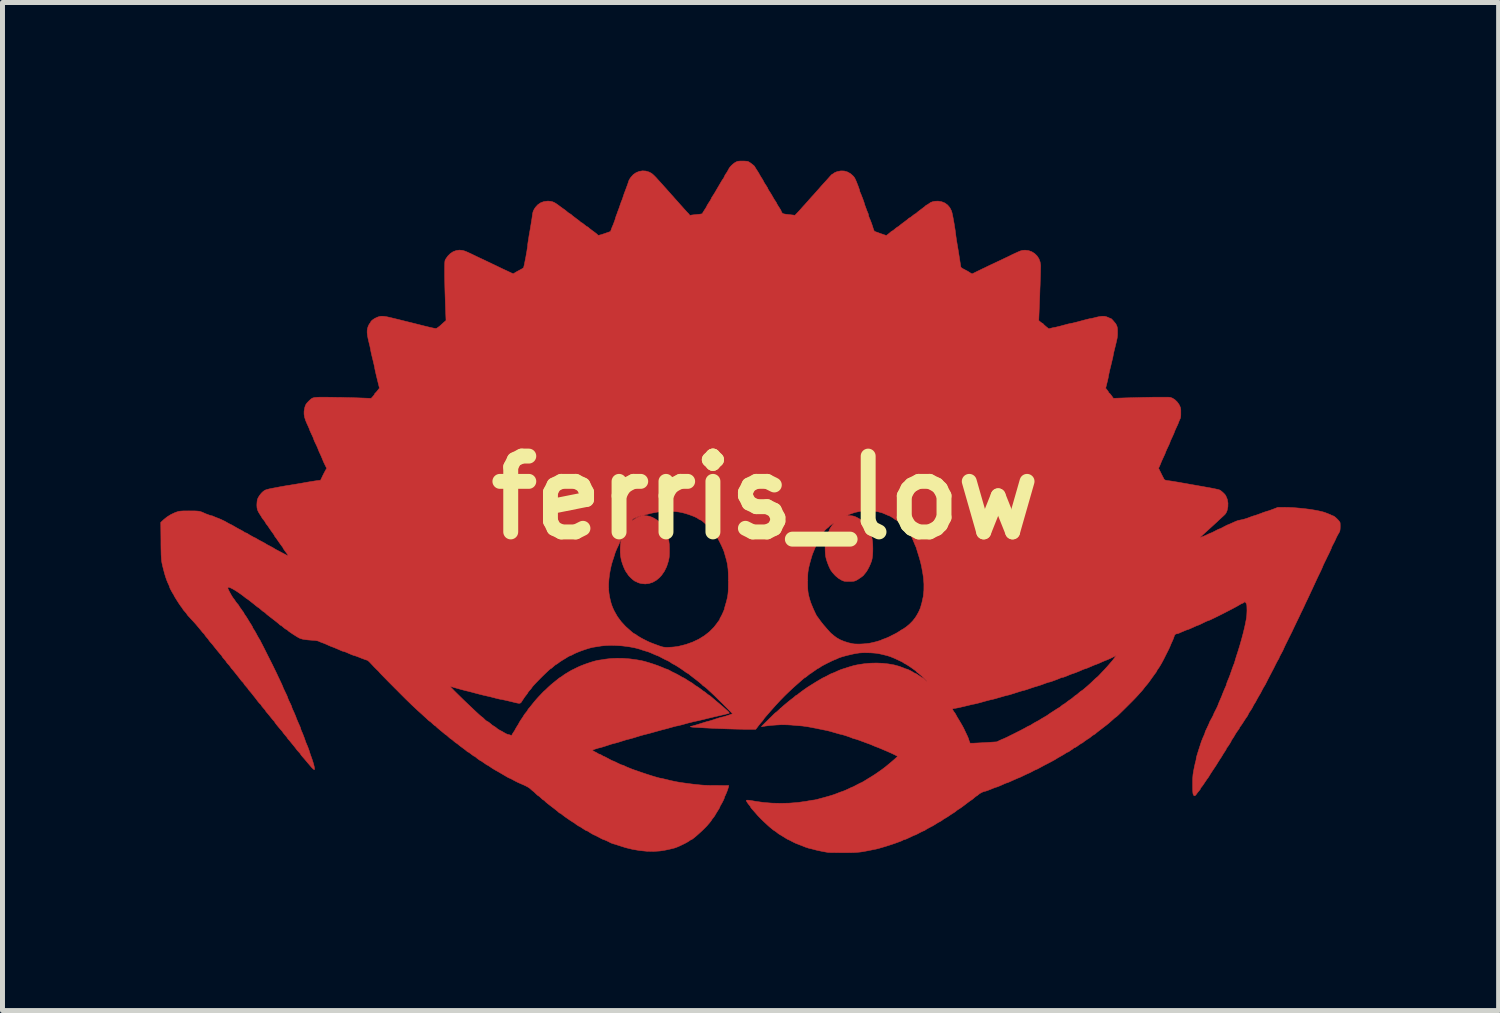
<source format=kicad_pcb>
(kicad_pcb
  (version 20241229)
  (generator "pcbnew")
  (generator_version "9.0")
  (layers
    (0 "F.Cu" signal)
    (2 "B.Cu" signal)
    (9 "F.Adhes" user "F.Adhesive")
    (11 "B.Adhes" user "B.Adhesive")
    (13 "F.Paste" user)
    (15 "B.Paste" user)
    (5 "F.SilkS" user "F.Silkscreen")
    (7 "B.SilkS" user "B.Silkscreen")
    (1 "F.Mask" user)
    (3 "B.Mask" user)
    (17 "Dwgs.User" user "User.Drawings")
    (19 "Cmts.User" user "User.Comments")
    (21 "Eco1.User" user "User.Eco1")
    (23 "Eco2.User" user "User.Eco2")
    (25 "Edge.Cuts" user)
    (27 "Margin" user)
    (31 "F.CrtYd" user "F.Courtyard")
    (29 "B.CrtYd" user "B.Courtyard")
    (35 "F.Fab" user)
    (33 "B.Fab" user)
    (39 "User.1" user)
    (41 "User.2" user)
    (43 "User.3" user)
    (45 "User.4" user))
  (footprint "ferris_low"
    (layer "F.Cu")
    (at 12.332 6.952)
    (property "Reference" "ferris_low" (at 0 0 0) (layer "F.SilkS") (effects (font (size 1.524 1.524) (thickness 0.3))))
    (attr through_hole)
    (fp_poly (pts (xy -0.409 -6.764) (xy -0.375 -6.761) (xy -0.35 -6.757) (xy -0.336 -6.751) (xy -0.315 -6.738) (xy -0.289 -6.721) (xy -0.263 -6.7) (xy -0.238 -6.681) (xy -0.22 -6.664) (xy -0.212 -6.654) (xy -0.212 -6.653) (xy -0.207 -6.643) (xy -0.195 -6.623) (xy -0.178 -6.596) (xy -0.169 -6.582) (xy -0.149 -6.552) (xy -0.133 -6.526) (xy -0.123 -6.509) (xy -0.121 -6.504) (xy -0.114 -6.491) (xy -0.1 -6.467) (xy -0.083 -6.439) (xy -0.08 -6.434) (xy -0.061 -6.405) (xy -0.045 -6.378) (xy -0.036 -6.359) (xy -0.035 -6.358) (xy -0.027 -6.341) (xy -0.011 -6.315) (xy 0.008 -6.286) (xy 0.012 -6.28) (xy 0.03 -6.252) (xy 0.044 -6.229) (xy 0.05 -6.215) (xy 0.051 -6.213) (xy 0.055 -6.202) (xy 0.067 -6.181) (xy 0.083 -6.156) (xy 0.104 -6.124) (xy 0.128 -6.085) (xy 0.148 -6.049) (xy 0.167 -6.016) (xy 0.187 -5.983) (xy 0.204 -5.958) (xy 0.205 -5.957) (xy 0.219 -5.936) (xy 0.227 -5.92) (xy 0.229 -5.916) (xy 0.233 -5.906) (xy 0.245 -5.885) (xy 0.262 -5.857) (xy 0.275 -5.837) (xy 0.295 -5.806) (xy 0.311 -5.779) (xy 0.32 -5.761) (xy 0.322 -5.755) (xy 0.327 -5.741) (xy 0.338 -5.724) (xy 0.346 -5.715) (xy 0.356 -5.709) (xy 0.371 -5.704) (xy 0.395 -5.699) (xy 0.43 -5.694) (xy 0.476 -5.689) (xy 0.597 -5.675) (xy 0.638 -5.718) (xy 0.667 -5.749) (xy 0.699 -5.784) (xy 0.719 -5.806) (xy 0.745 -5.836) (xy 0.773 -5.867) (xy 0.792 -5.887) (xy 0.813 -5.911) (xy 0.841 -5.942) (xy 0.87 -5.974) (xy 0.876 -5.982) (xy 0.907 -6.017) (xy 0.94 -6.054) (xy 0.971 -6.087) (xy 0.974 -6.091) (xy 1 -6.12) (xy 1.032 -6.156) (xy 1.066 -6.194) (xy 1.088 -6.219) (xy 1.117 -6.253) (xy 1.146 -6.285) (xy 1.171 -6.313) (xy 1.185 -6.328) (xy 1.229 -6.376) (xy 1.264 -6.415) (xy 1.292 -6.447) (xy 1.309 -6.466) (xy 1.328 -6.486) (xy 1.343 -6.499) (xy 1.35 -6.502) (xy 1.363 -6.508) (xy 1.375 -6.518) (xy 1.39 -6.529) (xy 1.416 -6.541) (xy 1.447 -6.553) (xy 1.449 -6.553) (xy 1.518 -6.567) (xy 1.586 -6.565) (xy 1.652 -6.546) (xy 1.713 -6.512) (xy 1.755 -6.475) (xy 1.774 -6.456) (xy 1.789 -6.437) (xy 1.802 -6.415) (xy 1.816 -6.386) (xy 1.833 -6.348) (xy 1.848 -6.309) (xy 1.865 -6.266) (xy 1.879 -6.227) (xy 1.89 -6.196) (xy 1.896 -6.176) (xy 1.897 -6.171) (xy 1.901 -6.15) (xy 1.905 -6.14) (xy 1.912 -6.124) (xy 1.924 -6.097) (xy 1.937 -6.063) (xy 1.952 -6.026) (xy 1.966 -5.989) (xy 1.977 -5.957) (xy 1.986 -5.932) (xy 1.99 -5.919) (xy 1.99 -5.918) (xy 1.993 -5.906) (xy 2 -5.882) (xy 2.012 -5.851) (xy 2.025 -5.815) (xy 2.038 -5.779) (xy 2.051 -5.747) (xy 2.061 -5.723) (xy 2.066 -5.713) (xy 2.073 -5.692) (xy 2.074 -5.68) (xy 2.078 -5.66) (xy 2.086 -5.636) (xy 2.086 -5.636) (xy 2.105 -5.592) (xy 2.126 -5.539) (xy 2.146 -5.484) (xy 2.162 -5.434) (xy 2.166 -5.421) (xy 2.176 -5.391) (xy 2.186 -5.367) (xy 2.194 -5.354) (xy 2.195 -5.353) (xy 2.206 -5.348) (xy 2.231 -5.339) (xy 2.265 -5.327) (xy 2.305 -5.312) (xy 2.319 -5.307) (xy 2.433 -5.268) (xy 2.468 -5.294) (xy 2.492 -5.314) (xy 2.515 -5.333) (xy 2.522 -5.34) (xy 2.539 -5.353) (xy 2.551 -5.359) (xy 2.552 -5.36) (xy 2.563 -5.365) (xy 2.581 -5.379) (xy 2.599 -5.394) (xy 2.625 -5.416) (xy 2.65 -5.434) (xy 2.663 -5.442) (xy 2.683 -5.454) (xy 2.696 -5.465) (xy 2.697 -5.466) (xy 2.707 -5.474) (xy 2.727 -5.491) (xy 2.755 -5.512) (xy 2.786 -5.535) (xy 2.818 -5.559) (xy 2.847 -5.581) (xy 2.868 -5.599) (xy 2.878 -5.608) (xy 2.891 -5.619) (xy 2.899 -5.622) (xy 2.91 -5.627) (xy 2.93 -5.641) (xy 2.954 -5.66) (xy 2.959 -5.664) (xy 2.984 -5.684) (xy 3.005 -5.699) (xy 3.018 -5.706) (xy 3.02 -5.707) (xy 3.033 -5.713) (xy 3.037 -5.718) (xy 3.046 -5.727) (xy 3.066 -5.744) (xy 3.094 -5.766) (xy 3.127 -5.79) (xy 3.128 -5.791) (xy 3.161 -5.816) (xy 3.188 -5.837) (xy 3.208 -5.852) (xy 3.216 -5.86) (xy 3.216 -5.861) (xy 3.225 -5.869) (xy 3.243 -5.88) (xy 3.251 -5.884) (xy 3.275 -5.898) (xy 3.294 -5.912) (xy 3.297 -5.914) (xy 3.325 -5.933) (xy 3.366 -5.948) (xy 3.414 -5.957) (xy 3.465 -5.959) (xy 3.476 -5.959) (xy 3.547 -5.947) (xy 3.611 -5.921) (xy 3.665 -5.881) (xy 3.709 -5.829) (xy 3.741 -5.767) (xy 3.753 -5.728) (xy 3.762 -5.687) (xy 3.773 -5.634) (xy 3.784 -5.573) (xy 3.796 -5.507) (xy 3.806 -5.442) (xy 3.816 -5.381) (xy 3.823 -5.328) (xy 3.827 -5.295) (xy 3.832 -5.255) (xy 3.839 -5.206) (xy 3.847 -5.153) (xy 3.856 -5.101) (xy 3.856 -5.1) (xy 3.866 -5.042) (xy 3.877 -4.976) (xy 3.889 -4.9) (xy 3.903 -4.812) (xy 3.919 -4.71) (xy 3.927 -4.658) (xy 3.93 -4.64) (xy 3.936 -4.628) (xy 3.946 -4.617) (xy 3.965 -4.605) (xy 3.995 -4.589) (xy 4.005 -4.584) (xy 4.037 -4.567) (xy 4.064 -4.553) (xy 4.081 -4.543) (xy 4.085 -4.54) (xy 4.097 -4.532) (xy 4.118 -4.519) (xy 4.125 -4.515) (xy 4.157 -4.497) (xy 4.222 -4.529) (xy 4.258 -4.547) (xy 4.302 -4.568) (xy 4.349 -4.591) (xy 4.386 -4.609) (xy 4.419 -4.624) (xy 4.451 -4.64) (xy 4.484 -4.656) (xy 4.52 -4.673) (xy 4.563 -4.693) (xy 4.614 -4.717) (xy 4.675 -4.746) (xy 4.75 -4.781) (xy 4.754 -4.783) (xy 4.803 -4.807) (xy 4.859 -4.833) (xy 4.913 -4.859) (xy 4.94 -4.873) (xy 5.003 -4.903) (xy 5.054 -4.926) (xy 5.093 -4.944) (xy 5.125 -4.957) (xy 5.152 -4.965) (xy 5.174 -4.97) (xy 5.196 -4.972) (xy 5.22 -4.973) (xy 5.224 -4.973) (xy 5.293 -4.965) (xy 5.357 -4.942) (xy 5.414 -4.906) (xy 5.462 -4.859) (xy 5.5 -4.802) (xy 5.524 -4.737) (xy 5.534 -4.674) (xy 5.535 -4.655) (xy 5.534 -4.622) (xy 5.533 -4.575) (xy 5.532 -4.516) (xy 5.53 -4.446) (xy 5.527 -4.368) (xy 5.525 -4.283) (xy 5.521 -4.192) (xy 5.518 -4.097) (xy 5.518 -4.089) (xy 5.497 -3.56) (xy 5.528 -3.533) (xy 5.548 -3.517) (xy 5.564 -3.507) (xy 5.569 -3.506) (xy 5.582 -3.498) (xy 5.585 -3.494) (xy 5.593 -3.483) (xy 5.611 -3.466) (xy 5.636 -3.444) (xy 5.644 -3.437) (xy 5.699 -3.393) (xy 5.749 -3.407) (xy 5.779 -3.414) (xy 5.803 -3.419) (xy 5.815 -3.421) (xy 5.828 -3.423) (xy 5.854 -3.429) (xy 5.891 -3.438) (xy 5.936 -3.449) (xy 5.986 -3.463) (xy 5.986 -3.463) (xy 6.036 -3.476) (xy 6.081 -3.488) (xy 6.119 -3.497) (xy 6.147 -3.503) (xy 6.161 -3.505) (xy 6.175 -3.507) (xy 6.202 -3.514) (xy 6.24 -3.523) (xy 6.287 -3.535) (xy 6.338 -3.549) (xy 6.349 -3.552) (xy 6.4 -3.566) (xy 6.447 -3.578) (xy 6.487 -3.588) (xy 6.516 -3.595) (xy 6.532 -3.598) (xy 6.534 -3.598) (xy 6.549 -3.6) (xy 6.576 -3.606) (xy 6.612 -3.614) (xy 6.652 -3.625) (xy 6.717 -3.639) (xy 6.77 -3.646) (xy 6.817 -3.645) (xy 6.859 -3.635) (xy 6.897 -3.619) (xy 6.922 -3.608) (xy 6.942 -3.6) (xy 6.949 -3.598) (xy 6.959 -3.592) (xy 6.975 -3.576) (xy 6.995 -3.554) (xy 7.014 -3.531) (xy 7.029 -3.513) (xy 7.037 -3.505) (xy 7.044 -3.495) (xy 7.055 -3.475) (xy 7.062 -3.458) (xy 7.071 -3.437) (xy 7.076 -3.415) (xy 7.079 -3.388) (xy 7.08 -3.351) (xy 7.08 -3.319) (xy 7.08 -3.284) (xy 7.078 -3.253) (xy 7.075 -3.223) (xy 7.07 -3.191) (xy 7.061 -3.152) (xy 7.05 -3.104) (xy 7.037 -3.05) (xy 7.024 -2.998) (xy 7.012 -2.95) (xy 7.003 -2.91) (xy 6.997 -2.88) (xy 6.994 -2.863) (xy 6.993 -2.861) (xy 6.991 -2.848) (xy 6.986 -2.821) (xy 6.977 -2.783) (xy 6.966 -2.736) (xy 6.953 -2.683) (xy 6.947 -2.657) (xy 6.933 -2.602) (xy 6.921 -2.552) (xy 6.912 -2.51) (xy 6.905 -2.477) (xy 6.901 -2.457) (xy 6.9 -2.452) (xy 6.898 -2.438) (xy 6.893 -2.41) (xy 6.885 -2.374) (xy 6.875 -2.331) (xy 6.871 -2.317) (xy 6.842 -2.199) (xy 6.871 -2.163) (xy 6.887 -2.142) (xy 6.898 -2.124) (xy 6.9 -2.118) (xy 6.907 -2.106) (xy 6.912 -2.103) (xy 6.922 -2.095) (xy 6.939 -2.076) (xy 6.958 -2.051) (xy 6.961 -2.047) (xy 6.998 -1.996) (xy 7.137 -2.001) (xy 7.254 -2.005) (xy 7.369 -2.008) (xy 7.481 -2.011) (xy 7.589 -2.014) (xy 7.691 -2.016) (xy 7.786 -2.018) (xy 7.873 -2.019) (xy 7.95 -2.019) (xy 8.016 -2.019) (xy 8.069 -2.019) (xy 8.109 -2.018) (xy 8.134 -2.016) (xy 8.139 -2.016) (xy 8.187 -1.998) (xy 8.234 -1.967) (xy 8.278 -1.925) (xy 8.314 -1.876) (xy 8.324 -1.857) (xy 8.336 -1.831) (xy 8.345 -1.809) (xy 8.349 -1.787) (xy 8.352 -1.761) (xy 8.352 -1.724) (xy 8.352 -1.706) (xy 8.352 -1.663) (xy 8.35 -1.632) (xy 8.346 -1.609) (xy 8.34 -1.587) (xy 8.329 -1.564) (xy 8.317 -1.537) (xy 8.309 -1.517) (xy 8.306 -1.507) (xy 8.302 -1.497) (xy 8.293 -1.474) (xy 8.279 -1.444) (xy 8.263 -1.411) (xy 8.247 -1.375) (xy 8.233 -1.344) (xy 8.224 -1.322) (xy 8.221 -1.313) (xy 8.218 -1.302) (xy 8.208 -1.279) (xy 8.194 -1.248) (xy 8.179 -1.215) (xy 8.162 -1.179) (xy 8.148 -1.149) (xy 8.139 -1.127) (xy 8.136 -1.118) (xy 8.133 -1.107) (xy 8.124 -1.085) (xy 8.11 -1.053) (xy 8.092 -1.016) (xy 8.09 -1.011) (xy 8.072 -0.974) (xy 8.058 -0.942) (xy 8.048 -0.918) (xy 8.043 -0.906) (xy 8.043 -0.906) (xy 8.04 -0.895) (xy 8.031 -0.873) (xy 8.017 -0.843) (xy 8.004 -0.815) (xy 7.987 -0.778) (xy 7.971 -0.743) (xy 7.959 -0.715) (xy 7.954 -0.703) (xy 7.944 -0.677) (xy 7.931 -0.646) (xy 7.924 -0.631) (xy 7.905 -0.59) (xy 7.933 -0.534) (xy 7.951 -0.498) (xy 7.972 -0.455) (xy 7.992 -0.416) (xy 7.993 -0.415) (xy 8.005 -0.391) (xy 8.014 -0.374) (xy 8.023 -0.362) (xy 8.036 -0.354) (xy 8.054 -0.348) (xy 8.081 -0.343) (xy 8.12 -0.338) (xy 8.162 -0.332) (xy 8.186 -0.328) (xy 8.224 -0.322) (xy 8.272 -0.314) (xy 8.327 -0.305) (xy 8.386 -0.294) (xy 8.412 -0.29) (xy 8.475 -0.279) (xy 8.55 -0.265) (xy 8.632 -0.251) (xy 8.716 -0.236) (xy 8.797 -0.222) (xy 8.856 -0.211) (xy 8.926 -0.199) (xy 8.989 -0.187) (xy 9.043 -0.176) (xy 9.087 -0.166) (xy 9.119 -0.158) (xy 9.135 -0.152) (xy 9.136 -0.152) (xy 9.164 -0.133) (xy 9.196 -0.106) (xy 9.227 -0.076) (xy 9.25 -0.048) (xy 9.256 -0.038) (xy 9.286 0.033) (xy 9.3 0.109) (xy 9.298 0.186) (xy 9.282 0.261) (xy 9.281 0.264) (xy 9.27 0.291) (xy 9.258 0.313) (xy 9.243 0.334) (xy 9.219 0.358) (xy 9.193 0.382) (xy 9.161 0.411) (xy 9.132 0.438) (xy 9.108 0.46) (xy 9.098 0.47) (xy 9.078 0.489) (xy 9.047 0.517) (xy 9.009 0.552) (xy 8.964 0.593) (xy 8.916 0.637) (xy 8.866 0.682) (xy 8.82 0.724) (xy 8.79 0.752) (xy 8.764 0.775) (xy 8.746 0.792) (xy 8.738 0.801) (xy 8.738 0.801) (xy 8.745 0.801) (xy 8.764 0.794) (xy 8.791 0.784) (xy 8.823 0.771) (xy 8.856 0.757) (xy 8.887 0.742) (xy 8.888 0.742) (xy 8.918 0.727) (xy 8.942 0.717) (xy 8.956 0.711) (xy 8.958 0.711) (xy 8.968 0.707) (xy 8.99 0.697) (xy 9.02 0.682) (xy 9.045 0.669) (xy 9.079 0.651) (xy 9.107 0.637) (xy 9.128 0.629) (xy 9.135 0.627) (xy 9.147 0.623) (xy 9.169 0.612) (xy 9.198 0.597) (xy 9.212 0.589) (xy 9.245 0.572) (xy 9.273 0.557) (xy 9.294 0.548) (xy 9.298 0.546) (xy 9.313 0.541) (xy 9.34 0.529) (xy 9.374 0.514) (xy 9.407 0.499) (xy 9.461 0.475) (xy 9.506 0.459) (xy 9.546 0.451) (xy 9.555 0.449) (xy 9.591 0.442) (xy 9.636 0.43) (xy 9.687 0.414) (xy 9.716 0.403) (xy 9.755 0.388) (xy 9.788 0.376) (xy 9.813 0.368) (xy 9.826 0.364) (xy 9.827 0.364) (xy 9.838 0.361) (xy 9.862 0.353) (xy 9.895 0.342) (xy 9.936 0.327) (xy 9.961 0.318) (xy 10.004 0.301) (xy 10.042 0.288) (xy 10.073 0.278) (xy 10.092 0.272) (xy 10.097 0.271) (xy 10.109 0.268) (xy 10.133 0.26) (xy 10.166 0.248) (xy 10.205 0.233) (xy 10.206 0.233) (xy 10.304 0.195) (xy 10.425 0.195) (xy 10.521 0.197) (xy 10.623 0.202) (xy 10.73 0.211) (xy 10.838 0.222) (xy 10.943 0.235) (xy 11.041 0.251) (xy 11.129 0.268) (xy 11.201 0.285) (xy 11.229 0.293) (xy 11.264 0.305) (xy 11.3 0.319) (xy 11.335 0.333) (xy 11.364 0.345) (xy 11.381 0.354) (xy 11.383 0.355) (xy 11.398 0.362) (xy 11.415 0.367) (xy 11.433 0.376) (xy 11.458 0.395) (xy 11.486 0.42) (xy 11.513 0.448) (xy 11.536 0.474) (xy 11.55 0.495) (xy 11.553 0.502) (xy 11.555 0.521) (xy 11.556 0.551) (xy 11.556 0.587) (xy 11.556 0.599) (xy 11.554 0.636) (xy 11.55 0.663) (xy 11.543 0.685) (xy 11.531 0.708) (xy 11.521 0.724) (xy 11.5 0.761) (xy 11.479 0.802) (xy 11.467 0.83) (xy 11.45 0.867) (xy 11.429 0.909) (xy 11.411 0.943) (xy 11.396 0.972) (xy 11.385 0.995) (xy 11.38 1.009) (xy 11.379 1.011) (xy 11.379 1.016) (xy 11.375 1.024) (xy 11.369 1.039) (xy 11.359 1.06) (xy 11.345 1.091) (xy 11.326 1.131) (xy 11.3 1.182) (xy 11.269 1.247) (xy 11.249 1.287) (xy 11.231 1.324) (xy 11.216 1.356) (xy 11.206 1.38) (xy 11.201 1.391) (xy 11.201 1.392) (xy 11.198 1.402) (xy 11.188 1.424) (xy 11.174 1.455) (xy 11.158 1.489) (xy 11.134 1.538) (xy 11.11 1.587) (xy 11.085 1.64) (xy 11.058 1.699) (xy 11.026 1.768) (xy 10.99 1.846) (xy 10.967 1.894) (xy 10.943 1.946) (xy 10.921 1.993) (xy 10.903 2.032) (xy 10.901 2.036) (xy 10.882 2.075) (xy 10.859 2.123) (xy 10.836 2.174) (xy 10.817 2.214) (xy 10.793 2.265) (xy 10.765 2.321) (xy 10.739 2.377) (xy 10.722 2.413) (xy 10.698 2.462) (xy 10.672 2.516) (xy 10.647 2.568) (xy 10.632 2.599) (xy 10.607 2.652) (xy 10.587 2.695) (xy 10.569 2.731) (xy 10.552 2.765) (xy 10.534 2.802) (xy 10.533 2.802) (xy 10.504 2.862) (xy 10.477 2.916) (xy 10.453 2.964) (xy 10.435 3.003) (xy 10.422 3.031) (xy 10.415 3.047) (xy 10.414 3.05) (xy 10.41 3.06) (xy 10.4 3.081) (xy 10.384 3.11) (xy 10.372 3.133) (xy 10.354 3.165) (xy 10.34 3.193) (xy 10.331 3.212) (xy 10.329 3.218) (xy 10.325 3.231) (xy 10.314 3.249) (xy 10.314 3.25) (xy 10.301 3.271) (xy 10.282 3.305) (xy 10.257 3.354) (xy 10.226 3.417) (xy 10.222 3.425) (xy 10.214 3.441) (xy 10.199 3.469) (xy 10.18 3.505) (xy 10.159 3.546) (xy 10.149 3.564) (xy 10.126 3.609) (xy 10.103 3.653) (xy 10.083 3.693) (xy 10.068 3.723) (xy 10.064 3.73) (xy 10.05 3.758) (xy 10.037 3.781) (xy 10.029 3.793) (xy 10.02 3.806) (xy 10.007 3.83) (xy 9.99 3.861) (xy 9.982 3.878) (xy 9.965 3.911) (xy 9.95 3.939) (xy 9.939 3.958) (xy 9.936 3.962) (xy 9.928 3.975) (xy 9.914 3.999) (xy 9.896 4.03) (xy 9.88 4.06) (xy 9.862 4.094) (xy 9.846 4.122) (xy 9.834 4.142) (xy 9.829 4.149) (xy 9.821 4.159) (xy 9.812 4.179) (xy 9.809 4.183) (xy 9.798 4.206) (xy 9.781 4.237) (xy 9.761 4.269) (xy 9.742 4.297) (xy 9.729 4.315) (xy 9.721 4.329) (xy 9.71 4.351) (xy 9.707 4.357) (xy 9.695 4.383) (xy 9.681 4.404) (xy 9.679 4.407) (xy 9.668 4.421) (xy 9.651 4.446) (xy 9.631 4.477) (xy 9.614 4.504) (xy 9.592 4.538) (xy 9.572 4.568) (xy 9.556 4.59) (xy 9.549 4.599) (xy 9.537 4.615) (xy 9.533 4.626) (xy 9.528 4.638) (xy 9.515 4.658) (xy 9.506 4.67) (xy 9.489 4.693) (xy 9.467 4.725) (xy 9.445 4.76) (xy 9.437 4.775) (xy 9.418 4.807) (xy 9.401 4.834) (xy 9.389 4.852) (xy 9.385 4.857) (xy 9.373 4.874) (xy 9.368 4.887) (xy 9.361 4.902) (xy 9.348 4.926) (xy 9.331 4.953) (xy 9.312 4.982) (xy 9.296 5.006) (xy 9.283 5.023) (xy 9.277 5.028) (xy 9.271 5.038) (xy 9.271 5.042) (xy 9.266 5.054) (xy 9.254 5.076) (xy 9.237 5.103) (xy 9.232 5.11) (xy 9.213 5.139) (xy 9.198 5.163) (xy 9.189 5.179) (xy 9.188 5.181) (xy 9.18 5.194) (xy 9.166 5.217) (xy 9.148 5.244) (xy 9.148 5.244) (xy 9.127 5.276) (xy 9.107 5.308) (xy 9.093 5.33) (xy 9.077 5.357) (xy 9.056 5.39) (xy 9.04 5.414) (xy 9.007 5.463) (xy 8.982 5.501) (xy 8.963 5.53) (xy 8.949 5.552) (xy 8.938 5.569) (xy 8.929 5.585) (xy 8.925 5.591) (xy 8.91 5.616) (xy 8.895 5.638) (xy 8.89 5.643) (xy 8.879 5.658) (xy 8.862 5.683) (xy 8.842 5.713) (xy 8.835 5.723) (xy 8.813 5.756) (xy 8.792 5.787) (xy 8.774 5.81) (xy 8.77 5.815) (xy 8.755 5.834) (xy 8.747 5.849) (xy 8.746 5.853) (xy 8.741 5.865) (xy 8.727 5.883) (xy 8.716 5.896) (xy 8.693 5.923) (xy 8.672 5.952) (xy 8.665 5.962) (xy 8.645 5.986) (xy 8.628 5.994) (xy 8.612 5.985) (xy 8.601 5.963) (xy 8.596 5.943) (xy 8.593 5.912) (xy 8.591 5.868) (xy 8.59 5.809) (xy 8.59 5.762) (xy 8.59 5.699) (xy 8.591 5.648) (xy 8.594 5.606) (xy 8.597 5.568) (xy 8.603 5.53) (xy 8.61 5.487) (xy 8.613 5.474) (xy 8.622 5.427) (xy 8.632 5.382) (xy 8.64 5.344) (xy 8.647 5.317) (xy 8.648 5.313) (xy 8.656 5.284) (xy 8.661 5.258) (xy 8.661 5.248) (xy 8.663 5.236) (xy 8.668 5.215) (xy 8.676 5.184) (xy 8.689 5.142) (xy 8.706 5.087) (xy 8.728 5.019) (xy 8.755 4.936) (xy 8.759 4.923) (xy 8.766 4.903) (xy 8.773 4.884) (xy 8.781 4.865) (xy 8.791 4.839) (xy 8.806 4.805) (xy 8.817 4.781) (xy 8.829 4.753) (xy 8.837 4.731) (xy 8.839 4.72) (xy 8.843 4.708) (xy 8.852 4.685) (xy 8.867 4.654) (xy 8.882 4.624) (xy 8.898 4.589) (xy 8.912 4.559) (xy 8.921 4.538) (xy 8.924 4.529) (xy 8.928 4.519) (xy 8.938 4.497) (xy 8.954 4.468) (xy 8.966 4.446) (xy 8.984 4.414) (xy 8.998 4.386) (xy 9.007 4.368) (xy 9.009 4.363) (xy 9.012 4.352) (xy 9.022 4.33) (xy 9.037 4.3) (xy 9.05 4.275) (xy 9.07 4.236) (xy 9.088 4.198) (xy 9.101 4.167) (xy 9.106 4.153) (xy 9.117 4.123) (xy 9.133 4.087) (xy 9.148 4.051) (xy 9.162 4.02) (xy 9.174 3.991) (xy 9.182 3.972) (xy 9.182 3.971) (xy 9.189 3.951) (xy 9.202 3.919) (xy 9.219 3.878) (xy 9.239 3.831) (xy 9.255 3.796) (xy 9.265 3.772) (xy 9.27 3.753) (xy 9.271 3.749) (xy 9.274 3.736) (xy 9.283 3.712) (xy 9.295 3.682) (xy 9.301 3.666) (xy 9.318 3.626) (xy 9.334 3.585) (xy 9.347 3.55) (xy 9.349 3.543) (xy 9.371 3.48) (xy 9.39 3.425) (xy 9.406 3.382) (xy 9.418 3.352) (xy 9.42 3.348) (xy 9.429 3.325) (xy 9.438 3.293) (xy 9.444 3.274) (xy 9.451 3.249) (xy 9.462 3.212) (xy 9.476 3.167) (xy 9.492 3.119) (xy 9.499 3.097) (xy 9.536 2.978) (xy 9.572 2.853) (xy 9.605 2.729) (xy 9.634 2.61) (xy 9.653 2.519) (xy 9.665 2.458) (xy 9.673 2.409) (xy 9.678 2.366) (xy 9.68 2.324) (xy 9.682 2.277) (xy 9.682 2.261) (xy 9.681 2.214) (xy 9.68 2.181) (xy 9.678 2.158) (xy 9.675 2.142) (xy 9.669 2.129) (xy 9.662 2.119) (xy 9.642 2.091) (xy 9.621 2.108) (xy 9.603 2.12) (xy 9.589 2.125) (xy 9.589 2.125) (xy 9.577 2.129) (xy 9.556 2.14) (xy 9.54 2.15) (xy 9.514 2.165) (xy 9.478 2.186) (xy 9.433 2.21) (xy 9.381 2.238) (xy 9.323 2.268) (xy 9.263 2.299) (xy 9.201 2.331) (xy 9.141 2.361) (xy 9.083 2.39) (xy 9.03 2.416) (xy 8.984 2.438) (xy 8.947 2.456) (xy 8.92 2.467) (xy 8.906 2.472) (xy 8.906 2.472) (xy 8.893 2.476) (xy 8.868 2.486) (xy 8.836 2.501) (xy 8.799 2.519) (xy 8.763 2.537) (xy 8.732 2.552) (xy 8.709 2.562) (xy 8.698 2.565) (xy 8.698 2.565) (xy 8.687 2.569) (xy 8.664 2.578) (xy 8.633 2.592) (xy 8.598 2.608) (xy 8.562 2.624) (xy 8.531 2.638) (xy 8.509 2.647) (xy 8.499 2.65) (xy 8.488 2.653) (xy 8.465 2.661) (xy 8.435 2.673) (xy 8.402 2.687) (xy 8.368 2.701) (xy 8.339 2.714) (xy 8.318 2.724) (xy 8.312 2.726) (xy 8.292 2.733) (xy 8.278 2.735) (xy 8.249 2.742) (xy 8.228 2.763) (xy 8.219 2.788) (xy 8.213 2.807) (xy 8.202 2.837) (xy 8.187 2.873) (xy 8.175 2.899) (xy 8.159 2.933) (xy 8.147 2.962) (xy 8.139 2.982) (xy 8.136 2.989) (xy 8.133 2.998) (xy 8.123 3.019) (xy 8.108 3.051) (xy 8.089 3.089) (xy 8.067 3.132) (xy 8.045 3.176) (xy 8.023 3.22) (xy 8.002 3.261) (xy 7.984 3.295) (xy 7.97 3.321) (xy 7.967 3.327) (xy 7.944 3.366) (xy 7.923 3.401) (xy 7.905 3.428) (xy 7.893 3.445) (xy 7.892 3.446) (xy 7.88 3.462) (xy 7.869 3.484) (xy 7.869 3.485) (xy 7.857 3.507) (xy 7.846 3.524) (xy 7.845 3.524) (xy 7.835 3.536) (xy 7.819 3.558) (xy 7.798 3.588) (xy 7.78 3.612) (xy 7.75 3.655) (xy 7.726 3.688) (xy 7.708 3.714) (xy 7.691 3.735) (xy 7.675 3.755) (xy 7.658 3.775) (xy 7.635 3.801) (xy 7.615 3.827) (xy 7.605 3.841) (xy 7.587 3.864) (xy 7.565 3.89) (xy 7.559 3.897) (xy 7.54 3.917) (xy 7.515 3.945) (xy 7.488 3.976) (xy 7.48 3.984) (xy 7.456 4.01) (xy 7.42 4.048) (xy 7.374 4.095) (xy 7.318 4.151) (xy 7.254 4.215) (xy 7.181 4.287) (xy 7.101 4.365) (xy 7.098 4.368) (xy 7.075 4.389) (xy 7.058 4.404) (xy 7.048 4.411) (xy 7.048 4.411) (xy 7.039 4.416) (xy 7.021 4.43) (xy 6.998 4.451) (xy 6.992 4.456) (xy 6.961 4.484) (xy 6.934 4.508) (xy 6.91 4.529) (xy 6.886 4.549) (xy 6.86 4.57) (xy 6.828 4.594) (xy 6.789 4.624) (xy 6.74 4.662) (xy 6.725 4.673) (xy 6.693 4.698) (xy 6.666 4.719) (xy 6.647 4.735) (xy 6.639 4.743) (xy 6.639 4.743) (xy 6.63 4.751) (xy 6.612 4.761) (xy 6.61 4.762) (xy 6.587 4.776) (xy 6.561 4.795) (xy 6.551 4.803) (xy 6.527 4.823) (xy 6.504 4.839) (xy 6.496 4.844) (xy 6.474 4.857) (xy 6.445 4.877) (xy 6.412 4.9) (xy 6.383 4.923) (xy 6.382 4.924) (xy 6.367 4.934) (xy 6.36 4.936) (xy 6.35 4.941) (xy 6.33 4.954) (xy 6.304 4.972) (xy 6.29 4.982) (xy 6.261 5.003) (xy 6.235 5.019) (xy 6.217 5.028) (xy 6.212 5.029) (xy 6.2 5.032) (xy 6.198 5.036) (xy 6.191 5.043) (xy 6.174 5.056) (xy 6.157 5.067) (xy 6.133 5.083) (xy 6.113 5.097) (xy 6.106 5.103) (xy 6.091 5.112) (xy 6.084 5.114) (xy 6.071 5.118) (xy 6.05 5.13) (xy 6.031 5.142) (xy 6.004 5.16) (xy 5.968 5.181) (xy 5.931 5.202) (xy 5.922 5.207) (xy 5.892 5.224) (xy 5.868 5.238) (xy 5.853 5.247) (xy 5.85 5.249) (xy 5.842 5.255) (xy 5.82 5.268) (xy 5.789 5.285) (xy 5.751 5.306) (xy 5.708 5.328) (xy 5.663 5.352) (xy 5.647 5.36) (xy 5.621 5.373) (xy 5.602 5.383) (xy 5.584 5.393) (xy 5.562 5.405) (xy 5.533 5.421) (xy 5.514 5.431) (xy 5.483 5.448) (xy 5.457 5.461) (xy 5.441 5.468) (xy 5.437 5.469) (xy 5.426 5.473) (xy 5.405 5.483) (xy 5.378 5.498) (xy 5.371 5.501) (xy 5.339 5.519) (xy 5.308 5.534) (xy 5.285 5.544) (xy 5.283 5.545) (xy 5.262 5.554) (xy 5.232 5.568) (xy 5.196 5.585) (xy 5.182 5.592) (xy 5.148 5.609) (xy 5.117 5.623) (xy 5.095 5.632) (xy 5.088 5.634) (xy 5.073 5.64) (xy 5.046 5.652) (xy 5.011 5.667) (xy 4.971 5.685) (xy 4.968 5.686) (xy 4.93 5.704) (xy 4.898 5.718) (xy 4.873 5.728) (xy 4.861 5.732) (xy 4.86 5.732) (xy 4.848 5.735) (xy 4.826 5.744) (xy 4.815 5.748) (xy 4.756 5.775) (xy 4.71 5.795) (xy 4.678 5.808) (xy 4.659 5.815) (xy 4.653 5.817) (xy 4.642 5.82) (xy 4.618 5.828) (xy 4.585 5.84) (xy 4.547 5.856) (xy 4.539 5.859) (xy 4.499 5.875) (xy 4.465 5.888) (xy 4.439 5.897) (xy 4.425 5.901) (xy 4.424 5.901) (xy 4.401 5.906) (xy 4.37 5.917) (xy 4.337 5.933) (xy 4.307 5.951) (xy 4.288 5.966) (xy 4.269 5.982) (xy 4.255 5.993) (xy 4.25 5.994) (xy 4.241 6) (xy 4.224 6.013) (xy 4.203 6.03) (xy 4.177 6.053) (xy 4.151 6.073) (xy 4.135 6.083) (xy 4.113 6.098) (xy 4.086 6.118) (xy 4.067 6.132) (xy 4.019 6.169) (xy 3.975 6.202) (xy 3.936 6.231) (xy 3.904 6.252) (xy 3.884 6.265) (xy 3.883 6.265) (xy 3.86 6.28) (xy 3.837 6.298) (xy 3.837 6.299) (xy 3.814 6.317) (xy 3.787 6.335) (xy 3.784 6.337) (xy 3.761 6.351) (xy 3.732 6.37) (xy 3.7 6.391) (xy 3.699 6.392) (xy 3.667 6.414) (xy 3.634 6.434) (xy 3.608 6.449) (xy 3.608 6.449) (xy 3.583 6.464) (xy 3.563 6.478) (xy 3.558 6.483) (xy 3.541 6.495) (xy 3.517 6.509) (xy 3.51 6.513) (xy 3.484 6.526) (xy 3.453 6.544) (xy 3.425 6.562) (xy 3.396 6.58) (xy 3.37 6.596) (xy 3.353 6.605) (xy 3.332 6.615) (xy 3.319 6.622) (xy 3.305 6.63) (xy 3.281 6.642) (xy 3.265 6.651) (xy 3.239 6.666) (xy 3.219 6.679) (xy 3.211 6.685) (xy 3.195 6.695) (xy 3.187 6.697) (xy 3.174 6.701) (xy 3.151 6.712) (xy 3.12 6.727) (xy 3.097 6.739) (xy 3.064 6.757) (xy 3.036 6.771) (xy 3.017 6.78) (xy 3.01 6.782) (xy 2.999 6.785) (xy 2.976 6.795) (xy 2.944 6.81) (xy 2.908 6.828) (xy 2.906 6.828) (xy 2.869 6.846) (xy 2.836 6.861) (xy 2.811 6.871) (xy 2.797 6.875) (xy 2.797 6.875) (xy 2.779 6.878) (xy 2.772 6.882) (xy 2.757 6.891) (xy 2.729 6.904) (xy 2.688 6.919) (xy 2.639 6.937) (xy 2.583 6.957) (xy 2.523 6.977) (xy 2.461 6.997) (xy 2.4 7.016) (xy 2.342 7.033) (xy 2.29 7.048) (xy 2.245 7.06) (xy 2.218 7.066) (xy 2.174 7.075) (xy 2.123 7.085) (xy 2.075 7.095) (xy 2.07 7.096) (xy 2.011 7.107) (xy 1.957 7.117) (xy 1.906 7.124) (xy 1.854 7.129) (xy 1.799 7.133) (xy 1.736 7.135) (xy 1.664 7.136) (xy 1.579 7.136) (xy 1.551 7.136) (xy 1.485 7.136) (xy 1.424 7.135) (xy 1.369 7.134) (xy 1.324 7.134) (xy 1.29 7.133) (xy 1.269 7.132) (xy 1.266 7.132) (xy 1.228 7.126) (xy 1.18 7.117) (xy 1.127 7.107) (xy 1.075 7.096) (xy 1.029 7.086) (xy 0.995 7.077) (xy 0.995 7.077) (xy 0.958 7.067) (xy 0.922 7.058) (xy 0.896 7.052) (xy 0.871 7.046) (xy 0.836 7.035) (xy 0.796 7.021) (xy 0.769 7.01) (xy 0.728 6.993) (xy 0.688 6.978) (xy 0.655 6.965) (xy 0.639 6.959) (xy 0.611 6.948) (xy 0.575 6.931) (xy 0.539 6.912) (xy 0.534 6.91) (xy 0.505 6.894) (xy 0.481 6.882) (xy 0.466 6.875) (xy 0.464 6.875) (xy 0.454 6.871) (xy 0.433 6.859) (xy 0.405 6.842) (xy 0.387 6.83) (xy 0.354 6.81) (xy 0.324 6.791) (xy 0.301 6.778) (xy 0.294 6.774) (xy 0.273 6.761) (xy 0.247 6.742) (xy 0.239 6.735) (xy 0.215 6.716) (xy 0.193 6.701) (xy 0.186 6.697) (xy 0.164 6.683) (xy 0.133 6.658) (xy 0.094 6.626) (xy 0.051 6.588) (xy 0.005 6.545) (xy -0.041 6.502) (xy -0.086 6.458) (xy -0.126 6.417) (xy -0.16 6.381) (xy -0.165 6.375) (xy -0.195 6.34) (xy -0.224 6.307) (xy -0.25 6.278) (xy -0.265 6.261) (xy -0.282 6.24) (xy -0.294 6.224) (xy -0.296 6.217) (xy -0.302 6.206) (xy -0.315 6.189) (xy -0.317 6.186) (xy -0.339 6.16) (xy -0.359 6.132) (xy -0.374 6.108) (xy -0.381 6.09) (xy -0.381 6.089) (xy -0.378 6.083) (xy -0.367 6.081) (xy -0.347 6.081) (xy -0.317 6.084) (xy -0.273 6.091) (xy -0.216 6.101) (xy -0.199 6.104) (xy -0.038 6.127) (xy 0.133 6.141) (xy 0.309 6.145) (xy 0.486 6.141) (xy 0.658 6.127) (xy 0.822 6.104) (xy 0.866 6.096) (xy 0.905 6.089) (xy 0.939 6.083) (xy 0.965 6.08) (xy 0.974 6.079) (xy 0.99 6.077) (xy 1.019 6.071) (xy 1.056 6.062) (xy 1.098 6.05) (xy 1.106 6.048) (xy 1.155 6.035) (xy 1.206 6.021) (xy 1.252 6.008) (xy 1.287 5.998) (xy 1.331 5.985) (xy 1.381 5.969) (xy 1.426 5.952) (xy 1.431 5.95) (xy 1.469 5.935) (xy 1.508 5.92) (xy 1.54 5.909) (xy 1.547 5.907) (xy 1.574 5.897) (xy 1.611 5.882) (xy 1.65 5.864) (xy 1.67 5.855) (xy 1.703 5.839) (xy 1.731 5.826) (xy 1.75 5.818) (xy 1.755 5.817) (xy 1.765 5.813) (xy 1.786 5.802) (xy 1.815 5.787) (xy 1.839 5.774) (xy 1.872 5.757) (xy 1.899 5.743) (xy 1.918 5.734) (xy 1.924 5.732) (xy 1.934 5.728) (xy 1.956 5.716) (xy 1.984 5.7) (xy 2.005 5.687) (xy 2.042 5.664) (xy 2.077 5.642) (xy 2.106 5.625) (xy 2.117 5.618) (xy 2.164 5.589) (xy 2.218 5.554) (xy 2.274 5.515) (xy 2.33 5.476) (xy 2.38 5.439) (xy 2.422 5.407) (xy 2.432 5.398) (xy 2.454 5.38) (xy 2.483 5.356) (xy 2.514 5.33) (xy 2.52 5.326) (xy 2.552 5.298) (xy 2.587 5.268) (xy 2.616 5.242) (xy 2.618 5.24) (xy 2.661 5.201) (xy 2.624 5.181) (xy 2.595 5.166) (xy 2.559 5.149) (xy 2.536 5.138) (xy 2.448 5.099) (xy 2.374 5.068) (xy 2.316 5.043) (xy 2.272 5.025) (xy 2.248 5.016) (xy 2.216 5.004) (xy 2.179 4.989) (xy 2.155 4.978) (xy 2.122 4.964) (xy 2.089 4.951) (xy 2.07 4.944) (xy 2.049 4.937) (xy 2.016 4.925) (xy 1.977 4.91) (xy 1.941 4.897) (xy 1.899 4.881) (xy 1.859 4.867) (xy 1.826 4.856) (xy 1.806 4.851) (xy 1.775 4.843) (xy 1.747 4.833) (xy 1.74 4.83) (xy 1.716 4.82) (xy 1.684 4.808) (xy 1.646 4.795) (xy 1.607 4.782) (xy 1.571 4.771) (xy 1.543 4.763) (xy 1.525 4.759) (xy 1.522 4.758) (xy 1.508 4.756) (xy 1.482 4.749) (xy 1.447 4.739) (xy 1.406 4.727) (xy 1.394 4.724) (xy 1.344 4.709) (xy 1.291 4.694) (xy 1.241 4.682) (xy 1.202 4.674) (xy 1.166 4.667) (xy 1.118 4.657) (xy 1.063 4.646) (xy 1.007 4.634) (xy 0.974 4.628) (xy 0.917 4.617) (xy 0.858 4.606) (xy 0.802 4.598) (xy 0.754 4.591) (xy 0.732 4.589) (xy 0.686 4.585) (xy 0.631 4.581) (xy 0.572 4.576) (xy 0.521 4.571) (xy 0.449 4.567) (xy 0.37 4.565) (xy 0.294 4.566) (xy 0.279 4.567) (xy 0.226 4.57) (xy 0.168 4.574) (xy 0.11 4.579) (xy 0.056 4.585) (xy 0.007 4.591) (xy -0.031 4.597) (xy -0.056 4.602) (xy -0.057 4.602) (xy -0.072 4.605) (xy -0.076 4.603) (xy -0.07 4.595) (xy -0.055 4.578) (xy -0.031 4.554) (xy -0.001 4.524) (xy 0.015 4.508) (xy 0.052 4.472) (xy 0.09 4.434) (xy 0.125 4.4) (xy 0.152 4.373) (xy 0.157 4.368) (xy 0.18 4.345) (xy 0.199 4.328) (xy 0.211 4.319) (xy 0.213 4.318) (xy 0.221 4.313) (xy 0.238 4.298) (xy 0.258 4.28) (xy 0.294 4.247) (xy 0.295 4.246) (xy 3.761 4.246) (xy 3.763 4.254) (xy 3.772 4.272) (xy 3.785 4.294) (xy 3.8 4.315) (xy 3.812 4.33) (xy 3.82 4.343) (xy 3.832 4.364) (xy 3.838 4.375) (xy 3.849 4.396) (xy 3.867 4.427) (xy 3.89 4.464) (xy 3.914 4.505) (xy 3.918 4.511) (xy 3.943 4.554) (xy 3.967 4.596) (xy 3.988 4.635) (xy 4.002 4.664) (xy 4.003 4.666) (xy 4.019 4.701) (xy 4.039 4.743) (xy 4.058 4.783) (xy 4.059 4.785) (xy 4.073 4.816) (xy 4.083 4.841) (xy 4.089 4.857) (xy 4.089 4.859) (xy 4.092 4.872) (xy 4.1 4.894) (xy 4.103 4.902) (xy 4.117 4.936) (xy 4.164 4.936) (xy 4.186 4.936) (xy 4.222 4.934) (xy 4.268 4.932) (xy 4.323 4.929) (xy 4.383 4.926) (xy 4.432 4.923) (xy 4.652 4.909) (xy 4.712 4.88) (xy 4.741 4.867) (xy 4.764 4.856) (xy 4.777 4.852) (xy 4.778 4.851) (xy 4.788 4.848) (xy 4.811 4.837) (xy 4.845 4.822) (xy 4.886 4.802) (xy 4.933 4.778) (xy 4.984 4.753) (xy 5.036 4.727) (xy 5.087 4.701) (xy 5.135 4.677) (xy 5.176 4.655) (xy 5.21 4.637) (xy 5.234 4.624) (xy 5.239 4.621) (xy 5.266 4.605) (xy 5.289 4.594) (xy 5.302 4.588) (xy 5.302 4.588) (xy 5.314 4.584) (xy 5.336 4.572) (xy 5.362 4.555) (xy 5.364 4.554) (xy 5.396 4.534) (xy 5.429 4.515) (xy 5.453 4.503) (xy 5.484 4.486) (xy 5.517 4.467) (xy 5.524 4.462) (xy 5.551 4.445) (xy 5.584 4.426) (xy 5.609 4.411) (xy 5.639 4.394) (xy 5.665 4.378) (xy 5.681 4.367) (xy 5.7 4.353) (xy 5.729 4.333) (xy 5.765 4.31) (xy 5.804 4.285) (xy 5.841 4.261) (xy 5.873 4.24) (xy 5.896 4.227) (xy 5.918 4.214) (xy 5.932 4.204) (xy 5.935 4.201) (xy 5.944 4.192) (xy 5.962 4.179) (xy 5.981 4.164) (xy 5.998 4.153) (xy 6.006 4.149) (xy 6.015 4.144) (xy 6.033 4.131) (xy 6.057 4.113) (xy 6.063 4.108) (xy 6.09 4.087) (xy 6.115 4.07) (xy 6.133 4.058) (xy 6.134 4.058) (xy 6.15 4.046) (xy 6.174 4.028) (xy 6.196 4.009) (xy 6.218 3.99) (xy 6.236 3.976) (xy 6.245 3.971) (xy 6.255 3.965) (xy 6.273 3.951) (xy 6.296 3.931) (xy 6.299 3.928) (xy 6.322 3.908) (xy 6.341 3.893) (xy 6.352 3.886) (xy 6.353 3.886) (xy 6.362 3.881) (xy 6.382 3.866) (xy 6.41 3.843) (xy 6.443 3.815) (xy 6.479 3.784) (xy 6.516 3.751) (xy 6.552 3.718) (xy 6.583 3.688) (xy 6.594 3.677) (xy 6.621 3.651) (xy 6.643 3.631) (xy 6.658 3.618) (xy 6.662 3.615) (xy 6.671 3.609) (xy 6.687 3.594) (xy 6.71 3.571) (xy 6.726 3.554) (xy 6.757 3.521) (xy 6.788 3.488) (xy 6.816 3.459) (xy 6.824 3.45) (xy 6.843 3.429) (xy 6.869 3.401) (xy 6.898 3.368) (xy 6.927 3.334) (xy 6.954 3.303) (xy 6.975 3.278) (xy 6.987 3.264) (xy 6.996 3.252) (xy 7.01 3.233) (xy 7.013 3.23) (xy 7.029 3.208) (xy 7.044 3.19) (xy 7.044 3.189) (xy 7.052 3.178) (xy 7.049 3.177) (xy 7.034 3.184) (xy 7.032 3.185) (xy 7.001 3.2) (xy 6.967 3.217) (xy 6.931 3.234) (xy 6.898 3.249) (xy 6.872 3.26) (xy 6.855 3.267) (xy 6.851 3.268) (xy 6.84 3.271) (xy 6.818 3.281) (xy 6.787 3.294) (xy 6.751 3.31) (xy 6.714 3.327) (xy 6.683 3.34) (xy 6.66 3.349) (xy 6.649 3.353) (xy 6.638 3.356) (xy 6.615 3.365) (xy 6.583 3.378) (xy 6.546 3.395) (xy 6.545 3.395) (xy 6.507 3.411) (xy 6.475 3.425) (xy 6.451 3.434) (xy 6.438 3.437) (xy 6.438 3.437) (xy 6.425 3.441) (xy 6.402 3.449) (xy 6.373 3.461) (xy 6.322 3.484) (xy 6.268 3.506) (xy 6.218 3.525) (xy 6.178 3.539) (xy 6.176 3.539) (xy 6.147 3.549) (xy 6.121 3.559) (xy 6.117 3.561) (xy 6.063 3.584) (xy 6.019 3.601) (xy 5.987 3.612) (xy 5.969 3.615) (xy 5.947 3.619) (xy 5.937 3.624) (xy 5.92 3.632) (xy 5.893 3.643) (xy 5.858 3.657) (xy 5.82 3.671) (xy 5.782 3.685) (xy 5.749 3.697) (xy 5.723 3.705) (xy 5.709 3.708) (xy 5.708 3.708) (xy 5.694 3.711) (xy 5.669 3.719) (xy 5.637 3.73) (xy 5.626 3.734) (xy 5.565 3.757) (xy 5.516 3.774) (xy 5.478 3.786) (xy 5.453 3.793) (xy 5.434 3.798) (xy 5.403 3.808) (xy 5.364 3.821) (xy 5.321 3.835) (xy 5.311 3.839) (xy 5.27 3.853) (xy 5.233 3.865) (xy 5.205 3.873) (xy 5.189 3.877) (xy 5.187 3.878) (xy 5.175 3.88) (xy 5.15 3.887) (xy 5.114 3.898) (xy 5.072 3.911) (xy 5.032 3.924) (xy 4.985 3.939) (xy 4.943 3.952) (xy 4.909 3.963) (xy 4.885 3.969) (xy 4.876 3.971) (xy 4.864 3.973) (xy 4.838 3.98) (xy 4.802 3.989) (xy 4.759 4.002) (xy 4.723 4.012) (xy 4.675 4.026) (xy 4.631 4.039) (xy 4.593 4.049) (xy 4.566 4.056) (xy 4.555 4.058) (xy 4.538 4.061) (xy 4.507 4.069) (xy 4.467 4.079) (xy 4.419 4.092) (xy 4.373 4.105) (xy 4.324 4.119) (xy 4.279 4.131) (xy 4.242 4.14) (xy 4.216 4.146) (xy 4.203 4.149) (xy 4.19 4.151) (xy 4.163 4.156) (xy 4.126 4.165) (xy 4.081 4.176) (xy 4.035 4.187) (xy 3.982 4.2) (xy 3.93 4.212) (xy 3.882 4.223) (xy 3.844 4.23) (xy 3.824 4.234) (xy 3.794 4.238) (xy 3.772 4.243) (xy 3.761 4.246) (xy 3.761 4.246) (xy 0.295 4.246) (xy 0.337 4.208) (xy 0.383 4.168) (xy 0.43 4.129) (xy 0.473 4.093) (xy 0.51 4.064) (xy 0.536 4.044) (xy 0.563 4.024) (xy 0.588 4.002) (xy 0.595 3.996) (xy 0.613 3.98) (xy 0.627 3.971) (xy 0.63 3.971) (xy 0.643 3.965) (xy 0.657 3.953) (xy 0.668 3.943) (xy 0.691 3.926) (xy 0.721 3.903) (xy 0.755 3.878) (xy 0.79 3.853) (xy 0.824 3.829) (xy 0.852 3.81) (xy 0.871 3.798) (xy 0.885 3.789) (xy 0.908 3.775) (xy 0.936 3.757) (xy 0.94 3.755) (xy 0.981 3.729) (xy 1.023 3.703) (xy 1.065 3.678) (xy 1.104 3.655) (xy 1.137 3.636) (xy 1.161 3.622) (xy 1.175 3.616) (xy 1.176 3.615) (xy 1.186 3.611) (xy 1.207 3.601) (xy 1.236 3.586) (xy 1.26 3.573) (xy 1.293 3.555) (xy 1.321 3.541) (xy 1.34 3.533) (xy 1.346 3.531) (xy 1.358 3.527) (xy 1.381 3.518) (xy 1.411 3.505) (xy 1.425 3.498) (xy 1.46 3.482) (xy 1.493 3.468) (xy 1.518 3.458) (xy 1.524 3.456) (xy 1.544 3.449) (xy 1.575 3.439) (xy 1.614 3.427) (xy 1.655 3.413) (xy 1.721 3.393) (xy 1.779 3.376) (xy 1.835 3.364) (xy 1.895 3.353) (xy 1.964 3.343) (xy 1.99 3.339) (xy 2.111 3.328) (xy 2.235 3.325) (xy 2.358 3.33) (xy 2.477 3.343) (xy 2.59 3.363) (xy 2.693 3.391) (xy 2.783 3.425) (xy 2.784 3.426) (xy 2.81 3.437) (xy 2.831 3.444) (xy 2.839 3.446) (xy 2.854 3.45) (xy 2.879 3.46) (xy 2.909 3.475) (xy 2.94 3.491) (xy 2.967 3.507) (xy 2.971 3.51) (xy 2.992 3.523) (xy 3.009 3.53) (xy 3.012 3.531) (xy 3.023 3.535) (xy 3.045 3.547) (xy 3.071 3.565) (xy 3.08 3.571) (xy 3.11 3.591) (xy 3.137 3.609) (xy 3.157 3.621) (xy 3.16 3.623) (xy 3.182 3.637) (xy 3.205 3.656) (xy 3.206 3.657) (xy 3.232 3.68) (xy 3.247 3.693) (xy 3.251 3.694) (xy 3.244 3.686) (xy 3.227 3.668) (xy 3.202 3.642) (xy 3.188 3.628) (xy 3.154 3.596) (xy 3.121 3.567) (xy 3.094 3.543) (xy 3.074 3.527) (xy 3.071 3.525) (xy 3.052 3.512) (xy 3.041 3.501) (xy 3.04 3.498) (xy 3.033 3.49) (xy 3.015 3.475) (xy 2.988 3.456) (xy 2.956 3.433) (xy 2.921 3.408) (xy 2.887 3.385) (xy 2.855 3.365) (xy 2.83 3.349) (xy 2.815 3.342) (xy 2.794 3.331) (xy 2.779 3.321) (xy 2.777 3.319) (xy 2.768 3.312) (xy 2.746 3.3) (xy 2.714 3.285) (xy 2.676 3.267) (xy 2.635 3.248) (xy 2.594 3.229) (xy 2.555 3.213) (xy 2.523 3.2) (xy 2.519 3.198) (xy 2.488 3.188) (xy 2.454 3.177) (xy 2.414 3.167) (xy 2.365 3.155) (xy 2.304 3.141) (xy 2.278 3.136) (xy 2.237 3.129) (xy 2.184 3.124) (xy 2.123 3.12) (xy 2.059 3.118) (xy 1.996 3.117) (xy 1.938 3.119) (xy 1.891 3.122) (xy 1.879 3.124) (xy 1.826 3.132) (xy 1.768 3.143) (xy 1.708 3.157) (xy 1.648 3.171) (xy 1.591 3.186) (xy 1.539 3.201) (xy 1.497 3.215) (xy 1.466 3.227) (xy 1.452 3.234) (xy 1.44 3.24) (xy 1.417 3.25) (xy 1.393 3.259) (xy 1.37 3.269) (xy 1.338 3.283) (xy 1.3 3.302) (xy 1.258 3.322) (xy 1.217 3.343) (xy 1.178 3.363) (xy 1.146 3.381) (xy 1.122 3.394) (xy 1.11 3.403) (xy 1.109 3.404) (xy 1.1 3.411) (xy 1.08 3.423) (xy 1.067 3.43) (xy 1.044 3.442) (xy 1.028 3.451) (xy 1.024 3.455) (xy 1.016 3.462) (xy 0.997 3.475) (xy 0.978 3.488) (xy 0.955 3.504) (xy 0.938 3.516) (xy 0.931 3.522) (xy 0.921 3.529) (xy 0.906 3.537) (xy 0.888 3.549) (xy 0.864 3.568) (xy 0.847 3.582) (xy 0.826 3.6) (xy 0.809 3.612) (xy 0.802 3.615) (xy 0.797 3.617) (xy 0.788 3.623) (xy 0.773 3.635) (xy 0.752 3.653) (xy 0.723 3.678) (xy 0.685 3.712) (xy 0.637 3.754) (xy 0.577 3.807) (xy 0.568 3.815) (xy 0.479 3.898) (xy 0.391 3.983) (xy 0.303 4.073) (xy 0.213 4.17) (xy 0.116 4.279) (xy 0.089 4.31) (xy 0.061 4.342) (xy 0.031 4.377) (xy 0.008 4.403) (xy -0.011 4.426) (xy -0.026 4.445) (xy -0.033 4.456) (xy -0.04 4.467) (xy -0.055 4.487) (xy -0.071 4.505) (xy -0.094 4.531) (xy -0.121 4.565) (xy -0.147 4.598) (xy -0.148 4.6) (xy -0.191 4.656) (xy -0.339 4.656) (xy -0.434 4.656) (xy -0.543 4.654) (xy -0.664 4.651) (xy -0.793 4.647) (xy -0.929 4.642) (xy -1.068 4.636) (xy -1.208 4.629) (xy -1.346 4.621) (xy -1.416 4.617) (xy -1.461 4.614) (xy -1.491 4.61) (xy -1.505 4.605) (xy -1.503 4.6) (xy -1.484 4.594) (xy -1.475 4.593) (xy -1.457 4.589) (xy -1.426 4.58) (xy -1.385 4.568) (xy -1.339 4.554) (xy -1.301 4.542) (xy -1.254 4.527) (xy -1.212 4.514) (xy -1.178 4.504) (xy -1.155 4.498) (xy -1.146 4.496) (xy -1.134 4.493) (xy -1.109 4.486) (xy -1.074 4.475) (xy -1.032 4.462) (xy -1.008 4.453) (xy -0.963 4.439) (xy -0.924 4.426) (xy -0.893 4.417) (xy -0.873 4.412) (xy -0.868 4.411) (xy -0.854 4.409) (xy -0.83 4.402) (xy -0.798 4.393) (xy -0.763 4.381) (xy -0.728 4.37) (xy -0.697 4.359) (xy -0.673 4.35) (xy -0.661 4.344) (xy -0.66 4.343) (xy -0.666 4.336) (xy -0.682 4.319) (xy -0.707 4.293) (xy -0.74 4.26) (xy -0.777 4.222) (xy -0.819 4.181) (xy -0.862 4.137) (xy -0.907 4.093) (xy -0.95 4.051) (xy -0.99 4.011) (xy -1.026 3.976) (xy -1.057 3.947) (xy -1.079 3.926) (xy -1.079 3.925) (xy -1.109 3.898) (xy -1.143 3.867) (xy -1.168 3.843) (xy -1.195 3.82) (xy -1.22 3.8) (xy -1.238 3.788) (xy -1.238 3.788) (xy -1.255 3.777) (xy -1.262 3.769) (xy -1.262 3.769) (xy -1.268 3.762) (xy -1.285 3.746) (xy -1.311 3.724) (xy -1.343 3.698) (xy -1.378 3.67) (xy -1.415 3.642) (xy -1.45 3.615) (xy -1.477 3.594) (xy -1.502 3.575) (xy -1.525 3.556) (xy -1.532 3.55) (xy -1.548 3.537) (xy -1.56 3.531) (xy -1.56 3.531) (xy -1.571 3.526) (xy -1.591 3.513) (xy -1.616 3.496) (xy -1.62 3.492) (xy -1.661 3.463) (xy -1.705 3.433) (xy -1.749 3.404) (xy -1.789 3.379) (xy -1.823 3.359) (xy -1.845 3.348) (xy -1.866 3.338) (xy -1.878 3.33) (xy -1.879 3.329) (xy -1.89 3.321) (xy -1.91 3.308) (xy -1.934 3.293) (xy -1.958 3.279) (xy -1.976 3.27) (xy -1.983 3.268) (xy -1.993 3.264) (xy -2.015 3.254) (xy -2.045 3.238) (xy -2.077 3.222) (xy -2.111 3.203) (xy -2.141 3.188) (xy -2.162 3.178) (xy -2.172 3.175) (xy -2.183 3.172) (xy -2.206 3.162) (xy -2.237 3.149) (xy -2.263 3.137) (xy -2.302 3.12) (xy -2.339 3.105) (xy -2.369 3.094) (xy -2.382 3.091) (xy -2.413 3.082) (xy -2.449 3.071) (xy -2.465 3.066) (xy -2.52 3.047) (xy -2.575 3.031) (xy -2.634 3.017) (xy -2.701 3.004) (xy -2.777 2.992) (xy -2.886 2.979) (xy -2.997 2.972) (xy -3.105 2.969) (xy -3.207 2.973) (xy -3.298 2.982) (xy -3.31 2.984) (xy -3.354 2.991) (xy -3.398 2.998) (xy -3.435 3.004) (xy -3.45 3.006) (xy -3.49 3.014) (xy -3.542 3.028) (xy -3.6 3.046) (xy -3.662 3.067) (xy -3.723 3.089) (xy -3.778 3.111) (xy -3.825 3.131) (xy -3.85 3.144) (xy -3.879 3.16) (xy -3.905 3.172) (xy -3.921 3.178) (xy -3.942 3.186) (xy -3.967 3.2) (xy -3.972 3.203) (xy -3.995 3.218) (xy -4.025 3.237) (xy -4.058 3.256) (xy -4.061 3.258) (xy -4.095 3.279) (xy -4.13 3.302) (xy -4.157 3.322) (xy -4.157 3.322) (xy -4.179 3.339) (xy -4.197 3.35) (xy -4.204 3.353) (xy -4.214 3.358) (xy -4.232 3.373) (xy -4.255 3.393) (xy -4.258 3.395) (xy -4.281 3.416) (xy -4.3 3.431) (xy -4.31 3.437) (xy -4.311 3.437) (xy -4.321 3.443) (xy -4.341 3.46) (xy -4.368 3.485) (xy -4.402 3.517) (xy -4.441 3.554) (xy -4.482 3.594) (xy -4.524 3.636) (xy -4.564 3.677) (xy -4.602 3.716) (xy -4.636 3.752) (xy -4.663 3.781) (xy -4.681 3.803) (xy -4.69 3.816) (xy -4.691 3.817) (xy -4.696 3.826) (xy -4.71 3.844) (xy -4.73 3.867) (xy -4.733 3.87) (xy -4.753 3.893) (xy -4.768 3.913) (xy -4.775 3.924) (xy -4.775 3.925) (xy -4.78 3.936) (xy -4.794 3.954) (xy -4.801 3.963) (xy -4.817 3.983) (xy -4.839 4.012) (xy -4.862 4.047) (xy -4.875 4.066) (xy -4.89 4.09) (xy -4.902 4.109) (xy -4.913 4.122) (xy -4.925 4.13) (xy -4.94 4.134) (xy -4.962 4.133) (xy -4.991 4.128) (xy -5.03 4.119) (xy -5.083 4.106) (xy -5.136 4.093) (xy -5.186 4.081) (xy -5.232 4.071) (xy -5.269 4.063) (xy -5.297 4.057) (xy -5.31 4.055) (xy -5.325 4.053) (xy -5.353 4.047) (xy -5.39 4.038) (xy -5.432 4.028) (xy -5.44 4.025) (xy -5.488 4.013) (xy -5.538 4) (xy -5.584 3.99) (xy -5.618 3.982) (xy -5.651 3.975) (xy -5.696 3.964) (xy -5.746 3.951) (xy -5.797 3.938) (xy -5.808 3.935) (xy -5.857 3.922) (xy -5.905 3.909) (xy -5.947 3.898) (xy -5.979 3.89) (xy -5.986 3.889) (xy -6.042 3.875) (xy -6.111 3.857) (xy -6.186 3.836) (xy -6.257 3.816) (xy -6.289 3.806) (xy -6.314 3.8) (xy -6.329 3.797) (xy -6.331 3.796) (xy -6.326 3.804) (xy -6.311 3.821) (xy -6.286 3.847) (xy -6.253 3.881) (xy -6.213 3.921) (xy -6.167 3.966) (xy -6.117 4.015) (xy -6.065 4.066) (xy -6.011 4.118) (xy -5.957 4.169) (xy -5.904 4.219) (xy -5.855 4.266) (xy -5.809 4.309) (xy -5.769 4.346) (xy -5.736 4.376) (xy -5.711 4.397) (xy -5.696 4.409) (xy -5.692 4.411) (xy -5.683 4.417) (xy -5.666 4.432) (xy -5.645 4.453) (xy -5.644 4.454) (xy -5.622 4.475) (xy -5.603 4.49) (xy -5.592 4.496) (xy -5.592 4.496) (xy -5.58 4.501) (xy -5.56 4.514) (xy -5.544 4.526) (xy -5.52 4.546) (xy -5.499 4.563) (xy -5.491 4.571) (xy -5.47 4.585) (xy -5.45 4.597) (xy -5.428 4.611) (xy -5.404 4.629) (xy -5.399 4.634) (xy -5.373 4.654) (xy -5.343 4.672) (xy -5.338 4.675) (xy -5.314 4.687) (xy -5.281 4.705) (xy -5.249 4.724) (xy -5.221 4.74) (xy -5.197 4.752) (xy -5.182 4.758) (xy -5.181 4.758) (xy -5.164 4.761) (xy -5.14 4.768) (xy -5.133 4.77) (xy -5.099 4.782) (xy -5.08 4.747) (xy -5.067 4.725) (xy -5.057 4.711) (xy -5.054 4.707) (xy -5.047 4.698) (xy -5.036 4.679) (xy -5.029 4.665) (xy -5.012 4.634) (xy -4.992 4.601) (xy -4.987 4.593) (xy -4.969 4.565) (xy -4.953 4.537) (xy -4.95 4.529) (xy -4.937 4.507) (xy -4.919 4.478) (xy -4.902 4.453) (xy -4.883 4.425) (xy -4.865 4.398) (xy -4.856 4.382) (xy -4.843 4.361) (xy -4.823 4.335) (xy -4.809 4.318) (xy -4.791 4.296) (xy -4.779 4.279) (xy -4.775 4.271) (xy -4.77 4.259) (xy -4.758 4.243) (xy -4.746 4.23) (xy -4.726 4.206) (xy -4.701 4.175) (xy -4.674 4.141) (xy -4.673 4.14) (xy -4.641 4.1) (xy -4.606 4.059) (xy -4.573 4.022) (xy -4.551 3.998) (xy -4.523 3.969) (xy -4.497 3.941) (xy -4.476 3.919) (xy -4.471 3.914) (xy -4.455 3.897) (xy -4.444 3.887) (xy -4.442 3.886) (xy -4.435 3.881) (xy -4.419 3.866) (xy -4.396 3.844) (xy -4.381 3.829) (xy -4.347 3.797) (xy -4.307 3.761) (xy -4.266 3.727) (xy -4.25 3.714) (xy -4.219 3.689) (xy -4.191 3.667) (xy -4.17 3.649) (xy -4.161 3.642) (xy -4.143 3.628) (xy -4.119 3.612) (xy -4.114 3.61) (xy -4.089 3.594) (xy -4.068 3.578) (xy -4.065 3.576) (xy -4.049 3.564) (xy -4.022 3.546) (xy -3.987 3.525) (xy -3.951 3.503) (xy -3.915 3.482) (xy -3.885 3.465) (xy -3.869 3.458) (xy -3.848 3.448) (xy -3.817 3.432) (xy -3.782 3.415) (xy -3.768 3.408) (xy -3.726 3.389) (xy -3.674 3.368) (xy -3.616 3.346) (xy -3.555 3.325) (xy -3.494 3.305) (xy -3.438 3.288) (xy -3.389 3.276) (xy -3.353 3.268) (xy -3.35 3.268) (xy -3.312 3.263) (xy -3.266 3.256) (xy -3.221 3.248) (xy -3.213 3.247) (xy -3.102 3.234) (xy -2.98 3.229) (xy -2.85 3.231) (xy -2.715 3.242) (xy -2.578 3.261) (xy -2.485 3.278) (xy -2.433 3.29) (xy -2.371 3.308) (xy -2.302 3.329) (xy -2.232 3.352) (xy -2.163 3.376) (xy -2.102 3.4) (xy -2.05 3.421) (xy -2.035 3.429) (xy -2.011 3.439) (xy -1.992 3.445) (xy -1.987 3.446) (xy -1.973 3.45) (xy -1.95 3.46) (xy -1.925 3.473) (xy -1.893 3.491) (xy -1.861 3.508) (xy -1.841 3.517) (xy -1.78 3.547) (xy -1.734 3.572) (xy -1.7 3.592) (xy -1.694 3.596) (xy -1.674 3.608) (xy -1.66 3.615) (xy -1.657 3.615) (xy -1.647 3.62) (xy -1.626 3.631) (xy -1.598 3.648) (xy -1.58 3.66) (xy -1.548 3.681) (xy -1.518 3.699) (xy -1.496 3.712) (xy -1.489 3.716) (xy -1.469 3.728) (xy -1.445 3.746) (xy -1.439 3.751) (xy -1.416 3.769) (xy -1.394 3.784) (xy -1.389 3.786) (xy -1.373 3.796) (xy -1.349 3.811) (xy -1.322 3.83) (xy -1.296 3.849) (xy -1.275 3.865) (xy -1.262 3.875) (xy -1.262 3.876) (xy -1.252 3.884) (xy -1.236 3.893) (xy -1.218 3.905) (xy -1.194 3.923) (xy -1.178 3.937) (xy -1.156 3.955) (xy -1.139 3.967) (xy -1.132 3.971) (xy -1.122 3.976) (xy -1.103 3.99) (xy -1.084 4.007) (xy -1.058 4.029) (xy -1.025 4.057) (xy -0.991 4.086) (xy -0.982 4.094) (xy -0.938 4.13) (xy -0.892 4.169) (xy -0.848 4.206) (xy -0.808 4.242) (xy -0.774 4.272) (xy -0.75 4.295) (xy -0.742 4.303) (xy -0.726 4.322) (xy -0.725 4.333) (xy -0.727 4.334) (xy -0.738 4.338) (xy -0.762 4.344) (xy -0.798 4.353) (xy -0.842 4.364) (xy -0.892 4.375) (xy -0.895 4.376) (xy -0.96 4.391) (xy -1.034 4.408) (xy -1.11 4.426) (xy -1.18 4.443) (xy -1.211 4.451) (xy -1.263 4.464) (xy -1.312 4.475) (xy -1.354 4.485) (xy -1.387 4.492) (xy -1.405 4.496) (xy -1.426 4.5) (xy -1.459 4.508) (xy -1.502 4.519) (xy -1.551 4.531) (xy -1.601 4.545) (xy -1.651 4.559) (xy -1.696 4.571) (xy -1.733 4.58) (xy -1.759 4.586) (xy -1.772 4.589) (xy -1.773 4.589) (xy -1.786 4.591) (xy -1.812 4.597) (xy -1.846 4.606) (xy -1.877 4.615) (xy -1.924 4.628) (xy -1.972 4.642) (xy -2.016 4.653) (xy -2.036 4.658) (xy -2.068 4.666) (xy -2.111 4.678) (xy -2.162 4.692) (xy -2.215 4.707) (xy -2.248 4.716) (xy -2.297 4.73) (xy -2.342 4.742) (xy -2.381 4.752) (xy -2.409 4.759) (xy -2.421 4.762) (xy -2.439 4.766) (xy -2.47 4.775) (xy -2.51 4.786) (xy -2.555 4.8) (xy -2.582 4.808) (xy -2.629 4.823) (xy -2.673 4.836) (xy -2.71 4.846) (xy -2.736 4.853) (xy -2.745 4.855) (xy -2.764 4.86) (xy -2.796 4.868) (xy -2.835 4.88) (xy -2.879 4.894) (xy -2.893 4.898) (xy -2.935 4.912) (xy -2.973 4.923) (xy -3.002 4.931) (xy -3.02 4.936) (xy -3.023 4.936) (xy -3.035 4.939) (xy -3.061 4.946) (xy -3.097 4.956) (xy -3.139 4.97) (xy -3.178 4.983) (xy -3.225 4.998) (xy -3.266 5.011) (xy -3.3 5.021) (xy -3.323 5.027) (xy -3.332 5.029) (xy -3.346 5.032) (xy -3.37 5.039) (xy -3.402 5.049) (xy -3.412 5.052) (xy -3.444 5.063) (xy -3.463 5.07) (xy -3.47 5.076) (xy -3.468 5.082) (xy -3.46 5.089) (xy -3.44 5.102) (xy -3.414 5.115) (xy -3.41 5.117) (xy -3.386 5.129) (xy -3.367 5.141) (xy -3.365 5.143) (xy -3.347 5.154) (xy -3.336 5.156) (xy -3.32 5.161) (xy -3.298 5.172) (xy -3.29 5.177) (xy -3.269 5.19) (xy -3.254 5.198) (xy -3.25 5.199) (xy -3.24 5.202) (xy -3.218 5.213) (xy -3.188 5.229) (xy -3.157 5.245) (xy -3.123 5.264) (xy -3.094 5.279) (xy -3.073 5.289) (xy -3.065 5.292) (xy -3.054 5.295) (xy -3.032 5.305) (xy -3.001 5.319) (xy -2.972 5.334) (xy -2.937 5.351) (xy -2.906 5.365) (xy -2.884 5.374) (xy -2.874 5.376) (xy -2.856 5.38) (xy -2.847 5.384) (xy -2.816 5.4) (xy -2.774 5.419) (xy -2.724 5.439) (xy -2.672 5.46) (xy -2.621 5.478) (xy -2.612 5.481) (xy -2.585 5.49) (xy -2.549 5.503) (xy -2.508 5.517) (xy -2.485 5.525) (xy -2.434 5.542) (xy -2.38 5.56) (xy -2.324 5.578) (xy -2.27 5.595) (xy -2.22 5.61) (xy -2.176 5.623) (xy -2.142 5.632) (xy -2.119 5.638) (xy -2.112 5.639) (xy -2.099 5.641) (xy -2.072 5.646) (xy -2.035 5.655) (xy -1.991 5.665) (xy -1.964 5.672) (xy -1.898 5.688) (xy -1.837 5.701) (xy -1.778 5.713) (xy -1.715 5.724) (xy -1.646 5.734) (xy -1.565 5.745) (xy -1.537 5.749) (xy -1.449 5.76) (xy -1.374 5.768) (xy -1.308 5.775) (xy -1.246 5.78) (xy -1.186 5.783) (xy -1.122 5.785) (xy -1.051 5.786) (xy -0.971 5.786) (xy -0.735 5.787) (xy -0.739 5.813) (xy -0.745 5.834) (xy -0.755 5.866) (xy -0.768 5.902) (xy -0.783 5.939) (xy -0.797 5.972) (xy -0.808 5.994) (xy -0.81 5.998) (xy -0.819 6.018) (xy -0.821 6.029) (xy -0.825 6.043) (xy -0.835 6.068) (xy -0.849 6.097) (xy -0.865 6.128) (xy -0.88 6.155) (xy -0.892 6.175) (xy -0.895 6.179) (xy -0.905 6.196) (xy -0.911 6.213) (xy -0.918 6.231) (xy -0.932 6.257) (xy -0.951 6.287) (xy -0.956 6.295) (xy -0.975 6.325) (xy -0.992 6.353) (xy -1.003 6.372) (xy -1.004 6.375) (xy -1.015 6.393) (xy -1.032 6.418) (xy -1.049 6.439) (xy -1.067 6.462) (xy -1.08 6.48) (xy -1.084 6.49) (xy -1.09 6.499) (xy -1.105 6.518) (xy -1.127 6.545) (xy -1.155 6.577) (xy -1.171 6.596) (xy -1.201 6.627) (xy -1.237 6.663) (xy -1.276 6.701) (xy -1.318 6.739) (xy -1.359 6.776) (xy -1.398 6.81) (xy -1.432 6.838) (xy -1.46 6.86) (xy -1.479 6.872) (xy -1.487 6.875) (xy -1.5 6.88) (xy -1.518 6.892) (xy -1.521 6.895) (xy -1.543 6.91) (xy -1.577 6.93) (xy -1.62 6.953) (xy -1.667 6.976) (xy -1.715 6.999) (xy -1.76 7.019) (xy -1.799 7.034) (xy -1.825 7.043) (xy -1.884 7.058) (xy -1.949 7.073) (xy -2.013 7.086) (xy -2.072 7.096) (xy -2.12 7.103) (xy -2.121 7.103) (xy -2.247 7.111) (xy -2.383 7.108) (xy -2.523 7.094) (xy -2.665 7.07) (xy -2.806 7.036) (xy -2.891 7.009) (xy -2.938 6.994) (xy -2.981 6.98) (xy -3.018 6.968) (xy -3.044 6.961) (xy -3.052 6.959) (xy -3.079 6.95) (xy -3.104 6.94) (xy -3.107 6.939) (xy -3.142 6.92) (xy -3.177 6.903) (xy -3.208 6.889) (xy -3.233 6.879) (xy -3.246 6.875) (xy -3.246 6.875) (xy -3.258 6.871) (xy -3.28 6.861) (xy -3.311 6.845) (xy -3.342 6.828) (xy -3.377 6.81) (xy -3.406 6.795) (xy -3.427 6.785) (xy -3.435 6.782) (xy -3.447 6.778) (xy -3.468 6.766) (xy -3.495 6.751) (xy -3.524 6.733) (xy -3.55 6.716) (xy -3.556 6.712) (xy -3.574 6.701) (xy -3.588 6.697) (xy -3.6 6.693) (xy -3.621 6.681) (xy -3.649 6.663) (xy -3.662 6.655) (xy -3.69 6.636) (xy -3.713 6.621) (xy -3.727 6.613) (xy -3.729 6.612) (xy -3.739 6.608) (xy -3.758 6.597) (xy -3.781 6.582) (xy -3.803 6.567) (xy -3.82 6.554) (xy -3.821 6.553) (xy -3.838 6.54) (xy -3.861 6.526) (xy -3.865 6.524) (xy -3.896 6.504) (xy -3.936 6.478) (xy -3.979 6.448) (xy -4.021 6.419) (xy -4.057 6.392) (xy -4.079 6.375) (xy -4.101 6.357) (xy -4.12 6.345) (xy -4.128 6.342) (xy -4.141 6.336) (xy -4.15 6.328) (xy -4.161 6.317) (xy -4.182 6.299) (xy -4.211 6.276) (xy -4.244 6.25) (xy -4.245 6.249) (xy -4.298 6.209) (xy -4.338 6.178) (xy -4.369 6.154) (xy -4.391 6.136) (xy -4.407 6.123) (xy -4.417 6.114) (xy -4.425 6.106) (xy -4.431 6.099) (xy -4.445 6.085) (xy -4.457 6.079) (xy -4.468 6.073) (xy -4.486 6.058) (xy -4.509 6.037) (xy -4.509 6.037) (xy -4.531 6.016) (xy -4.549 6.001) (xy -4.559 5.994) (xy -4.56 5.994) (xy -4.569 5.989) (xy -4.587 5.974) (xy -4.61 5.953) (xy -4.614 5.948) (xy -4.637 5.926) (xy -4.655 5.909) (xy -4.665 5.902) (xy -4.665 5.901) (xy -4.674 5.896) (xy -4.69 5.882) (xy -4.711 5.863) (xy -4.734 5.843) (xy -4.763 5.823) (xy -4.799 5.803) (xy -4.846 5.78) (xy -4.906 5.754) (xy -4.938 5.74) (xy -4.974 5.724) (xy -5.016 5.703) (xy -5.056 5.682) (xy -5.064 5.677) (xy -5.095 5.66) (xy -5.121 5.647) (xy -5.137 5.64) (xy -5.141 5.639) (xy -5.151 5.635) (xy -5.173 5.624) (xy -5.202 5.607) (xy -5.224 5.594) (xy -5.284 5.559) (xy -5.333 5.53) (xy -5.373 5.507) (xy -5.407 5.488) (xy -5.427 5.477) (xy -5.455 5.46) (xy -5.49 5.439) (xy -5.523 5.416) (xy -5.524 5.415) (xy -5.551 5.397) (xy -5.573 5.383) (xy -5.586 5.377) (xy -5.587 5.376) (xy -5.597 5.372) (xy -5.616 5.359) (xy -5.642 5.341) (xy -5.652 5.334) (xy -5.679 5.315) (xy -5.701 5.3) (xy -5.714 5.292) (xy -5.716 5.292) (xy -5.726 5.287) (xy -5.746 5.274) (xy -5.77 5.257) (xy -5.795 5.238) (xy -5.817 5.219) (xy -5.822 5.215) (xy -5.838 5.203) (xy -5.849 5.199) (xy -5.859 5.194) (xy -5.879 5.18) (xy -5.904 5.161) (xy -5.911 5.156) (xy -5.937 5.136) (xy -5.958 5.121) (xy -5.972 5.114) (xy -5.973 5.114) (xy -5.986 5.108) (xy -5.999 5.096) (xy -6.013 5.084) (xy -6.037 5.065) (xy -6.066 5.043) (xy -6.079 5.034) (xy -6.111 5.01) (xy -6.142 4.987) (xy -6.166 4.967) (xy -6.172 4.962) (xy -6.19 4.947) (xy -6.204 4.937) (xy -6.207 4.936) (xy -6.216 4.931) (xy -6.234 4.917) (xy -6.258 4.898) (xy -6.262 4.894) (xy -6.286 4.873) (xy -6.305 4.858) (xy -6.316 4.852) (xy -6.317 4.851) (xy -6.326 4.846) (xy -6.343 4.832) (xy -6.366 4.812) (xy -6.368 4.809) (xy -6.391 4.789) (xy -6.409 4.773) (xy -6.419 4.767) (xy -6.419 4.767) (xy -6.43 4.762) (xy -6.436 4.756) (xy -6.447 4.747) (xy -6.468 4.729) (xy -6.496 4.706) (xy -6.529 4.679) (xy -6.534 4.675) (xy -6.566 4.648) (xy -6.593 4.625) (xy -6.612 4.607) (xy -6.621 4.597) (xy -6.621 4.596) (xy -6.628 4.59) (xy -6.632 4.589) (xy -6.643 4.583) (xy -6.662 4.568) (xy -6.685 4.547) (xy -6.69 4.542) (xy -6.713 4.52) (xy -6.732 4.504) (xy -6.743 4.496) (xy -6.744 4.496) (xy -6.753 4.49) (xy -6.771 4.476) (xy -6.79 4.458) (xy -6.814 4.435) (xy -6.846 4.406) (xy -6.879 4.376) (xy -6.888 4.367) (xy -6.939 4.321) (xy -6.986 4.279) (xy -7.031 4.237) (xy -7.075 4.196) (xy -7.12 4.153) (xy -7.168 4.106) (xy -7.221 4.055) (xy -7.28 3.996) (xy -7.347 3.929) (xy -7.423 3.852) (xy -7.44 3.836) (xy -7.5 3.775) (xy -7.557 3.718) (xy -7.608 3.666) (xy -7.654 3.619) (xy -7.692 3.58) (xy -7.723 3.548) (xy -7.744 3.526) (xy -7.754 3.514) (xy -7.755 3.513) (xy -7.761 3.505) (xy -7.776 3.489) (xy -7.798 3.467) (xy -7.804 3.462) (xy -7.831 3.435) (xy -7.864 3.402) (xy -7.898 3.365) (xy -7.92 3.342) (xy -7.947 3.313) (xy -7.972 3.289) (xy -7.991 3.273) (xy -8.001 3.268) (xy -8.014 3.265) (xy -8.039 3.257) (xy -8.074 3.244) (xy -8.114 3.229) (xy -8.132 3.222) (xy -8.174 3.205) (xy -8.21 3.191) (xy -8.239 3.181) (xy -8.256 3.176) (xy -8.259 3.175) (xy -8.27 3.173) (xy -8.292 3.165) (xy -8.325 3.152) (xy -8.371 3.132) (xy -8.378 3.129) (xy -8.425 3.108) (xy -8.458 3.096) (xy -8.477 3.091) (xy -8.48 3.09) (xy -8.494 3.087) (xy -8.517 3.079) (xy -8.536 3.07) (xy -8.588 3.047) (xy -8.628 3.03) (xy -8.659 3.017) (xy -8.684 3.007) (xy -8.704 3) (xy -8.731 2.99) (xy -8.766 2.975) (xy -8.801 2.959) (xy -8.801 2.959) (xy -8.837 2.943) (xy -8.873 2.928) (xy -8.901 2.918) (xy -8.933 2.906) (xy -8.964 2.893) (xy -8.973 2.888) (xy -8.996 2.88) (xy -9.029 2.874) (xy -9.074 2.869) (xy -9.106 2.867) (xy -9.185 2.861) (xy -9.248 2.854) (xy -9.299 2.845) (xy -9.339 2.834) (xy -9.365 2.823) (xy -9.391 2.809) (xy -9.423 2.79) (xy -9.459 2.767) (xy -9.497 2.743) (xy -9.532 2.719) (xy -9.563 2.698) (xy -9.586 2.681) (xy -9.599 2.669) (xy -9.601 2.667) (xy -9.608 2.659) (xy -9.625 2.651) (xy -9.625 2.651) (xy -9.644 2.64) (xy -9.669 2.622) (xy -9.691 2.603) (xy -9.713 2.584) (xy -9.732 2.57) (xy -9.742 2.566) (xy -9.754 2.56) (xy -9.767 2.548) (xy -9.774 2.54) (xy -9.784 2.531) (xy -9.799 2.519) (xy -9.821 2.501) (xy -9.85 2.478) (xy -9.889 2.448) (xy -9.938 2.41) (xy -9.982 2.376) (xy -10.009 2.355) (xy -10.03 2.337) (xy -10.043 2.324) (xy -10.044 2.323) (xy -10.056 2.311) (xy -10.075 2.299) (xy -10.094 2.287) (xy -10.119 2.267) (xy -10.14 2.248) (xy -10.162 2.229) (xy -10.179 2.215) (xy -10.188 2.21) (xy -10.197 2.205) (xy -10.215 2.191) (xy -10.24 2.172) (xy -10.248 2.165) (xy -10.292 2.129) (xy -10.333 2.097) (xy -10.368 2.069) (xy -10.396 2.048) (xy -10.415 2.035) (xy -10.42 2.032) (xy -10.431 2.025) (xy -10.451 2.01) (xy -10.475 1.991) (xy -10.503 1.969) (xy -10.532 1.948) (xy -10.549 1.935) (xy -10.574 1.918) (xy -10.603 1.898) (xy -10.621 1.886) (xy -10.656 1.864) (xy -10.692 1.842) (xy -10.728 1.824) (xy -10.758 1.81) (xy -10.781 1.802) (xy -10.792 1.801) (xy -10.802 1.812) (xy -10.803 1.817) (xy -10.799 1.831) (xy -10.788 1.856) (xy -10.772 1.888) (xy -10.753 1.923) (xy -10.733 1.959) (xy -10.714 1.991) (xy -10.697 2.016) (xy -10.686 2.031) (xy -10.684 2.032) (xy -10.677 2.041) (xy -10.664 2.06) (xy -10.655 2.074) (xy -10.637 2.101) (xy -10.617 2.126) (xy -10.609 2.134) (xy -10.59 2.157) (xy -10.575 2.181) (xy -10.575 2.181) (xy -10.565 2.199) (xy -10.558 2.21) (xy -10.557 2.21) (xy -10.55 2.219) (xy -10.537 2.237) (xy -10.524 2.256) (xy -10.508 2.279) (xy -10.495 2.296) (xy -10.489 2.302) (xy -10.482 2.311) (xy -10.482 2.316) (xy -10.477 2.328) (xy -10.464 2.349) (xy -10.453 2.365) (xy -10.431 2.396) (xy -10.409 2.431) (xy -10.401 2.444) (xy -10.385 2.472) (xy -10.363 2.507) (xy -10.341 2.541) (xy -10.341 2.541) (xy -10.324 2.569) (xy -10.31 2.592) (xy -10.304 2.606) (xy -10.304 2.608) (xy -10.299 2.621) (xy -10.287 2.641) (xy -10.284 2.645) (xy -10.271 2.664) (xy -10.254 2.693) (xy -10.234 2.728) (xy -10.224 2.748) (xy -10.206 2.781) (xy -10.19 2.809) (xy -10.179 2.829) (xy -10.175 2.835) (xy -10.171 2.84) (xy -10.166 2.848) (xy -10.158 2.861) (xy -10.148 2.88) (xy -10.135 2.907) (xy -10.117 2.941) (xy -10.094 2.986) (xy -10.066 3.041) (xy -10.032 3.109) (xy -9.991 3.191) (xy -9.981 3.21) (xy -9.949 3.274) (xy -9.917 3.337) (xy -9.887 3.398) (xy -9.861 3.452) (xy -9.838 3.498) (xy -9.822 3.532) (xy -9.818 3.54) (xy -9.796 3.588) (xy -9.77 3.642) (xy -9.746 3.693) (xy -9.736 3.714) (xy -9.719 3.75) (xy -9.706 3.78) (xy -9.697 3.801) (xy -9.694 3.809) (xy -9.691 3.82) (xy -9.681 3.842) (xy -9.666 3.873) (xy -9.649 3.909) (xy -9.648 3.911) (xy -9.63 3.948) (xy -9.615 3.98) (xy -9.605 4.004) (xy -9.601 4.016) (xy -9.601 4.016) (xy -9.598 4.028) (xy -9.588 4.052) (xy -9.574 4.084) (xy -9.559 4.114) (xy -9.542 4.15) (xy -9.528 4.18) (xy -9.519 4.203) (xy -9.517 4.212) (xy -9.513 4.226) (xy -9.503 4.25) (xy -9.49 4.279) (xy -9.487 4.285) (xy -9.469 4.324) (xy -9.45 4.369) (xy -9.436 4.403) (xy -9.423 4.441) (xy -9.408 4.476) (xy -9.391 4.516) (xy -9.37 4.563) (xy -9.359 4.586) (xy -9.348 4.613) (xy -9.34 4.634) (xy -9.339 4.643) (xy -9.335 4.656) (xy -9.327 4.68) (xy -9.314 4.709) (xy -9.312 4.713) (xy -9.296 4.75) (xy -9.279 4.794) (xy -9.263 4.837) (xy -9.261 4.843) (xy -9.249 4.877) (xy -9.239 4.907) (xy -9.231 4.928) (xy -9.229 4.932) (xy -9.218 4.958) (xy -9.204 4.99) (xy -9.19 5.025) (xy -9.178 5.058) (xy -9.168 5.086) (xy -9.162 5.104) (xy -9.161 5.108) (xy -9.158 5.12) (xy -9.15 5.144) (xy -9.139 5.178) (xy -9.124 5.217) (xy -9.12 5.229) (xy -9.102 5.28) (xy -9.087 5.329) (xy -9.074 5.375) (xy -9.065 5.415) (xy -9.06 5.445) (xy -9.061 5.464) (xy -9.062 5.467) (xy -9.072 5.465) (xy -9.09 5.451) (xy -9.118 5.423) (xy -9.154 5.381) (xy -9.196 5.332) (xy -9.227 5.295) (xy -9.257 5.259) (xy -9.284 5.228) (xy -9.303 5.207) (xy -9.321 5.185) (xy -9.334 5.168) (xy -9.339 5.16) (xy -9.344 5.15) (xy -9.358 5.133) (xy -9.372 5.118) (xy -9.395 5.093) (xy -9.417 5.068) (xy -9.425 5.057) (xy -9.44 5.036) (xy -9.462 5.008) (xy -9.488 4.976) (xy -9.515 4.943) (xy -9.541 4.911) (xy -9.564 4.883) (xy -9.581 4.864) (xy -9.59 4.855) (xy -9.6 4.843) (xy -9.601 4.838) (xy -9.607 4.828) (xy -9.621 4.81) (xy -9.641 4.786) (xy -9.648 4.778) (xy -9.669 4.753) (xy -9.685 4.733) (xy -9.694 4.721) (xy -9.694 4.72) (xy -9.7 4.711) (xy -9.714 4.693) (xy -9.733 4.67) (xy -9.735 4.669) (xy -9.768 4.631) (xy -9.799 4.594) (xy -9.826 4.56) (xy -9.847 4.533) (xy -9.86 4.513) (xy -9.864 4.505) (xy -9.868 4.496) (xy -9.87 4.496) (xy -9.878 4.489) (xy -9.893 4.472) (xy -9.914 4.447) (xy -9.939 4.416) (xy -9.965 4.383) (xy -9.99 4.353) (xy -10.01 4.329) (xy -10.021 4.317) (xy -10.035 4.301) (xy -10.041 4.289) (xy -10.042 4.289) (xy -10.047 4.279) (xy -10.061 4.26) (xy -10.079 4.24) (xy -10.101 4.215) (xy -10.121 4.19) (xy -10.13 4.175) (xy -10.141 4.157) (xy -10.15 4.149) (xy -10.151 4.149) (xy -10.159 4.142) (xy -10.175 4.125) (xy -10.194 4.101) (xy -10.202 4.092) (xy -10.235 4.047) (xy -10.27 4.003) (xy -10.303 3.961) (xy -10.333 3.923) (xy -10.358 3.894) (xy -10.375 3.874) (xy -10.378 3.871) (xy -10.391 3.856) (xy -10.397 3.845) (xy -10.397 3.845) (xy -10.402 3.835) (xy -10.417 3.818) (xy -10.437 3.795) (xy -10.439 3.792) (xy -10.46 3.769) (xy -10.475 3.749) (xy -10.482 3.737) (xy -10.482 3.737) (xy -10.488 3.724) (xy -10.497 3.715) (xy -10.511 3.702) (xy -10.53 3.681) (xy -10.542 3.666) (xy -10.574 3.624) (xy -10.608 3.581) (xy -10.64 3.541) (xy -10.669 3.504) (xy -10.693 3.475) (xy -10.71 3.454) (xy -10.718 3.446) (xy -10.732 3.43) (xy -10.747 3.408) (xy -10.75 3.404) (xy -10.768 3.379) (xy -10.791 3.353) (xy -10.799 3.345) (xy -10.816 3.326) (xy -10.827 3.312) (xy -10.829 3.308) (xy -10.834 3.299) (xy -10.848 3.28) (xy -10.868 3.256) (xy -10.875 3.248) (xy -10.897 3.223) (xy -10.913 3.202) (xy -10.921 3.188) (xy -10.922 3.186) (xy -10.927 3.175) (xy -10.929 3.174) (xy -10.936 3.166) (xy -10.952 3.149) (xy -10.974 3.123) (xy -10.999 3.093) (xy -11.026 3.06) (xy -11.052 3.028) (xy -11.076 2.998) (xy -11.094 2.975) (xy -11.095 2.973) (xy -11.11 2.954) (xy -11.131 2.93) (xy -11.148 2.911) (xy -11.167 2.889) (xy -11.18 2.872) (xy -11.185 2.864) (xy -11.19 2.855) (xy -11.204 2.837) (xy -11.224 2.814) (xy -11.227 2.811) (xy -11.247 2.787) (xy -11.262 2.767) (xy -11.269 2.755) (xy -11.269 2.754) (xy -11.276 2.742) (xy -11.281 2.737) (xy -11.292 2.728) (xy -11.31 2.709) (xy -11.331 2.683) (xy -11.337 2.675) (xy -11.392 2.609) (xy -11.442 2.549) (xy -11.494 2.491) (xy -11.552 2.429) (xy -11.577 2.401) (xy -11.599 2.378) (xy -11.616 2.358) (xy -11.624 2.346) (xy -11.625 2.344) (xy -11.63 2.335) (xy -11.644 2.317) (xy -11.664 2.294) (xy -11.667 2.29) (xy -11.688 2.267) (xy -11.703 2.248) (xy -11.709 2.237) (xy -11.709 2.236) (xy -11.715 2.226) (xy -11.727 2.21) (xy -11.727 2.209) (xy -11.741 2.192) (xy -11.76 2.165) (xy -11.783 2.132) (xy -11.807 2.095) (xy -11.831 2.057) (xy -11.853 2.022) (xy -11.871 1.993) (xy -11.883 1.971) (xy -11.887 1.961) (xy -11.892 1.947) (xy -11.895 1.944) (xy -11.903 1.934) (xy -11.916 1.913) (xy -11.931 1.886) (xy -11.947 1.857) (xy -11.961 1.83) (xy -11.97 1.81) (xy -11.972 1.802) (xy -11.975 1.789) (xy -11.984 1.767) (xy -11.988 1.757) (xy -11.995 1.743) (xy -3.149 1.743) (xy -3.149 1.834) (xy -3.142 1.913) (xy -3.141 1.922) (xy -3.128 1.999) (xy -3.114 2.064) (xy -3.099 2.121) (xy -3.081 2.175) (xy -3.059 2.229) (xy -3.036 2.278) (xy -2.972 2.391) (xy -2.894 2.496) (xy -2.806 2.591) (xy -2.778 2.616) (xy -2.734 2.655) (xy -2.7 2.685) (xy -2.676 2.706) (xy -2.658 2.72) (xy -2.646 2.729) (xy -2.637 2.734) (xy -2.63 2.737) (xy -2.628 2.738) (xy -2.608 2.748) (xy -2.594 2.758) (xy -2.575 2.773) (xy -2.543 2.793) (xy -2.503 2.817) (xy -2.457 2.842) (xy -2.409 2.866) (xy -2.363 2.889) (xy -2.322 2.908) (xy -2.292 2.92) (xy -2.264 2.931) (xy -2.227 2.945) (xy -2.186 2.96) (xy -2.167 2.967) (xy -2.128 2.981) (xy -2.089 2.994) (xy -2.056 3.003) (xy -2.045 3.005) (xy -2.003 3.009) (xy -1.95 3.009) (xy -1.89 3.006) (xy -1.827 3.001) (xy -1.768 2.993) (xy -1.74 2.988) (xy -1.596 2.952) (xy -1.461 2.904) (xy -1.336 2.845) (xy -1.223 2.775) (xy -1.121 2.695) (xy -1.032 2.605) (xy -0.976 2.533) (xy -0.956 2.505) (xy -0.939 2.482) (xy -0.927 2.467) (xy -0.925 2.465) (xy -0.916 2.449) (xy -0.914 2.441) (xy -0.91 2.426) (xy -0.899 2.406) (xy -0.899 2.406) (xy -0.888 2.388) (xy -0.874 2.361) (xy -0.859 2.329) (xy -0.844 2.296) (xy -0.832 2.267) (xy -0.823 2.245) (xy -0.821 2.236) (xy -0.819 2.224) (xy -0.813 2.2) (xy -0.804 2.168) (xy -0.796 2.141) (xy -0.78 2.086) (xy -0.768 2.037) (xy -0.758 1.991) (xy -0.751 1.945) (xy -0.746 1.895) (xy -0.743 1.838) (xy -0.742 1.772) (xy -0.741 1.693) (xy 0.851 1.693) (xy 0.852 1.762) (xy 0.853 1.818) (xy 0.856 1.865) (xy 0.861 1.907) (xy 0.868 1.948) (xy 0.879 1.993) (xy 0.893 2.044) (xy 0.906 2.086) (xy 0.916 2.115) (xy 0.931 2.153) (xy 0.949 2.196) (xy 0.968 2.241) (xy 0.988 2.285) (xy 1.007 2.325) (xy 1.023 2.358) (xy 1.036 2.38) (xy 1.042 2.388) (xy 1.048 2.396) (xy 1.062 2.415) (xy 1.081 2.44) (xy 1.087 2.45) (xy 1.113 2.485) (xy 1.14 2.52) (xy 1.164 2.55) (xy 1.165 2.552) (xy 1.203 2.595) (xy 1.238 2.636) (xy 1.27 2.672) (xy 1.297 2.702) (xy 1.317 2.723) (xy 1.328 2.734) (xy 1.33 2.735) (xy 1.338 2.74) (xy 1.355 2.754) (xy 1.376 2.773) (xy 1.433 2.816) (xy 1.503 2.856) (xy 1.585 2.89) (xy 1.674 2.918) (xy 1.765 2.938) (xy 1.803 2.942) (xy 1.852 2.943) (xy 1.909 2.943) (xy 1.97 2.94) (xy 2.028 2.935) (xy 2.08 2.929) (xy 2.1 2.926) (xy 2.141 2.917) (xy 2.185 2.907) (xy 2.229 2.896) (xy 2.27 2.884) (xy 2.303 2.874) (xy 2.326 2.866) (xy 2.333 2.862) (xy 2.344 2.856) (xy 2.367 2.847) (xy 2.396 2.837) (xy 2.433 2.823) (xy 2.475 2.805) (xy 2.51 2.788) (xy 2.546 2.769) (xy 2.583 2.751) (xy 2.612 2.736) (xy 2.642 2.72) (xy 2.678 2.698) (xy 2.702 2.683) (xy 2.726 2.666) (xy 2.745 2.655) (xy 2.755 2.65) (xy 2.755 2.65) (xy 2.763 2.645) (xy 2.783 2.633) (xy 2.809 2.615) (xy 2.831 2.6) (xy 2.898 2.545) (xy 2.962 2.48) (xy 3.013 2.415) (xy 3.039 2.375) (xy 3.065 2.33) (xy 3.089 2.284) (xy 3.108 2.241) (xy 3.122 2.206) (xy 3.124 2.197) (xy 3.129 2.178) (xy 3.138 2.147) (xy 3.148 2.111) (xy 3.152 2.093) (xy 3.176 1.983) (xy 3.188 1.863) (xy 3.189 1.737) (xy 3.179 1.609) (xy 3.167 1.528) (xy 3.154 1.455) (xy 3.143 1.395) (xy 3.132 1.344) (xy 3.121 1.298) (xy 3.109 1.254) (xy 3.096 1.208) (xy 3.081 1.16) (xy 3.067 1.115) (xy 3.055 1.076) (xy 3.046 1.046) (xy 3.04 1.027) (xy 3.039 1.022) (xy 3.036 1.011) (xy 3.028 0.99) (xy 3.023 0.98) (xy 3.011 0.953) (xy 2.999 0.924) (xy 2.985 0.89) (xy 2.967 0.847) (xy 2.946 0.796) (xy 2.928 0.758) (xy 2.91 0.721) (xy 2.892 0.692) (xy 2.885 0.682) (xy 2.863 0.657) (xy 2.834 0.626) (xy 2.8 0.593) (xy 2.764 0.559) (xy 2.728 0.526) (xy 2.694 0.496) (xy 2.665 0.472) (xy 2.642 0.456) (xy 2.629 0.449) (xy 2.628 0.449) (xy 2.613 0.443) (xy 2.606 0.438) (xy 2.592 0.426) (xy 2.569 0.41) (xy 2.543 0.393) (xy 2.518 0.378) (xy 2.498 0.368) (xy 2.488 0.364) (xy 2.476 0.36) (xy 2.454 0.351) (xy 2.439 0.344) (xy 2.35 0.306) (xy 2.258 0.282) (xy 2.163 0.269) (xy 2.035 0.265) (xy 1.914 0.274) (xy 1.8 0.298) (xy 1.689 0.337) (xy 1.668 0.346) (xy 1.63 0.363) (xy 1.696 0.363) (xy 1.745 0.366) (xy 1.787 0.375) (xy 1.81 0.384) (xy 1.846 0.401) (xy 1.886 0.423) (xy 1.923 0.448) (xy 1.955 0.472) (xy 1.976 0.493) (xy 1.979 0.497) (xy 1.995 0.516) (xy 2.014 0.54) (xy 2.019 0.546) (xy 2.043 0.577) (xy 2.068 0.621) (xy 2.094 0.675) (xy 2.119 0.735) (xy 2.134 0.775) (xy 2.146 0.822) (xy 2.155 0.881) (xy 2.16 0.948) (xy 2.162 1.02) (xy 2.161 1.092) (xy 2.157 1.16) (xy 2.149 1.221) (xy 2.138 1.27) (xy 2.135 1.278) (xy 2.113 1.335) (xy 2.088 1.391) (xy 2.061 1.442) (xy 2.036 1.484) (xy 2.017 1.509) (xy 1.999 1.531) (xy 1.985 1.548) (xy 1.98 1.555) (xy 1.971 1.566) (xy 1.95 1.583) (xy 1.923 1.603) (xy 1.892 1.624) (xy 1.862 1.644) (xy 1.835 1.66) (xy 1.825 1.665) (xy 1.804 1.674) (xy 1.782 1.68) (xy 1.757 1.683) (xy 1.723 1.684) (xy 1.685 1.685) (xy 1.641 1.684) (xy 1.61 1.683) (xy 1.586 1.68) (xy 1.566 1.673) (xy 1.543 1.664) (xy 1.537 1.661) (xy 1.471 1.622) (xy 1.408 1.569) (xy 1.351 1.506) (xy 1.318 1.461) (xy 1.3 1.427) (xy 1.279 1.382) (xy 1.258 1.33) (xy 1.239 1.277) (xy 1.224 1.227) (xy 1.215 1.189) (xy 1.209 1.146) (xy 1.205 1.092) (xy 1.203 1.035) (xy 1.203 0.977) (xy 1.206 0.926) (xy 1.21 0.885) (xy 1.211 0.879) (xy 1.224 0.824) (xy 1.24 0.771) (xy 1.257 0.724) (xy 1.27 0.695) (xy 1.28 0.673) (xy 1.286 0.656) (xy 1.287 0.652) (xy 1.291 0.64) (xy 1.303 0.619) (xy 1.318 0.595) (xy 1.334 0.571) (xy 1.347 0.552) (xy 1.356 0.543) (xy 1.356 0.543) (xy 1.366 0.534) (xy 1.372 0.525) (xy 1.372 0.519) (xy 1.36 0.523) (xy 1.336 0.538) (xy 1.333 0.54) (xy 1.31 0.556) (xy 1.293 0.569) (xy 1.287 0.576) (xy 1.281 0.585) (xy 1.264 0.599) (xy 1.249 0.611) (xy 1.222 0.633) (xy 1.195 0.661) (xy 1.168 0.696) (xy 1.139 0.74) (xy 1.107 0.796) (xy 1.07 0.865) (xy 1.047 0.91) (xy 1.032 0.941) (xy 1.014 0.98) (xy 0.995 1.024) (xy 0.977 1.068) (xy 0.96 1.109) (xy 0.947 1.142) (xy 0.941 1.16) (xy 0.917 1.241) (xy 0.898 1.309) (xy 0.883 1.367) (xy 0.871 1.418) (xy 0.863 1.464) (xy 0.857 1.509) (xy 0.854 1.556) (xy 0.852 1.607) (xy 0.851 1.665) (xy 0.851 1.693) (xy -0.741 1.693) (xy -0.741 1.693) (xy -0.741 1.676) (xy -0.742 1.585) (xy -0.744 1.508) (xy -0.748 1.441) (xy -0.755 1.381) (xy -0.764 1.325) (xy -0.776 1.27) (xy -0.792 1.212) (xy -0.796 1.198) (xy -0.806 1.164) (xy -0.815 1.132) (xy -0.821 1.109) (xy -0.828 1.087) (xy -0.84 1.055) (xy -0.857 1.016) (xy -0.876 0.973) (xy -0.897 0.93) (xy -0.918 0.888) (xy -0.937 0.851) (xy -0.952 0.823) (xy -0.964 0.807) (xy -0.966 0.804) (xy -0.973 0.795) (xy -0.984 0.775) (xy -0.991 0.762) (xy -1.008 0.733) (xy -1.028 0.706) (xy -1.035 0.699) (xy -1.055 0.676) (xy -1.071 0.655) (xy -1.073 0.652) (xy -1.086 0.636) (xy -1.111 0.611) (xy -1.148 0.575) (xy -1.199 0.53) (xy -1.261 0.475) (xy -1.282 0.459) (xy -1.298 0.45) (xy -1.303 0.449) (xy -1.317 0.444) (xy -1.337 0.432) (xy -1.342 0.428) (xy -1.376 0.406) (xy -1.424 0.383) (xy -1.482 0.36) (xy -1.547 0.337) (xy -1.615 0.316) (xy -1.673 0.301) (xy -1.736 0.289) (xy -1.81 0.28) (xy -1.888 0.275) (xy -1.964 0.273) (xy -2.014 0.275) (xy -2.153 0.288) (xy -2.293 0.314) (xy -2.438 0.351) (xy -2.477 0.363) (xy -2.42 0.363) (xy -2.38 0.366) (xy -2.337 0.374) (xy -2.313 0.38) (xy -2.268 0.398) (xy -2.22 0.423) (xy -2.175 0.452) (xy -2.137 0.483) (xy -2.122 0.497) (xy -2.102 0.52) (xy -2.084 0.538) (xy -2.079 0.543) (xy -2.065 0.56) (xy -2.049 0.585) (xy -2.043 0.595) (xy -2.004 0.671) (xy -1.974 0.739) (xy -1.953 0.802) (xy -1.939 0.866) (xy -1.93 0.935) (xy -1.927 1.014) (xy -1.927 1.058) (xy -1.927 1.114) (xy -1.929 1.158) (xy -1.931 1.193) (xy -1.936 1.225) (xy -1.943 1.258) (xy -1.95 1.286) (xy -1.983 1.388) (xy -2.028 1.48) (xy -2.084 1.561) (xy -2.126 1.607) (xy -2.192 1.662) (xy -2.263 1.702) (xy -2.338 1.726) (xy -2.414 1.735) (xy -2.491 1.727) (xy -2.526 1.719) (xy -2.555 1.709) (xy -2.576 1.7) (xy -2.587 1.693) (xy -2.587 1.693) (xy -2.599 1.686) (xy -2.607 1.685) (xy -2.621 1.679) (xy -2.642 1.664) (xy -2.669 1.643) (xy -2.697 1.618) (xy -2.723 1.592) (xy -2.745 1.569) (xy -2.757 1.552) (xy -2.758 1.551) (xy -2.772 1.528) (xy -2.785 1.511) (xy -2.804 1.483) (xy -2.826 1.442) (xy -2.848 1.391) (xy -2.869 1.335) (xy -2.888 1.276) (xy -2.895 1.248) (xy -2.908 1.178) (xy -2.915 1.097) (xy -2.915 1.011) (xy -2.908 0.925) (xy -2.9 0.872) (xy -2.894 0.842) (xy -2.912 0.87) (xy -2.923 0.89) (xy -2.929 0.904) (xy -2.929 0.906) (xy -2.933 0.916) (xy -2.942 0.939) (xy -2.956 0.97) (xy -2.972 1.003) (xy -2.99 1.042) (xy -3.005 1.079) (xy -3.017 1.108) (xy -3.022 1.124) (xy -3.028 1.145) (xy -3.038 1.177) (xy -3.05 1.216) (xy -3.064 1.255) (xy -3.091 1.344) (xy -3.113 1.442) (xy -3.131 1.543) (xy -3.143 1.645) (xy -3.149 1.743) (xy -11.995 1.743) (xy -12.01 1.71) (xy -12.028 1.667) (xy -12.043 1.626) (xy -12.058 1.581) (xy -12.074 1.527) (xy -12.086 1.482) (xy -12.099 1.432) (xy -12.11 1.389) (xy -12.119 1.35) (xy -12.127 1.313) (xy -12.133 1.277) (xy -12.137 1.239) (xy -12.14 1.196) (xy -12.143 1.147) (xy -12.144 1.09) (xy -12.146 1.022) (xy -12.147 0.94) (xy -12.147 0.865) (xy -12.151 0.498) (xy -12.089 0.44) (xy -12.023 0.387) (xy -11.947 0.34) (xy -11.864 0.301) (xy -11.822 0.286) (xy -11.802 0.28) (xy -11.782 0.275) (xy -11.761 0.272) (xy -11.734 0.27) (xy -11.7 0.268) (xy -11.656 0.268) (xy -11.598 0.267) (xy -11.574 0.267) (xy -11.51 0.268) (xy -11.46 0.268) (xy -11.421 0.27) (xy -11.39 0.273) (xy -11.364 0.278) (xy -11.34 0.285) (xy -11.315 0.294) (xy -11.286 0.307) (xy -11.273 0.313) (xy -11.244 0.326) (xy -11.211 0.338) (xy -11.179 0.35) (xy -11.151 0.359) (xy -11.133 0.364) (xy -11.131 0.364) (xy -11.111 0.368) (xy -11.102 0.372) (xy -11.088 0.379) (xy -11.063 0.389) (xy -11.029 0.403) (xy -10.994 0.416) (xy -10.948 0.435) (xy -10.899 0.458) (xy -10.854 0.48) (xy -10.832 0.493) (xy -10.799 0.512) (xy -10.769 0.528) (xy -10.747 0.539) (xy -10.74 0.542) (xy -10.721 0.551) (xy -10.695 0.566) (xy -10.674 0.578) (xy -10.645 0.595) (xy -10.608 0.616) (xy -10.57 0.637) (xy -10.559 0.642) (xy -10.527 0.659) (xy -10.499 0.675) (xy -10.48 0.687) (xy -10.476 0.69) (xy -10.458 0.702) (xy -10.441 0.708) (xy -10.419 0.716) (xy -10.406 0.724) (xy -10.39 0.734) (xy -10.367 0.749) (xy -10.339 0.765) (xy -10.31 0.781) (xy -10.285 0.795) (xy -10.269 0.803) (xy -10.264 0.804) (xy -10.253 0.809) (xy -10.233 0.82) (xy -10.215 0.831) (xy -10.185 0.849) (xy -10.148 0.869) (xy -10.113 0.887) (xy -10.083 0.903) (xy -10.058 0.917) (xy -10.043 0.926) (xy -10.041 0.927) (xy -10.028 0.936) (xy -10.004 0.95) (xy -9.974 0.965) (xy -9.965 0.97) (xy -9.933 0.987) (xy -9.903 1.003) (xy -9.882 1.015) (xy -9.879 1.017) (xy -9.87 1.023) (xy -9.859 1.03) (xy -9.844 1.039) (xy -9.822 1.051) (xy -9.793 1.066) (xy -9.753 1.087) (xy -9.702 1.114) (xy -9.654 1.139) (xy -9.623 1.155) (xy -9.603 1.164) (xy -9.594 1.164) (xy -9.595 1.155) (xy -9.607 1.135) (xy -9.63 1.104) (xy -9.649 1.079) (xy -9.669 1.051) (xy -9.685 1.028) (xy -9.693 1.013) (xy -9.694 1.01) (xy -9.699 0.998) (xy -9.712 0.982) (xy -9.712 0.981) (xy -9.724 0.966) (xy -9.743 0.94) (xy -9.765 0.909) (xy -9.782 0.885) (xy -9.804 0.852) (xy -9.817 0.834) (xy -2.896 0.834) (xy -2.891 0.838) (xy -2.887 0.834) (xy -2.891 0.83) (xy -2.896 0.834) (xy -9.817 0.834) (xy -9.825 0.822) (xy -9.841 0.801) (xy -9.848 0.792) (xy -9.86 0.777) (xy -9.864 0.768) (xy -9.868 0.758) (xy -9.881 0.738) (xy -9.899 0.712) (xy -9.909 0.7) (xy -9.933 0.665) (xy -9.958 0.63) (xy -9.978 0.6) (xy -9.981 0.595) (xy -9.998 0.57) (xy -10.013 0.55) (xy -10.021 0.541) (xy -10.033 0.526) (xy -10.045 0.504) (xy -10.045 0.504) (xy -10.058 0.481) (xy -10.073 0.46) (xy -2.679 0.46) (xy -2.674 0.46) (xy -2.66 0.452) (xy -2.636 0.437) (xy -2.617 0.425) (xy -2.584 0.406) (xy -2.548 0.389) (xy -2.529 0.381) (xy -2.507 0.372) (xy -2.495 0.366) (xy -2.496 0.365) (xy -2.508 0.367) (xy -2.532 0.375) (xy -2.563 0.386) (xy -2.585 0.394) (xy -2.625 0.411) (xy -2.652 0.424) (xy -2.667 0.437) (xy -2.673 0.445) (xy -2.677 0.455) (xy -2.679 0.46) (xy -10.073 0.46) (xy -10.077 0.455) (xy -10.082 0.45) (xy -10.101 0.427) (xy -10.116 0.405) (xy -10.119 0.4) (xy -10.129 0.382) (xy -10.146 0.355) (xy -10.165 0.326) (xy -10.166 0.324) (xy -10.191 0.282) (xy -10.207 0.244) (xy -10.216 0.204) (xy -10.219 0.156) (xy -10.218 0.123) (xy -10.215 0.082) (xy -10.211 0.051) (xy -10.203 0.025) (xy -10.19 -0.003) (xy -10.162 -0.048) (xy -10.127 -0.091) (xy -10.09 -0.126) (xy -10.054 -0.15) (xy -10.032 -0.158) (xy -9.998 -0.168) (xy -9.958 -0.178) (xy -9.919 -0.186) (xy -9.869 -0.195) (xy -9.815 -0.205) (xy -9.765 -0.215) (xy -9.737 -0.22) (xy -9.691 -0.228) (xy -9.642 -0.237) (xy -9.598 -0.244) (xy -9.588 -0.245) (xy -9.562 -0.249) (xy -9.522 -0.256) (xy -9.471 -0.264) (xy -9.412 -0.274) (xy -9.349 -0.285) (xy -9.284 -0.296) (xy -9.219 -0.308) (xy -9.158 -0.318) (xy -9.101 -0.327) (xy -9.054 -0.335) (xy -9.017 -0.34) (xy -8.993 -0.343) (xy -8.993 -0.343) (xy -8.939 -0.349) (xy -8.898 -0.435) (xy -8.879 -0.474) (xy -8.86 -0.51) (xy -8.844 -0.54) (xy -8.836 -0.555) (xy -8.815 -0.588) (xy -8.849 -0.656) (xy -8.867 -0.693) (xy -8.884 -0.73) (xy -8.896 -0.761) (xy -8.899 -0.766) (xy -8.909 -0.792) (xy -8.924 -0.828) (xy -8.942 -0.868) (xy -8.953 -0.891) (xy -8.969 -0.925) (xy -8.981 -0.955) (xy -8.989 -0.975) (xy -8.992 -0.982) (xy -8.995 -0.993) (xy -9.005 -1.015) (xy -9.019 -1.046) (xy -9.034 -1.077) (xy -9.051 -1.112) (xy -9.065 -1.143) (xy -9.074 -1.165) (xy -9.076 -1.174) (xy -9.08 -1.185) (xy -9.089 -1.209) (xy -9.103 -1.24) (xy -9.119 -1.273) (xy -9.135 -1.308) (xy -9.149 -1.339) (xy -9.158 -1.36) (xy -9.161 -1.37) (xy -9.164 -1.38) (xy -9.174 -1.403) (xy -9.188 -1.435) (xy -9.205 -1.472) (xy -9.207 -1.475) (xy -9.239 -1.55) (xy -9.26 -1.616) (xy -9.27 -1.677) (xy -9.27 -1.735) (xy -9.26 -1.795) (xy -9.258 -1.805) (xy -9.246 -1.843) (xy -9.233 -1.873) (xy -9.213 -1.901) (xy -9.184 -1.932) (xy -9.174 -1.942) (xy -9.153 -1.962) (xy -9.135 -1.978) (xy -9.118 -1.991) (xy -9.099 -2.001) (xy -9.077 -2.008) (xy -9.05 -2.013) (xy -9.016 -2.016) (xy -8.972 -2.018) (xy -8.917 -2.018) (xy -8.848 -2.018) (xy -8.788 -2.018) (xy -8.707 -2.017) (xy -8.613 -2.015) (xy -8.513 -2.014) (xy -8.412 -2.011) (xy -8.315 -2.009) (xy -8.227 -2.006) (xy -8.217 -2.006) (xy -7.922 -1.995) (xy -7.885 -2.036) (xy -7.866 -2.058) (xy -7.853 -2.078) (xy -7.849 -2.088) (xy -7.844 -2.099) (xy -7.841 -2.1) (xy -7.833 -2.106) (xy -7.818 -2.122) (xy -7.798 -2.146) (xy -7.795 -2.15) (xy -7.755 -2.201) (xy -7.802 -2.389) (xy -7.815 -2.444) (xy -7.827 -2.494) (xy -7.837 -2.537) (xy -7.844 -2.571) (xy -7.848 -2.591) (xy -7.849 -2.596) (xy -7.851 -2.61) (xy -7.856 -2.637) (xy -7.865 -2.676) (xy -7.876 -2.722) (xy -7.888 -2.773) (xy -7.891 -2.785) (xy -7.904 -2.837) (xy -7.915 -2.884) (xy -7.924 -2.924) (xy -7.93 -2.954) (xy -7.933 -2.97) (xy -7.933 -2.972) (xy -7.935 -2.986) (xy -7.941 -3.013) (xy -7.949 -3.051) (xy -7.96 -3.095) (xy -7.968 -3.127) (xy -7.985 -3.201) (xy -7.996 -3.262) (xy -8.002 -3.313) (xy -8.002 -3.356) (xy -7.996 -3.396) (xy -7.985 -3.434) (xy -7.984 -3.436) (xy -7.972 -3.465) (xy -7.958 -3.49) (xy -7.949 -3.502) (xy -7.937 -3.516) (xy -7.933 -3.526) (xy -7.926 -3.541) (xy -7.907 -3.561) (xy -7.88 -3.582) (xy -7.847 -3.603) (xy -7.824 -3.614) (xy -7.788 -3.63) (xy -7.755 -3.64) (xy -7.723 -3.646) (xy -7.687 -3.646) (xy -7.644 -3.641) (xy -7.592 -3.632) (xy -7.528 -3.617) (xy -7.523 -3.616) (xy -7.382 -3.582) (xy -7.246 -3.548) (xy -7.108 -3.514) (xy -6.961 -3.477) (xy -6.905 -3.463) (xy -6.85 -3.449) (xy -6.796 -3.436) (xy -6.746 -3.424) (xy -6.706 -3.415) (xy -6.68 -3.409) (xy -6.648 -3.403) (xy -6.627 -3.4) (xy -6.612 -3.402) (xy -6.598 -3.408) (xy -6.585 -3.417) (xy -6.559 -3.436) (xy -6.531 -3.459) (xy -6.522 -3.467) (xy -6.496 -3.491) (xy -6.466 -3.518) (xy -6.454 -3.529) (xy -6.417 -3.56) (xy -6.43 -3.895) (xy -6.434 -4.022) (xy -6.438 -4.144) (xy -6.441 -4.258) (xy -6.443 -4.363) (xy -6.445 -4.459) (xy -6.445 -4.544) (xy -6.445 -4.617) (xy -6.444 -4.677) (xy -6.442 -4.724) (xy -6.439 -4.755) (xy -6.436 -4.768) (xy -6.426 -4.79) (xy -6.407 -4.819) (xy -6.385 -4.849) (xy -6.381 -4.855) (xy -6.331 -4.905) (xy -6.274 -4.943) (xy -6.212 -4.966) (xy -6.148 -4.975) (xy -6.091 -4.97) (xy -6.071 -4.965) (xy -6.052 -4.96) (xy -6.03 -4.952) (xy -6.004 -4.942) (xy -5.971 -4.927) (xy -5.929 -4.908) (xy -5.875 -4.882) (xy -5.85 -4.87) (xy -5.792 -4.842) (xy -5.731 -4.813) (xy -5.664 -4.782) (xy -5.589 -4.746) (xy -5.502 -4.705) (xy -5.491 -4.699) (xy -5.446 -4.678) (xy -5.398 -4.655) (xy -5.355 -4.634) (xy -5.33 -4.622) (xy -5.276 -4.596) (xy -5.211 -4.566) (xy -5.138 -4.532) (xy -5.087 -4.508) (xy -5.068 -4.501) (xy -5.052 -4.506) (xy -5.044 -4.512) (xy -5.029 -4.522) (xy -5.002 -4.538) (xy -4.969 -4.556) (xy -4.949 -4.567) (xy -4.915 -4.585) (xy -4.887 -4.601) (xy -4.867 -4.614) (xy -4.861 -4.618) (xy -4.857 -4.629) (xy -4.85 -4.654) (xy -4.842 -4.691) (xy -4.833 -4.735) (xy -4.823 -4.786) (xy -4.812 -4.841) (xy -4.803 -4.895) (xy -4.793 -4.948) (xy -4.786 -4.996) (xy -4.78 -5.036) (xy -4.776 -5.066) (xy -4.775 -5.08) (xy -4.774 -5.096) (xy -4.77 -5.126) (xy -4.763 -5.168) (xy -4.755 -5.219) (xy -4.746 -5.278) (xy -4.735 -5.341) (xy -4.732 -5.355) (xy -4.721 -5.421) (xy -4.71 -5.486) (xy -4.701 -5.545) (xy -4.692 -5.597) (xy -4.686 -5.639) (xy -4.683 -5.666) (xy -4.682 -5.668) (xy -4.675 -5.719) (xy -4.663 -5.76) (xy -4.644 -5.798) (xy -4.619 -5.836) (xy -4.572 -5.887) (xy -4.515 -5.926) (xy -4.451 -5.95) (xy -4.381 -5.959) (xy -4.353 -5.959) (xy -4.315 -5.955) (xy -4.281 -5.948) (xy -4.248 -5.935) (xy -4.212 -5.915) (xy -4.17 -5.886) (xy -4.134 -5.859) (xy -4.101 -5.835) (xy -4.071 -5.813) (xy -4.048 -5.797) (xy -4.037 -5.79) (xy -4.017 -5.775) (xy -3.993 -5.755) (xy -3.987 -5.749) (xy -3.961 -5.728) (xy -3.933 -5.709) (xy -3.927 -5.706) (xy -3.907 -5.694) (xy -3.895 -5.685) (xy -3.893 -5.683) (xy -3.886 -5.675) (xy -3.867 -5.66) (xy -3.84 -5.639) (xy -3.808 -5.615) (xy -3.806 -5.613) (xy -3.773 -5.589) (xy -3.744 -5.567) (xy -3.724 -5.55) (xy -3.714 -5.54) (xy -3.714 -5.54) (xy -3.702 -5.53) (xy -3.697 -5.529) (xy -3.686 -5.524) (xy -3.666 -5.51) (xy -3.641 -5.49) (xy -3.636 -5.486) (xy -3.611 -5.466) (xy -3.591 -5.451) (xy -3.578 -5.444) (xy -3.577 -5.444) (xy -3.564 -5.438) (xy -3.551 -5.426) (xy -3.538 -5.414) (xy -3.514 -5.395) (xy -3.484 -5.372) (xy -3.452 -5.349) (xy -3.42 -5.325) (xy -3.394 -5.305) (xy -3.376 -5.29) (xy -3.37 -5.283) (xy -3.37 -5.283) (xy -3.366 -5.275) (xy -3.352 -5.273) (xy -3.328 -5.277) (xy -3.292 -5.287) (xy -3.241 -5.304) (xy -3.229 -5.308) (xy -3.111 -5.349) (xy -3.096 -5.39) (xy -3.086 -5.418) (xy -3.077 -5.441) (xy -3.074 -5.448) (xy -3.063 -5.472) (xy -3.051 -5.502) (xy -3.039 -5.535) (xy -3.027 -5.566) (xy -3.019 -5.591) (xy -3.014 -5.606) (xy -3.014 -5.608) (xy -3.011 -5.619) (xy -3.004 -5.643) (xy -2.992 -5.676) (xy -2.977 -5.715) (xy -2.973 -5.728) (xy -2.956 -5.774) (xy -2.938 -5.821) (xy -2.924 -5.863) (xy -2.913 -5.895) (xy -2.912 -5.897) (xy -2.902 -5.927) (xy -2.893 -5.951) (xy -2.887 -5.964) (xy -2.887 -5.965) (xy -2.882 -5.977) (xy -2.873 -6) (xy -2.863 -6.03) (xy -2.862 -6.032) (xy -2.851 -6.067) (xy -2.84 -6.1) (xy -2.827 -6.135) (xy -2.811 -6.177) (xy -2.791 -6.23) (xy -2.783 -6.253) (xy -2.769 -6.289) (xy -2.758 -6.323) (xy -2.75 -6.348) (xy -2.748 -6.356) (xy -2.74 -6.376) (xy -2.725 -6.404) (xy -2.705 -6.434) (xy -2.701 -6.439) (xy -2.653 -6.493) (xy -2.596 -6.532) (xy -2.534 -6.557) (xy -2.468 -6.568) (xy -2.401 -6.564) (xy -2.335 -6.544) (xy -2.289 -6.52) (xy -2.267 -6.503) (xy -2.238 -6.477) (xy -2.207 -6.446) (xy -2.191 -6.429) (xy -2.16 -6.394) (xy -2.126 -6.357) (xy -2.096 -6.324) (xy -2.085 -6.312) (xy -2.037 -6.258) (xy -1.996 -6.213) (xy -1.96 -6.172) (xy -1.926 -6.134) (xy -1.903 -6.108) (xy -1.882 -6.084) (xy -1.868 -6.069) (xy -1.867 -6.068) (xy -1.857 -6.057) (xy -1.838 -6.035) (xy -1.811 -6.004) (xy -1.777 -5.967) (xy -1.74 -5.925) (xy -1.712 -5.893) (xy -1.672 -5.849) (xy -1.635 -5.807) (xy -1.602 -5.771) (xy -1.575 -5.741) (xy -1.556 -5.722) (xy -1.549 -5.714) (xy -1.533 -5.698) (xy -1.524 -5.684) (xy -1.524 -5.682) (xy -1.517 -5.674) (xy -1.505 -5.675) (xy -1.489 -5.678) (xy -1.461 -5.682) (xy -1.424 -5.686) (xy -1.381 -5.69) (xy -1.377 -5.691) (xy -1.333 -5.695) (xy -1.302 -5.699) (xy -1.282 -5.702) (xy -1.27 -5.707) (xy -1.263 -5.714) (xy -1.257 -5.724) (xy -1.256 -5.727) (xy -1.244 -5.747) (xy -1.226 -5.775) (xy -1.21 -5.8) (xy -1.193 -5.826) (xy -1.181 -5.846) (xy -1.177 -5.857) (xy -1.177 -5.857) (xy -1.172 -5.867) (xy -1.16 -5.888) (xy -1.143 -5.916) (xy -1.13 -5.935) (xy -1.11 -5.966) (xy -1.095 -5.992) (xy -1.085 -6.01) (xy -1.084 -6.015) (xy -1.079 -6.028) (xy -1.067 -6.047) (xy -1.062 -6.054) (xy -1.049 -6.074) (xy -1.03 -6.104) (xy -1.008 -6.139) (xy -0.994 -6.164) (xy -0.949 -6.241) (xy -0.912 -6.304) (xy -0.884 -6.352) (xy -0.863 -6.386) (xy -0.85 -6.405) (xy -0.846 -6.409) (xy -0.839 -6.419) (xy -0.829 -6.439) (xy -0.821 -6.456) (xy -0.81 -6.48) (xy -0.801 -6.497) (xy -0.797 -6.502) (xy -0.789 -6.512) (xy -0.776 -6.532) (xy -0.76 -6.558) (xy -0.744 -6.587) (xy -0.73 -6.613) (xy -0.728 -6.617) (xy -0.71 -6.643) (xy -0.682 -6.674) (xy -0.648 -6.705) (xy -0.614 -6.731) (xy -0.591 -6.744) (xy -0.571 -6.754) (xy -0.551 -6.76) (xy -0.528 -6.763) (xy -0.495 -6.765) (xy -0.457 -6.765) (xy -0.409 -6.764)) (stroke (width 0.01) (type solid)) (fill yes) (layer "F.Cu"))
    (fp_poly (pts (xy -0.152 -6.923) (xy -0.091 -6.882) (xy -0.038 -6.827) (xy -0.003 -6.773) (xy 0.013 -6.746) (xy 0.025 -6.725) (xy 0.033 -6.714) (xy 0.034 -6.714) (xy 0.04 -6.705) (xy 0.053 -6.685) (xy 0.07 -6.656) (xy 0.085 -6.629) (xy 0.104 -6.595) (xy 0.12 -6.566) (xy 0.133 -6.546) (xy 0.138 -6.538) (xy 0.145 -6.527) (xy 0.159 -6.504) (xy 0.178 -6.472) (xy 0.199 -6.436) (xy 0.204 -6.428) (xy 0.228 -6.387) (xy 0.25 -6.348) (xy 0.27 -6.315) (xy 0.284 -6.292) (xy 0.285 -6.291) (xy 0.304 -6.26) (xy 0.324 -6.225) (xy 0.333 -6.21) (xy 0.359 -6.165) (xy 0.377 -6.132) (xy 0.39 -6.11) (xy 0.399 -6.097) (xy 0.404 -6.09) (xy 0.406 -6.088) (xy 0.412 -6.079) (xy 0.425 -6.059) (xy 0.441 -6.03) (xy 0.453 -6.009) (xy 0.471 -5.978) (xy 0.486 -5.954) (xy 0.497 -5.94) (xy 0.5 -5.937) (xy 0.507 -5.944) (xy 0.523 -5.961) (xy 0.55 -5.99) (xy 0.586 -6.031) (xy 0.633 -6.083) (xy 0.69 -6.148) (xy 0.758 -6.225) (xy 0.775 -6.244) (xy 0.853 -6.333) (xy 0.922 -6.41) (xy 0.981 -6.476) (xy 1.032 -6.532) (xy 1.075 -6.579) (xy 1.112 -6.617) (xy 1.143 -6.648) (xy 1.169 -6.673) (xy 1.191 -6.691) (xy 1.21 -6.706) (xy 1.227 -6.716) (xy 1.242 -6.724) (xy 1.245 -6.725) (xy 1.259 -6.73) (xy 1.273 -6.735) (xy 1.289 -6.738) (xy 1.309 -6.74) (xy 1.335 -6.742) (xy 1.37 -6.743) (xy 1.415 -6.743) (xy 1.473 -6.744) (xy 1.537 -6.744) (xy 1.608 -6.744) (xy 1.664 -6.743) (xy 1.708 -6.743) (xy 1.742 -6.742) (xy 1.767 -6.74) (xy 1.787 -6.738) (xy 1.803 -6.734) (xy 1.817 -6.73) (xy 1.832 -6.724) (xy 1.833 -6.723) (xy 1.876 -6.7) (xy 1.918 -6.667) (xy 1.955 -6.628) (xy 1.983 -6.587) (xy 1.994 -6.563) (xy 2.015 -6.506) (xy 2.036 -6.448) (xy 2.057 -6.393) (xy 2.072 -6.357) (xy 2.082 -6.329) (xy 2.089 -6.307) (xy 2.091 -6.296) (xy 2.094 -6.283) (xy 2.102 -6.259) (xy 2.114 -6.227) (xy 2.122 -6.205) (xy 2.138 -6.163) (xy 2.157 -6.113) (xy 2.176 -6.061) (xy 2.189 -6.024) (xy 2.221 -5.932) (xy 2.248 -5.855) (xy 2.272 -5.789) (xy 2.291 -5.734) (xy 2.309 -5.686) (xy 2.324 -5.645) (xy 2.335 -5.616) (xy 2.367 -5.53) (xy 2.426 -5.573) (xy 2.454 -5.594) (xy 2.477 -5.612) (xy 2.491 -5.624) (xy 2.493 -5.627) (xy 2.505 -5.637) (xy 2.526 -5.652) (xy 2.536 -5.659) (xy 2.545 -5.665) (xy 2.556 -5.673) (xy 2.57 -5.683) (xy 2.589 -5.697) (xy 2.613 -5.715) (xy 2.644 -5.737) (xy 2.682 -5.766) (xy 2.729 -5.801) (xy 2.785 -5.844) (xy 2.853 -5.894) (xy 2.932 -5.954) (xy 2.968 -5.981) (xy 3.013 -6.015) (xy 3.057 -6.046) (xy 3.096 -6.074) (xy 3.128 -6.095) (xy 3.15 -6.108) (xy 3.196 -6.134) (xy 3.713 -6.134) (xy 3.766 -6.109) (xy 3.823 -6.074) (xy 3.87 -6.026) (xy 3.906 -5.968) (xy 3.93 -5.902) (xy 3.937 -5.865) (xy 3.94 -5.843) (xy 3.945 -5.807) (xy 3.953 -5.76) (xy 3.961 -5.704) (xy 3.971 -5.641) (xy 3.982 -5.575) (xy 3.986 -5.55) (xy 3.999 -5.473) (xy 4.012 -5.39) (xy 4.026 -5.305) (xy 4.039 -5.224) (xy 4.051 -5.151) (xy 4.06 -5.093) (xy 4.072 -5.016) (xy 4.082 -4.954) (xy 4.09 -4.905) (xy 4.097 -4.868) (xy 4.102 -4.841) (xy 4.107 -4.822) (xy 4.112 -4.809) (xy 4.117 -4.8) (xy 4.123 -4.795) (xy 4.131 -4.791) (xy 4.14 -4.786) (xy 4.141 -4.785) (xy 4.175 -4.766) (xy 4.231 -4.796) (xy 4.254 -4.808) (xy 4.284 -4.823) (xy 4.322 -4.841) (xy 4.369 -4.864) (xy 4.426 -4.891) (xy 4.496 -4.924) (xy 4.578 -4.964) (xy 4.648 -4.997) (xy 4.696 -5.019) (xy 4.749 -5.045) (xy 4.8 -5.069) (xy 4.822 -5.08) (xy 4.864 -5.101) (xy 4.899 -5.117) (xy 4.93 -5.129) (xy 4.959 -5.138) (xy 4.991 -5.144) (xy 5.026 -5.148) (xy 5.069 -5.151) (xy 5.122 -5.152) (xy 5.188 -5.152) (xy 5.224 -5.152) (xy 5.293 -5.152) (xy 5.348 -5.151) (xy 5.391 -5.15) (xy 5.424 -5.149) (xy 5.45 -5.147) (xy 5.471 -5.143) (xy 5.49 -5.139) (xy 5.503 -5.135) (xy 5.557 -5.111) (xy 5.607 -5.073) (xy 5.651 -5.024) (xy 5.677 -4.981) (xy 5.686 -4.963) (xy 5.692 -4.948) (xy 5.697 -4.931) (xy 5.7 -4.91) (xy 5.702 -4.882) (xy 5.703 -4.844) (xy 5.704 -4.794) (xy 5.705 -4.771) (xy 5.705 -4.73) (xy 5.705 -4.674) (xy 5.705 -4.607) (xy 5.704 -4.529) (xy 5.703 -4.445) (xy 5.702 -4.356) (xy 5.701 -4.264) (xy 5.699 -4.173) (xy 5.699 -4.17) (xy 5.689 -3.73) (xy 5.725 -3.697) (xy 5.748 -3.677) (xy 5.766 -3.662) (xy 5.782 -3.652) (xy 5.799 -3.647) (xy 5.819 -3.647) (xy 5.847 -3.651) (xy 5.884 -3.659) (xy 5.933 -3.672) (xy 5.959 -3.678) (xy 6.022 -3.694) (xy 6.094 -3.712) (xy 6.167 -3.73) (xy 6.234 -3.747) (xy 6.265 -3.755) (xy 6.343 -3.775) (xy 6.407 -3.791) (xy 6.461 -3.803) (xy 6.509 -3.812) (xy 6.552 -3.819) (xy 6.594 -3.823) (xy 6.638 -3.825) (xy 6.688 -3.826) (xy 6.746 -3.826) (xy 6.806 -3.825) (xy 6.881 -3.824) (xy 6.941 -3.822) (xy 6.989 -3.819) (xy 7.027 -3.814) (xy 7.057 -3.808) (xy 7.082 -3.799) (xy 7.104 -3.787) (xy 7.125 -3.771) (xy 7.148 -3.751) (xy 7.15 -3.749) (xy 7.192 -3.704) (xy 7.226 -3.648) (xy 7.228 -3.642) (xy 7.26 -3.578) (xy 7.26 -3.095) (xy 7.224 -2.954) (xy 7.212 -2.906) (xy 7.202 -2.864) (xy 7.194 -2.83) (xy 7.189 -2.807) (xy 7.188 -2.798) (xy 7.186 -2.786) (xy 7.181 -2.76) (xy 7.172 -2.723) (xy 7.162 -2.678) (xy 7.15 -2.626) (xy 7.146 -2.611) (xy 7.133 -2.559) (xy 7.122 -2.511) (xy 7.113 -2.471) (xy 7.107 -2.441) (xy 7.104 -2.424) (xy 7.104 -2.422) (xy 7.101 -2.405) (xy 7.096 -2.379) (xy 7.091 -2.355) (xy 7.084 -2.327) (xy 7.082 -2.309) (xy 7.085 -2.295) (xy 7.095 -2.279) (xy 7.098 -2.274) (xy 7.118 -2.246) (xy 7.141 -2.219) (xy 7.145 -2.214) (xy 7.17 -2.185) (xy 7.481 -2.198) (xy 7.567 -2.201) (xy 7.661 -2.204) (xy 7.759 -2.206) (xy 7.855 -2.207) (xy 7.946 -2.208) (xy 8.026 -2.208) (xy 8.051 -2.208) (xy 8.31 -2.206) (xy 8.357 -2.18) (xy 8.415 -2.14) (xy 8.464 -2.09) (xy 8.499 -2.034) (xy 8.499 -2.034) (xy 8.522 -1.985) (xy 8.524 -1.733) (xy 8.525 -1.655) (xy 8.525 -1.592) (xy 8.524 -1.541) (xy 8.522 -1.499) (xy 8.518 -1.463) (xy 8.512 -1.432) (xy 8.504 -1.403) (xy 8.492 -1.373) (xy 8.477 -1.339) (xy 8.459 -1.3) (xy 8.457 -1.296) (xy 8.441 -1.261) (xy 8.428 -1.231) (xy 8.419 -1.209) (xy 8.416 -1.201) (xy 8.412 -1.19) (xy 8.403 -1.168) (xy 8.39 -1.138) (xy 8.382 -1.123) (xy 8.364 -1.084) (xy 8.347 -1.043) (xy 8.333 -1.009) (xy 8.33 -1.002) (xy 8.32 -0.975) (xy 8.311 -0.953) (xy 8.306 -0.944) (xy 8.3 -0.934) (xy 8.29 -0.91) (xy 8.275 -0.878) (xy 8.258 -0.839) (xy 8.251 -0.821) (xy 8.231 -0.776) (xy 8.212 -0.732) (xy 8.194 -0.693) (xy 8.181 -0.665) (xy 8.178 -0.66) (xy 8.155 -0.613) (xy 8.176 -0.575) (xy 8.197 -0.537) (xy 8.418 -0.497) (xy 8.478 -0.486) (xy 8.533 -0.476) (xy 8.581 -0.468) (xy 8.619 -0.462) (xy 8.646 -0.458) (xy 8.657 -0.457) (xy 8.67 -0.456) (xy 8.697 -0.452) (xy 8.735 -0.445) (xy 8.784 -0.437) (xy 8.84 -0.427) (xy 8.901 -0.417) (xy 8.907 -0.416) (xy 8.971 -0.404) (xy 9.034 -0.393) (xy 9.091 -0.383) (xy 9.14 -0.375) (xy 9.179 -0.368) (xy 9.202 -0.364) (xy 9.27 -0.346) (xy 9.333 -0.313) (xy 9.388 -0.267) (xy 9.433 -0.21) (xy 9.451 -0.179) (xy 9.457 -0.165) (xy 9.462 -0.152) (xy 9.465 -0.135) (xy 9.468 -0.113) (xy 9.47 -0.084) (xy 9.471 -0.045) (xy 9.472 0.008) (xy 9.473 0.053) (xy 9.475 0.246) (xy 9.494 0.241) (xy 9.511 0.235) (xy 9.538 0.225) (xy 9.567 0.214) (xy 9.598 0.203) (xy 9.64 0.188) (xy 9.685 0.172) (xy 9.72 0.161) (xy 9.76 0.147) (xy 9.812 0.129) (xy 9.87 0.11) (xy 9.93 0.089) (xy 9.977 0.072) (xy 10.137 0.017) (xy 10.434 0.017) (xy 10.535 0.017) (xy 10.621 0.018) (xy 10.697 0.02) (xy 10.765 0.022) (xy 10.829 0.026) (xy 10.891 0.031) (xy 10.954 0.037) (xy 11.022 0.045) (xy 11.074 0.051) (xy 11.212 0.072) (xy 11.334 0.097) (xy 11.44 0.126) (xy 11.529 0.16) (xy 11.603 0.198) (xy 11.661 0.241) (xy 11.703 0.289) (xy 11.705 0.292) (xy 11.735 0.337) (xy 11.735 0.566) (xy 11.735 0.634) (xy 11.735 0.688) (xy 11.734 0.731) (xy 11.732 0.766) (xy 11.727 0.796) (xy 11.72 0.823) (xy 11.71 0.851) (xy 11.696 0.882) (xy 11.678 0.919) (xy 11.655 0.965) (xy 11.651 0.974) (xy 11.624 1.027) (xy 11.594 1.088) (xy 11.565 1.149) (xy 11.54 1.202) (xy 11.517 1.252) (xy 11.492 1.305) (xy 11.468 1.356) (xy 11.448 1.398) (xy 11.447 1.401) (xy 11.41 1.477) (xy 11.381 1.539) (xy 11.357 1.589) (xy 11.34 1.627) (xy 11.327 1.654) (xy 11.318 1.673) (xy 11.313 1.685) (xy 11.311 1.69) (xy 11.311 1.69) (xy 11.309 1.696) (xy 11.302 1.713) (xy 11.289 1.74) (xy 11.271 1.779) (xy 11.246 1.83) (xy 11.215 1.895) (xy 11.184 1.961) (xy 11.167 1.996) (xy 11.154 2.025) (xy 11.145 2.045) (xy 11.142 2.053) (xy 11.139 2.063) (xy 11.129 2.085) (xy 11.115 2.115) (xy 11.097 2.152) (xy 11.096 2.154) (xy 11.073 2.202) (xy 11.047 2.256) (xy 11.022 2.309) (xy 11.008 2.337) (xy 10.986 2.385) (xy 10.96 2.44) (xy 10.935 2.492) (xy 10.924 2.515) (xy 10.901 2.562) (xy 10.876 2.616) (xy 10.85 2.669) (xy 10.837 2.697) (xy 10.678 3.025) (xy 10.519 3.345) (xy 10.393 3.59) (xy 10.367 3.641) (xy 10.341 3.692) (xy 10.317 3.74) (xy 10.296 3.78) (xy 10.286 3.802) (xy 10.269 3.834) (xy 10.254 3.862) (xy 10.243 3.881) (xy 10.24 3.886) (xy 10.232 3.899) (xy 10.219 3.923) (xy 10.202 3.954) (xy 10.189 3.979) (xy 10.172 4.014) (xy 10.156 4.044) (xy 10.144 4.065) (xy 10.139 4.072) (xy 10.131 4.085) (xy 10.117 4.109) (xy 10.099 4.14) (xy 10.084 4.169) (xy 10.066 4.203) (xy 10.049 4.233) (xy 10.037 4.254) (xy 10.032 4.262) (xy 10.025 4.272) (xy 10.012 4.294) (xy 9.993 4.326) (xy 9.971 4.364) (xy 9.956 4.39) (xy 9.918 4.455) (xy 9.881 4.518) (xy 9.846 4.576) (xy 9.814 4.628) (xy 9.787 4.671) (xy 9.766 4.702) (xy 9.762 4.708) (xy 9.747 4.73) (xy 9.735 4.748) (xy 9.732 4.751) (xy 9.724 4.764) (xy 9.709 4.787) (xy 9.69 4.816) (xy 9.682 4.829) (xy 9.642 4.889) (xy 9.601 4.953) (xy 9.558 5.024) (xy 9.508 5.105) (xy 9.501 5.118) (xy 9.455 5.193) (xy 9.416 5.257) (xy 9.38 5.314) (xy 9.345 5.368) (xy 9.333 5.386) (xy 9.316 5.412) (xy 9.303 5.434) (xy 9.297 5.445) (xy 9.296 5.446) (xy 9.292 5.455) (xy 9.28 5.474) (xy 9.262 5.501) (xy 9.25 5.519) (xy 9.23 5.548) (xy 9.214 5.573) (xy 9.205 5.589) (xy 9.203 5.594) (xy 9.198 5.603) (xy 9.186 5.623) (xy 9.168 5.647) (xy 9.168 5.647) (xy 9.148 5.674) (xy 9.132 5.697) (xy 9.123 5.711) (xy 9.115 5.723) (xy 9.1 5.747) (xy 9.079 5.779) (xy 9.053 5.817) (xy 9.026 5.859) (xy 8.998 5.9) (xy 8.972 5.939) (xy 8.958 5.96) (xy 8.919 6.016) (xy 8.885 6.064) (xy 8.857 6.102) (xy 8.837 6.127) (xy 8.832 6.132) (xy 8.811 6.155) (xy 8.443 6.155) (xy 8.431 6.124) (xy 8.428 6.111) (xy 8.426 6.091) (xy 8.424 6.062) (xy 8.422 6.023) (xy 8.421 5.973) (xy 8.421 5.91) (xy 8.42 5.832) (xy 8.42 5.753) (xy 8.42 5.667) (xy 8.42 5.596) (xy 8.421 5.538) (xy 8.422 5.491) (xy 8.423 5.452) (xy 8.425 5.42) (xy 8.427 5.392) (xy 8.43 5.367) (xy 8.434 5.343) (xy 8.439 5.317) (xy 8.44 5.313) (xy 8.448 5.267) (xy 8.456 5.221) (xy 8.463 5.181) (xy 8.467 5.157) (xy 8.473 5.128) (xy 8.483 5.086) (xy 8.497 5.035) (xy 8.514 4.977) (xy 8.532 4.916) (xy 8.551 4.855) (xy 8.57 4.797) (xy 8.587 4.746) (xy 8.602 4.704) (xy 8.607 4.694) (xy 8.619 4.661) (xy 8.63 4.633) (xy 8.635 4.616) (xy 8.636 4.612) (xy 8.639 4.599) (xy 8.648 4.578) (xy 8.652 4.568) (xy 8.661 4.549) (xy 8.676 4.517) (xy 8.694 4.477) (xy 8.714 4.433) (xy 8.724 4.411) (xy 8.745 4.364) (xy 8.767 4.318) (xy 8.786 4.278) (xy 8.801 4.247) (xy 8.806 4.238) (xy 8.834 4.183) (xy 8.856 4.141) (xy 8.872 4.109) (xy 8.884 4.084) (xy 8.893 4.065) (xy 8.9 4.048) (xy 8.906 4.034) (xy 8.917 4.005) (xy 8.933 3.969) (xy 8.95 3.932) (xy 8.952 3.929) (xy 8.969 3.891) (xy 8.985 3.852) (xy 8.998 3.82) (xy 8.998 3.818) (xy 9.01 3.788) (xy 9.025 3.75) (xy 9.041 3.71) (xy 9.045 3.7) (xy 9.063 3.656) (xy 9.08 3.613) (xy 9.096 3.574) (xy 9.108 3.541) (xy 9.116 3.518) (xy 9.119 3.508) (xy 9.114 3.511) (xy 9.101 3.523) (xy 9.084 3.541) (xy 9.066 3.561) (xy 9.049 3.58) (xy 9.037 3.595) (xy 9.034 3.601) (xy 9.028 3.608) (xy 9.012 3.626) (xy 8.986 3.652) (xy 8.953 3.686) (xy 8.913 3.726) (xy 8.869 3.77) (xy 8.822 3.817) (xy 8.773 3.866) (xy 8.723 3.914) (xy 8.675 3.962) (xy 8.63 4.006) (xy 8.589 4.046) (xy 8.553 4.08) (xy 8.525 4.107) (xy 8.515 4.116) (xy 8.484 4.145) (xy 8.452 4.176) (xy 8.426 4.2) (xy 8.411 4.215) (xy 8.385 4.239) (xy 8.349 4.271) (xy 8.306 4.31) (xy 8.256 4.355) (xy 8.203 4.403) (xy 8.146 4.454) (xy 8.136 4.462) (xy 8.04 4.548) (xy 7.955 4.624) (xy 7.881 4.691) (xy 7.818 4.748) (xy 7.763 4.798) (xy 7.716 4.842) (xy 7.676 4.879) (xy 7.643 4.91) (xy 7.637 4.916) (xy 7.573 4.978) (xy 7.52 5.028) (xy 7.475 5.071) (xy 7.438 5.105) (xy 7.405 5.134) (xy 7.377 5.158) (xy 7.35 5.179) (xy 7.323 5.198) (xy 7.294 5.217) (xy 7.262 5.237) (xy 7.256 5.241) (xy 7.225 5.261) (xy 7.2 5.277) (xy 7.184 5.288) (xy 7.18 5.291) (xy 7.168 5.3) (xy 7.143 5.314) (xy 7.108 5.332) (xy 7.066 5.354) (xy 7.018 5.378) (xy 6.968 5.403) (xy 6.918 5.427) (xy 6.87 5.45) (xy 6.827 5.469) (xy 6.792 5.484) (xy 6.774 5.491) (xy 6.756 5.498) (xy 6.738 5.503) (xy 6.719 5.507) (xy 6.695 5.509) (xy 6.664 5.511) (xy 6.623 5.512) (xy 6.57 5.512) (xy 6.54 5.512) (xy 6.359 5.512) (xy 6.354 5.218) (xy 6.252 5.278) (xy 6.214 5.301) (xy 6.18 5.321) (xy 6.154 5.337) (xy 6.139 5.347) (xy 6.137 5.348) (xy 6.125 5.356) (xy 6.102 5.369) (xy 6.071 5.386) (xy 6.049 5.398) (xy 6.016 5.416) (xy 5.987 5.432) (xy 5.967 5.444) (xy 5.961 5.448) (xy 5.948 5.456) (xy 5.924 5.47) (xy 5.892 5.487) (xy 5.863 5.503) (xy 5.822 5.523) (xy 5.772 5.549) (xy 5.72 5.576) (xy 5.67 5.601) (xy 5.667 5.603) (xy 5.619 5.628) (xy 5.566 5.654) (xy 5.517 5.678) (xy 5.475 5.698) (xy 5.473 5.7) (xy 5.392 5.738) (xy 5.324 5.77) (xy 5.268 5.796) (xy 5.225 5.815) (xy 5.196 5.828) (xy 5.182 5.833) (xy 5.181 5.834) (xy 5.17 5.837) (xy 5.148 5.846) (xy 5.119 5.859) (xy 5.103 5.866) (xy 5.068 5.882) (xy 5.035 5.896) (xy 5.01 5.907) (xy 5.004 5.909) (xy 4.978 5.919) (xy 4.942 5.934) (xy 4.901 5.95) (xy 4.861 5.967) (xy 4.826 5.981) (xy 4.804 5.991) (xy 4.783 5.999) (xy 4.769 6.003) (xy 4.768 6.003) (xy 4.758 6.006) (xy 4.735 6.013) (xy 4.703 6.025) (xy 4.665 6.039) (xy 4.624 6.054) (xy 4.585 6.069) (xy 4.549 6.082) (xy 4.52 6.093) (xy 4.502 6.101) (xy 4.499 6.103) (xy 4.487 6.111) (xy 4.465 6.127) (xy 4.435 6.149) (xy 4.4 6.175) (xy 4.362 6.204) (xy 4.323 6.234) (xy 4.287 6.262) (xy 4.255 6.286) (xy 4.23 6.305) (xy 4.215 6.318) (xy 4.212 6.32) (xy 4.2 6.331) (xy 4.176 6.349) (xy 4.142 6.373) (xy 4.1 6.403) (xy 4.051 6.436) (xy 3.999 6.471) (xy 3.944 6.508) (xy 3.89 6.543) (xy 3.838 6.577) (xy 3.789 6.608) (xy 3.776 6.617) (xy 3.671 6.681) (xy 3.562 6.744) (xy 3.45 6.806) (xy 3.339 6.866) (xy 3.23 6.921) (xy 3.126 6.971) (xy 3.029 7.015) (xy 2.942 7.052) (xy 2.883 7.074) (xy 2.85 7.086) (xy 2.818 7.099) (xy 2.807 7.104) (xy 2.781 7.114) (xy 2.742 7.127) (xy 2.693 7.143) (xy 2.638 7.16) (xy 2.578 7.178) (xy 2.518 7.195) (xy 2.46 7.211) (xy 2.408 7.225) (xy 2.365 7.236) (xy 2.334 7.242) (xy 2.333 7.242) (xy 2.286 7.251) (xy 2.235 7.26) (xy 2.189 7.268) (xy 2.184 7.269) (xy 2.13 7.278) (xy 2.078 7.286) (xy 2.025 7.292) (xy 1.97 7.297) (xy 1.91 7.301) (xy 1.843 7.303) (xy 1.766 7.305) (xy 1.678 7.305) (xy 1.576 7.305) (xy 1.545 7.305) (xy 1.469 7.305) (xy 1.398 7.305) (xy 1.333 7.304) (xy 1.276 7.303) (xy 1.23 7.303) (xy 1.196 7.302) (xy 1.176 7.301) (xy 1.173 7.301) (xy 0.984 7.274) (xy 0.81 7.237) (xy 0.65 7.193) (xy 0.504 7.139) (xy 0.417 7.1) (xy 0.384 7.084) (xy 0.356 7.071) (xy 0.339 7.063) (xy 0.334 7.061) (xy 0.325 7.057) (xy 0.305 7.046) (xy 0.277 7.031) (xy 0.26 7.021) (xy 0.227 7.002) (xy 0.197 6.985) (xy 0.175 6.973) (xy 0.169 6.969) (xy 0.146 6.955) (xy 0.125 6.94) (xy 0.109 6.927) (xy 0.083 6.908) (xy 0.051 6.885) (xy 0.026 6.867) (xy -0.092 6.779) (xy -0.202 6.682) (xy -0.308 6.574) (xy -0.41 6.455) (xy -0.513 6.32) (xy -0.525 6.303) (xy -0.555 6.261) (xy -0.563 5.967) (xy -0.596 6.059) (xy -0.61 6.099) (xy -0.624 6.136) (xy -0.635 6.166) (xy -0.641 6.181) (xy -0.669 6.242) (xy -0.699 6.304) (xy -0.729 6.363) (xy -0.756 6.413) (xy -0.767 6.432) (xy -0.784 6.461) (xy -0.797 6.485) (xy -0.804 6.499) (xy -0.804 6.502) (xy -0.81 6.512) (xy -0.82 6.524) (xy -0.832 6.539) (xy -0.849 6.563) (xy -0.869 6.592) (xy -0.872 6.596) (xy -0.929 6.675) (xy -0.994 6.753) (xy -1.064 6.829) (xy -1.137 6.901) (xy -1.211 6.964) (xy -1.282 7.018) (xy -1.348 7.061) (xy -1.369 7.071) (xy -1.39 7.083) (xy -1.403 7.092) (xy -1.405 7.095) (xy -1.413 7.101) (xy -1.433 7.112) (xy -1.463 7.126) (xy -1.501 7.143) (xy -1.542 7.161) (xy -1.585 7.179) (xy -1.626 7.195) (xy -1.662 7.209) (xy -1.673 7.212) (xy -1.702 7.221) (xy -1.742 7.23) (xy -1.788 7.24) (xy -1.834 7.249) (xy -1.862 7.254) (xy -1.889 7.258) (xy -1.915 7.261) (xy -1.943 7.264) (xy -1.976 7.265) (xy -2.015 7.267) (xy -2.062 7.268) (xy -2.12 7.268) (xy -2.19 7.268) (xy -2.274 7.268) (xy -2.286 7.268) (xy -2.373 7.268) (xy -2.445 7.268) (xy -2.505 7.268) (xy -2.555 7.267) (xy -2.596 7.266) (xy -2.631 7.264) (xy -2.662 7.261) (xy -2.691 7.258) (xy -2.721 7.254) (xy -2.752 7.249) (xy -2.817 7.238) (xy -2.871 7.228) (xy -2.917 7.218) (xy -2.962 7.206) (xy -3.011 7.191) (xy -3.058 7.175) (xy -3.095 7.163) (xy -3.126 7.154) (xy -3.148 7.147) (xy -3.156 7.146) (xy -3.171 7.142) (xy -3.198 7.132) (xy -3.237 7.117) (xy -3.284 7.096) (xy -3.337 7.073) (xy -3.394 7.047) (xy -3.453 7.02) (xy -3.511 6.992) (xy -3.566 6.965) (xy -3.617 6.94) (xy -3.66 6.917) (xy -3.687 6.902) (xy -3.704 6.893) (xy -3.732 6.877) (xy -3.767 6.856) (xy -3.806 6.834) (xy -3.812 6.831) (xy -3.85 6.809) (xy -3.883 6.79) (xy -3.907 6.775) (xy -3.921 6.765) (xy -3.922 6.764) (xy -3.933 6.757) (xy -3.955 6.742) (xy -3.986 6.722) (xy -4.022 6.698) (xy -4.039 6.687) (xy -4.082 6.659) (xy -4.127 6.629) (xy -4.167 6.601) (xy -4.199 6.578) (xy -4.204 6.575) (xy -4.231 6.554) (xy -4.269 6.527) (xy -4.312 6.495) (xy -4.357 6.461) (xy -4.381 6.443) (xy -4.425 6.411) (xy -4.467 6.379) (xy -4.504 6.349) (xy -4.534 6.325) (xy -4.547 6.314) (xy -4.565 6.298) (xy -4.595 6.273) (xy -4.632 6.241) (xy -4.675 6.204) (xy -4.721 6.165) (xy -4.768 6.125) (xy -4.814 6.086) (xy -4.855 6.051) (xy -4.89 6.022) (xy -4.916 6) (xy -4.923 5.994) (xy -4.943 5.981) (xy -4.973 5.964) (xy -5.008 5.948) (xy -5.016 5.944) (xy -5.085 5.914) (xy -5.163 5.877) (xy -5.25 5.834) (xy -5.34 5.787) (xy -5.431 5.737) (xy -5.519 5.688) (xy -5.601 5.639) (xy -5.666 5.599) (xy -5.694 5.582) (xy -5.716 5.569) (xy -5.729 5.563) (xy -5.73 5.563) (xy -5.741 5.557) (xy -5.755 5.546) (xy -5.769 5.535) (xy -5.793 5.518) (xy -5.826 5.495) (xy -5.865 5.47) (xy -5.886 5.456) (xy -5.926 5.43) (xy -5.962 5.407) (xy -5.991 5.387) (xy -6.011 5.373) (xy -6.016 5.369) (xy -6.031 5.357) (xy -6.056 5.339) (xy -6.084 5.318) (xy -6.088 5.316) (xy -6.153 5.27) (xy -6.205 5.233) (xy -6.245 5.204) (xy -6.273 5.183) (xy -6.291 5.168) (xy -6.299 5.161) (xy -6.315 5.147) (xy -6.336 5.134) (xy -6.359 5.119) (xy -6.362 5.117) (xy -2.877 5.117) (xy -2.825 5.142) (xy -2.791 5.157) (xy -2.756 5.172) (xy -2.735 5.181) (xy -2.705 5.194) (xy -2.67 5.209) (xy -2.648 5.219) (xy -2.612 5.234) (xy -2.571 5.251) (xy -2.542 5.262) (xy -2.509 5.273) (xy -2.467 5.289) (xy -2.422 5.305) (xy -2.396 5.315) (xy -2.347 5.333) (xy -2.29 5.353) (xy -2.23 5.373) (xy -2.169 5.393) (xy -2.112 5.41) (xy -2.062 5.425) (xy -2.023 5.436) (xy -2.008 5.44) (xy -1.983 5.445) (xy -1.946 5.454) (xy -1.901 5.466) (xy -1.851 5.478) (xy -1.825 5.485) (xy -1.772 5.498) (xy -1.719 5.51) (xy -1.67 5.52) (xy -1.631 5.527) (xy -1.617 5.529) (xy -1.58 5.534) (xy -1.545 5.54) (xy -1.52 5.544) (xy -1.516 5.545) (xy -1.492 5.55) (xy -1.456 5.556) (xy -1.409 5.563) (xy -1.355 5.571) (xy -1.298 5.578) (xy -1.241 5.585) (xy -1.188 5.591) (xy -1.141 5.596) (xy -1.139 5.596) (xy -1.105 5.599) (xy -1.058 5.601) (xy -1 5.602) (xy -0.936 5.604) (xy -0.868 5.605) (xy -0.802 5.605) (xy -0.559 5.605) (xy -0.559 5.892) (xy -0.366 5.895) (xy -0.298 5.896) (xy -0.243 5.898) (xy -0.196 5.9) (xy -0.155 5.904) (xy -0.114 5.909) (xy -0.071 5.916) (xy -0.047 5.921) (xy 0.004 5.93) (xy 0.055 5.938) (xy 0.101 5.945) (xy 0.136 5.951) (xy 0.144 5.952) (xy 0.195 5.956) (xy 0.258 5.957) (xy 0.33 5.956) (xy 0.404 5.953) (xy 0.478 5.948) (xy 0.546 5.941) (xy 0.588 5.936) (xy 0.67 5.922) (xy 0.754 5.906) (xy 0.835 5.89) (xy 0.91 5.873) (xy 0.973 5.858) (xy 0.978 5.857) (xy 1.048 5.837) (xy 1.125 5.813) (xy 1.206 5.787) (xy 1.288 5.758) (xy 1.365 5.729) (xy 1.435 5.702) (xy 1.494 5.677) (xy 1.511 5.668) (xy 1.54 5.655) (xy 1.577 5.637) (xy 1.614 5.62) (xy 1.617 5.618) (xy 1.678 5.589) (xy 1.743 5.555) (xy 1.806 5.521) (xy 1.862 5.489) (xy 1.887 5.474) (xy 1.97 5.421) (xy 2.039 5.376) (xy 2.096 5.338) (xy 2.142 5.305) (xy 2.161 5.29) (xy 2.189 5.269) (xy 2.205 5.255) (xy 2.211 5.247) (xy 2.208 5.241) (xy 2.199 5.235) (xy 2.198 5.235) (xy 2.178 5.226) (xy 2.15 5.215) (xy 2.137 5.21) (xy 2.106 5.199) (xy 2.069 5.184) (xy 2.045 5.173) (xy 2.01 5.158) (xy 1.973 5.143) (xy 1.952 5.135) (xy 1.92 5.124) (xy 1.882 5.11) (xy 1.855 5.099) (xy 1.834 5.092) (xy 1.816 5.086) (xy 1.797 5.083) (xy 1.773 5.081) (xy 1.742 5.081) (xy 1.7 5.081) (xy 1.656 5.083) (xy 1.572 5.086) (xy 1.49 5.092) (xy 1.412 5.1) (xy 1.342 5.11) (xy 1.285 5.12) (xy 1.274 5.123) (xy 1.251 5.126) (xy 1.215 5.13) (xy 1.168 5.132) (xy 1.115 5.134) (xy 1.071 5.135) (xy 1.009 5.136) (xy 0.936 5.139) (xy 0.859 5.143) (xy 0.784 5.147) (xy 0.728 5.15) (xy 0.646 5.156) (xy 0.566 5.161) (xy 0.487 5.166) (xy 0.406 5.17) (xy 0.324 5.173) (xy 0.237 5.175) (xy 0.146 5.177) (xy 0.047 5.179) (xy -0.061 5.18) (xy -0.178 5.18) (xy -0.307 5.181) (xy -0.449 5.18) (xy -0.605 5.18) (xy -0.697 5.179) (xy -0.841 5.178) (xy -0.97 5.177) (xy -1.086 5.176) (xy -1.19 5.175) (xy -1.285 5.174) (xy -1.372 5.172) (xy -1.454 5.171) (xy -1.531 5.168) (xy -1.607 5.166) (xy -1.682 5.163) (xy -1.759 5.16) (xy -1.839 5.156) (xy -1.925 5.151) (xy -2.018 5.146) (xy -2.074 5.143) (xy -2.147 5.139) (xy -2.226 5.135) (xy -2.305 5.131) (xy -2.379 5.127) (xy -2.445 5.124) (xy -2.477 5.122) (xy -2.558 5.118) (xy -2.624 5.115) (xy -2.676 5.111) (xy -2.715 5.108) (xy -2.742 5.104) (xy -2.759 5.1) (xy -2.767 5.095) (xy -2.769 5.092) (xy -2.773 5.088) (xy -2.788 5.089) (xy -2.817 5.097) (xy -2.823 5.099) (xy -2.877 5.117) (xy -6.362 5.117) (xy -6.383 5.1) (xy -6.387 5.097) (xy -6.402 5.084) (xy -6.427 5.063) (xy -6.461 5.036) (xy -6.501 5.004) (xy -6.545 4.97) (xy -6.556 4.961) (xy -6.6 4.926) (xy -6.642 4.893) (xy -6.677 4.864) (xy -6.705 4.84) (xy -6.723 4.825) (xy -6.726 4.823) (xy -6.751 4.8) (xy -6.778 4.778) (xy -6.782 4.775) (xy -6.806 4.755) (xy -6.829 4.734) (xy -6.832 4.731) (xy -6.846 4.716) (xy -6.855 4.71) (xy -6.856 4.711) (xy -6.854 4.72) (xy -6.846 4.74) (xy -6.834 4.77) (xy -6.821 4.799) (xy -6.804 4.837) (xy -6.789 4.874) (xy -6.778 4.903) (xy -6.774 4.916) (xy -6.768 4.94) (xy -6.758 4.973) (xy -6.747 5.01) (xy -6.743 5.021) (xy -6.73 5.065) (xy -6.72 5.105) (xy -6.712 5.142) (xy -6.706 5.181) (xy -6.702 5.224) (xy -6.699 5.274) (xy -6.698 5.334) (xy -6.697 5.405) (xy -6.697 5.451) (xy -6.698 5.52) (xy -6.698 5.582) (xy -6.7 5.635) (xy -6.702 5.677) (xy -6.704 5.706) (xy -6.706 5.717) (xy -6.715 5.749) (xy -7.095 5.749) (xy -7.127 5.707) (xy -7.158 5.665) (xy -7.19 5.622) (xy -7.218 5.583) (xy -7.241 5.55) (xy -7.252 5.533) (xy -7.272 5.505) (xy -7.303 5.467) (xy -7.344 5.42) (xy -7.393 5.367) (xy -7.448 5.309) (xy -7.508 5.247) (xy -7.571 5.184) (xy -7.636 5.12) (xy -7.701 5.058) (xy -7.765 4.999) (xy -7.811 4.957) (xy -7.85 4.922) (xy -7.889 4.887) (xy -7.924 4.854) (xy -7.951 4.829) (xy -7.959 4.821) (xy -7.983 4.799) (xy -8.002 4.783) (xy -8.014 4.775) (xy -8.016 4.775) (xy -8.027 4.769) (xy -8.041 4.755) (xy -8.051 4.744) (xy -8.073 4.724) (xy -8.104 4.697) (xy -8.142 4.664) (xy -8.147 4.66) (xy 4.256 4.66) (xy 4.258 4.667) (xy 4.259 4.67) (xy 4.269 4.695) (xy 4.275 4.712) (xy 4.28 4.721) (xy 4.286 4.727) (xy 4.297 4.731) (xy 4.317 4.732) (xy 4.349 4.733) (xy 4.378 4.733) (xy 4.472 4.733) (xy 4.583 4.681) (xy 4.641 4.654) (xy 4.7 4.626) (xy 4.757 4.599) (xy 4.811 4.572) (xy 4.861 4.548) (xy 4.903 4.527) (xy 4.936 4.51) (xy 4.959 4.498) (xy 4.968 4.492) (xy 4.968 4.492) (xy 4.963 4.491) (xy 4.948 4.493) (xy 4.922 4.498) (xy 4.885 4.506) (xy 4.835 4.518) (xy 4.771 4.533) (xy 4.692 4.552) (xy 4.674 4.556) (xy 4.621 4.568) (xy 4.574 4.579) (xy 4.534 4.588) (xy 4.504 4.594) (xy 4.488 4.597) (xy 4.486 4.597) (xy 4.473 4.599) (xy 4.447 4.604) (xy 4.411 4.612) (xy 4.37 4.621) (xy 4.362 4.623) (xy 4.317 4.634) (xy 4.287 4.642) (xy 4.268 4.648) (xy 4.259 4.654) (xy 4.256 4.66) (xy -8.147 4.66) (xy -8.185 4.628) (xy -8.213 4.605) (xy -8.262 4.564) (xy -8.31 4.524) (xy -8.356 4.486) (xy -8.396 4.453) (xy -8.426 4.428) (xy -8.436 4.42) (xy -8.467 4.394) (xy -8.497 4.37) (xy -8.52 4.352) (xy -8.529 4.345) (xy -8.55 4.329) (xy -8.567 4.313) (xy -8.568 4.311) (xy -8.578 4.301) (xy -8.6 4.283) (xy -8.63 4.257) (xy -8.667 4.227) (xy -8.708 4.193) (xy -8.721 4.183) (xy -8.769 4.143) (xy -8.82 4.101) (xy -8.868 4.061) (xy -8.911 4.025) (xy -8.944 3.997) (xy -8.978 3.967) (xy -9.011 3.938) (xy -9.039 3.915) (xy -9.058 3.899) (xy -9.058 3.899) (xy -9.082 3.879) (xy -9.115 3.849) (xy -9.155 3.812) (xy -9.199 3.77) (xy -9.244 3.725) (xy -9.289 3.681) (xy -9.331 3.64) (xy -9.367 3.603) (xy -9.395 3.573) (xy -9.399 3.569) (xy -9.426 3.533) (xy -9.449 3.496) (xy 9.121 3.496) (xy 9.122 3.497) (xy 9.13 3.491) (xy 9.131 3.488) (xy 9.133 3.48) (xy 9.132 3.48) (xy 9.125 3.486) (xy 9.123 3.488) (xy 9.121 3.496) (xy -9.449 3.496) (xy -9.455 3.486) (xy -9.484 3.432) (xy -9.51 3.375) (xy -9.532 3.32) (xy -9.546 3.276) (xy -9.556 3.236) (xy -9.562 3.2) (xy -9.565 3.161) (xy -9.567 3.114) (xy -9.567 3.082) (xy -9.568 3.01) (xy 9.297 3.01) (xy 9.318 2.946) (xy 9.328 2.913) (xy 9.342 2.869) (xy 9.357 2.821) (xy 9.372 2.773) (xy 9.391 2.707) (xy 9.407 2.652) (xy 9.421 2.599) (xy 9.435 2.542) (xy 9.443 2.509) (xy 9.455 2.457) (xy 9.378 2.493) (xy 9.301 2.528) (xy 9.299 2.769) (xy 9.297 3.01) (xy -9.568 3.01) (xy -9.568 2.968) (xy -9.627 2.934) (xy -9.661 2.914) (xy -9.694 2.892) (xy -9.718 2.874) (xy -9.72 2.873) (xy -9.74 2.857) (xy -9.755 2.847) (xy -9.76 2.845) (xy -9.771 2.84) (xy -9.788 2.827) (xy -9.79 2.824) (xy -9.806 2.811) (xy -9.83 2.792) (xy -9.859 2.769) (xy -9.891 2.744) (xy -9.923 2.721) (xy -9.951 2.7) (xy -9.973 2.684) (xy -9.985 2.676) (xy -9.987 2.675) (xy -9.986 2.682) (xy -9.979 2.697) (xy -9.975 2.703) (xy -9.966 2.719) (xy -9.951 2.747) (xy -9.931 2.785) (xy -9.908 2.829) (xy -9.883 2.878) (xy -9.878 2.887) (xy -9.847 2.949) (xy -9.822 2.998) (xy -9.802 3.038) (xy -9.785 3.07) (xy -9.771 3.098) (xy -9.759 3.124) (xy -9.746 3.151) (xy -9.731 3.181) (xy -9.714 3.217) (xy -9.707 3.23) (xy -9.685 3.277) (xy -9.663 3.323) (xy -9.643 3.364) (xy -9.627 3.396) (xy -9.623 3.404) (xy -9.608 3.434) (xy -9.596 3.461) (xy -9.588 3.48) (xy -9.588 3.48) (xy -9.582 3.497) (xy -9.57 3.524) (xy -9.554 3.557) (xy -9.548 3.569) (xy -9.531 3.606) (xy -9.514 3.643) (xy -9.5 3.673) (xy -9.498 3.679) (xy -9.486 3.707) (xy -9.47 3.743) (xy -9.453 3.781) (xy -9.449 3.789) (xy -9.431 3.829) (xy -9.411 3.873) (xy -9.395 3.912) (xy -9.394 3.916) (xy -9.378 3.954) (xy -9.361 3.993) (xy -9.347 4.022) (xy -9.334 4.051) (xy -9.323 4.078) (xy -9.319 4.092) (xy -9.312 4.11) (xy -9.301 4.139) (xy -9.286 4.172) (xy -9.28 4.185) (xy -9.263 4.223) (xy -9.248 4.26) (xy -9.236 4.291) (xy -9.233 4.297) (xy -9.222 4.33) (xy -9.208 4.362) (xy -9.204 4.373) (xy -9.179 4.427) (xy -9.161 4.468) (xy -9.15 4.496) (xy -9.145 4.513) (xy -9.144 4.518) (xy -9.141 4.53) (xy -9.132 4.553) (xy -9.12 4.586) (xy -9.106 4.617) (xy -9.09 4.655) (xy -9.077 4.69) (xy -9.067 4.717) (xy -9.063 4.73) (xy -9.056 4.753) (xy -9.045 4.782) (xy -9.043 4.788) (xy -9.027 4.827) (xy -9.007 4.88) (xy -8.984 4.944) (xy -8.958 5.016) (xy -8.932 5.093) (xy -8.925 5.114) (xy -8.882 5.246) (xy -8.882 5.438) (xy -8.882 5.63) (xy -9.251 5.63) (xy -9.285 5.594) (xy -9.307 5.571) (xy -9.331 5.543) (xy -9.36 5.508) (xy -9.395 5.467) (xy -9.437 5.415) (xy -9.488 5.353) (xy -9.5 5.338) (xy -9.531 5.299) (xy -9.56 5.264) (xy -9.585 5.236) (xy -9.603 5.217) (xy -9.611 5.209) (xy -9.623 5.196) (xy -9.627 5.187) (xy -9.632 5.175) (xy -9.646 5.157) (xy -9.654 5.148) (xy -9.672 5.127) (xy -9.7 5.092) (xy -9.739 5.046) (xy -9.786 4.986) (xy -9.843 4.915) (xy -9.909 4.832) (xy -9.927 4.809) (xy -9.956 4.772) (xy -9.983 4.739) (xy -10.005 4.712) (xy -10.02 4.695) (xy -10.024 4.691) (xy -10.033 4.681) (xy -10.05 4.661) (xy -10.074 4.631) (xy -10.103 4.595) (xy -10.136 4.553) (xy -10.172 4.509) (xy -10.208 4.463) (xy -10.242 4.42) (xy -10.274 4.379) (xy -10.301 4.345) (xy -10.322 4.317) (xy -10.333 4.302) (xy -10.348 4.283) (xy -10.369 4.258) (xy -10.38 4.246) (xy -10.393 4.231) (xy -10.415 4.204) (xy -10.444 4.168) (xy -10.479 4.125) (xy -10.517 4.076) (xy -10.558 4.025) (xy -10.567 4.013) (xy -10.607 3.962) (xy -10.644 3.916) (xy -10.676 3.874) (xy -10.703 3.841) (xy -10.723 3.816) (xy -10.735 3.803) (xy -10.736 3.802) (xy -10.745 3.792) (xy -10.762 3.77) (xy -10.788 3.739) (xy -10.819 3.7) (xy -10.854 3.655) (xy -10.893 3.605) (xy -10.905 3.59) (xy -10.945 3.539) (xy -10.982 3.492) (xy -11.014 3.451) (xy -11.041 3.417) (xy -11.061 3.393) (xy -11.072 3.38) (xy -11.073 3.378) (xy -11.083 3.367) (xy -11.101 3.347) (xy -11.126 3.316) (xy -11.16 3.274) (xy -11.202 3.221) (xy -11.254 3.156) (xy -11.316 3.078) (xy -11.349 3.036) (xy -11.381 2.996) (xy -11.409 2.962) (xy -11.431 2.936) (xy -11.444 2.922) (xy -11.461 2.903) (xy -11.471 2.889) (xy -11.472 2.885) (xy -11.478 2.875) (xy -11.491 2.86) (xy -11.492 2.859) (xy -11.505 2.845) (xy -11.525 2.822) (xy -11.551 2.792) (xy -11.578 2.76) (xy -11.61 2.722) (xy -11.645 2.682) (xy -11.677 2.646) (xy -11.696 2.625) (xy -11.724 2.593) (xy -11.757 2.555) (xy -11.79 2.515) (xy -11.807 2.494) (xy -11.833 2.461) (xy -11.858 2.43) (xy -11.879 2.405) (xy -11.889 2.393) (xy -11.904 2.375) (xy -11.912 2.361) (xy -11.913 2.359) (xy -11.918 2.347) (xy -11.931 2.331) (xy -11.932 2.329) (xy -11.949 2.307) (xy -11.972 2.274) (xy -11.999 2.232) (xy -12.027 2.183) (xy -12.057 2.132) (xy -12.085 2.081) (xy -12.11 2.033) (xy -12.119 2.015) (xy -12.145 1.959) (xy -12.171 1.899) (xy -12.195 1.837) (xy -12.218 1.778) (xy -12.226 1.756) (xy -2.96 1.756) (xy -2.954 1.794) (xy -2.944 1.843) (xy -2.943 1.847) (xy -2.932 1.887) (xy -2.923 1.925) (xy -2.915 1.956) (xy -2.912 1.969) (xy -2.902 1.997) (xy -2.885 2.036) (xy -2.863 2.082) (xy -2.837 2.13) (xy -2.81 2.178) (xy -2.784 2.222) (xy -2.764 2.252) (xy -2.727 2.299) (xy -2.68 2.353) (xy -2.626 2.409) (xy -2.569 2.464) (xy -2.556 2.476) (xy -2.523 2.502) (xy -2.479 2.534) (xy -2.427 2.569) (xy -2.371 2.604) (xy -2.314 2.637) (xy -2.261 2.667) (xy -2.215 2.69) (xy -2.197 2.698) (xy -2.162 2.713) (xy -2.125 2.729) (xy -2.104 2.739) (xy -2.076 2.751) (xy -2.051 2.761) (xy -2.04 2.764) (xy -2.021 2.772) (xy -2.01 2.778) (xy -1.99 2.787) (xy -1.958 2.793) (xy -1.921 2.795) (xy -1.883 2.793) (xy -1.878 2.792) (xy -1.85 2.787) (xy -1.812 2.777) (xy -1.769 2.765) (xy -1.739 2.756) (xy -1.638 2.718) (xy -1.541 2.674) (xy -1.452 2.625) (xy -1.374 2.573) (xy -1.343 2.548) (xy -1.249 2.46) (xy -1.167 2.366) (xy -1.098 2.262) (xy -1.04 2.148) (xy -0.991 2.023) (xy -0.955 1.897) (xy -0.939 1.804) (xy -0.93 1.704) (xy -0.931 1.676) (xy 1.042 1.676) (xy 1.046 1.732) (xy 1.057 1.799) (xy 1.074 1.871) (xy 1.097 1.944) (xy 1.122 2.014) (xy 1.151 2.077) (xy 1.158 2.091) (xy 1.187 2.143) (xy 1.21 2.184) (xy 1.229 2.216) (xy 1.248 2.244) (xy 1.268 2.271) (xy 1.291 2.299) (xy 1.319 2.334) (xy 1.348 2.37) (xy 1.373 2.402) (xy 1.382 2.413) (xy 1.438 2.479) (xy 1.504 2.544) (xy 1.577 2.604) (xy 1.651 2.655) (xy 1.697 2.682) (xy 1.719 2.691) (xy 1.751 2.703) (xy 1.788 2.715) (xy 1.826 2.727) (xy 1.86 2.736) (xy 1.886 2.742) (xy 1.895 2.743) (xy 1.912 2.741) (xy 1.94 2.736) (xy 1.974 2.729) (xy 1.988 2.726) (xy 2.101 2.696) (xy 2.199 2.66) (xy 2.223 2.65) (xy 2.255 2.636) (xy 2.286 2.624) (xy 2.304 2.617) (xy 2.328 2.607) (xy 2.358 2.592) (xy 2.384 2.577) (xy 2.417 2.558) (xy 2.451 2.539) (xy 2.472 2.528) (xy 2.504 2.511) (xy 2.538 2.491) (xy 2.547 2.484) (xy 2.574 2.467) (xy 2.598 2.452) (xy 2.607 2.447) (xy 2.664 2.408) (xy 2.723 2.356) (xy 2.781 2.295) (xy 2.835 2.228) (xy 2.881 2.159) (xy 2.903 2.12) (xy 2.917 2.087) (xy 2.934 2.043) (xy 2.951 1.992) (xy 2.968 1.939) (xy 2.982 1.889) (xy 2.992 1.847) (xy 2.994 1.84) (xy 2.999 1.811) (xy 3.001 1.786) (xy 3 1.761) (xy 2.997 1.73) (xy 2.99 1.688) (xy 2.989 1.682) (xy 2.962 1.547) (xy 2.927 1.407) (xy 2.886 1.269) (xy 2.84 1.137) (xy 2.791 1.016) (xy 2.785 1.003) (xy 2.769 0.967) (xy 2.75 0.925) (xy 2.738 0.898) (xy 2.725 0.873) (xy 2.709 0.848) (xy 2.687 0.822) (xy 2.656 0.79) (xy 2.627 0.762) (xy 2.577 0.717) (xy 2.52 0.671) (xy 2.46 0.626) (xy 2.402 0.586) (xy 2.349 0.554) (xy 2.33 0.543) (xy 2.308 0.533) (xy 2.294 0.526) (xy 2.29 0.525) (xy 2.291 0.532) (xy 2.296 0.551) (xy 2.303 0.572) (xy 2.314 0.606) (xy 2.323 0.638) (xy 2.33 0.67) (xy 2.336 0.705) (xy 2.34 0.744) (xy 2.342 0.792) (xy 2.344 0.848) (xy 2.345 0.917) (xy 2.345 0.999) (xy 2.345 1.022) (xy 2.345 1.111) (xy 2.344 1.186) (xy 2.342 1.248) (xy 2.339 1.3) (xy 2.334 1.343) (xy 2.328 1.381) (xy 2.32 1.416) (xy 2.31 1.449) (xy 2.297 1.483) (xy 2.294 1.49) (xy 2.283 1.52) (xy 2.273 1.546) (xy 2.269 1.558) (xy 2.259 1.58) (xy 2.241 1.61) (xy 2.217 1.645) (xy 2.189 1.681) (xy 2.162 1.714) (xy 2.138 1.741) (xy 2.123 1.755) (xy 2.063 1.797) (xy 2.004 1.83) (xy 1.95 1.85) (xy 1.949 1.85) (xy 1.929 1.854) (xy 1.901 1.858) (xy 1.865 1.86) (xy 1.818 1.861) (xy 1.758 1.862) (xy 1.683 1.863) (xy 1.679 1.863) (xy 1.61 1.863) (xy 1.556 1.862) (xy 1.514 1.861) (xy 1.482 1.86) (xy 1.457 1.858) (xy 1.437 1.854) (xy 1.42 1.85) (xy 1.404 1.845) (xy 1.342 1.818) (xy 1.281 1.777) (xy 1.224 1.728) (xy 1.218 1.722) (xy 1.191 1.691) (xy 1.162 1.653) (xy 1.135 1.614) (xy 1.112 1.578) (xy 1.097 1.549) (xy 1.095 1.544) (xy 1.086 1.521) (xy 1.079 1.503) (xy 1.074 1.499) (xy 1.068 1.509) (xy 1.061 1.53) (xy 1.055 1.56) (xy 1.049 1.594) (xy 1.045 1.631) (xy 1.042 1.667) (xy 1.042 1.676) (xy -0.931 1.676) (xy -0.931 1.602) (xy -0.94 1.504) (xy -0.952 1.439) (xy -0.982 1.331) (xy -1.023 1.218) (xy -1.072 1.106) (xy -1.127 0.999) (xy -1.182 0.909) (xy -1.241 0.83) (xy -1.313 0.754) (xy -1.394 0.683) (xy -1.479 0.62) (xy -1.565 0.569) (xy -1.6 0.552) (xy -1.633 0.538) (xy -1.674 0.523) (xy -1.718 0.507) (xy -1.76 0.493) (xy -1.793 0.482) (xy -1.806 0.479) (xy -1.824 0.478) (xy -1.828 0.485) (xy -1.821 0.496) (xy -1.81 0.514) (xy -1.797 0.546) (xy -1.784 0.589) (xy -1.771 0.639) (xy -1.761 0.692) (xy -1.76 0.694) (xy -1.755 0.723) (xy -1.752 0.749) (xy -1.749 0.777) (xy -1.747 0.807) (xy -1.746 0.843) (xy -1.745 0.887) (xy -1.745 0.941) (xy -1.746 1.008) (xy -1.746 1.075) (xy -1.747 1.16) (xy -1.749 1.231) (xy -1.751 1.289) (xy -1.753 1.336) (xy -1.757 1.376) (xy -1.762 1.41) (xy -1.768 1.441) (xy -1.776 1.47) (xy -1.786 1.5) (xy -1.793 1.52) (xy -1.807 1.555) (xy -1.823 1.592) (xy -1.839 1.628) (xy -1.855 1.66) (xy -1.868 1.683) (xy -1.876 1.694) (xy -1.877 1.695) (xy -1.886 1.702) (xy -1.901 1.72) (xy -1.913 1.734) (xy -1.949 1.773) (xy -1.993 1.812) (xy -2.041 1.846) (xy -2.088 1.872) (xy -2.11 1.881) (xy -2.128 1.887) (xy -2.146 1.891) (xy -2.167 1.895) (xy -2.193 1.897) (xy -2.227 1.899) (xy -2.271 1.901) (xy -2.328 1.902) (xy -2.388 1.903) (xy -2.478 1.904) (xy -2.551 1.903) (xy -2.608 1.902) (xy -2.648 1.899) (xy -2.663 1.896) (xy -2.731 1.877) (xy -2.794 1.846) (xy -2.855 1.801) (xy -2.889 1.769) (xy -2.954 1.703) (xy -2.96 1.731) (xy -2.96 1.756) (xy -12.226 1.756) (xy -12.238 1.723) (xy -12.252 1.677) (xy -12.261 1.641) (xy -12.263 1.634) (xy -12.266 1.613) (xy -12.273 1.58) (xy -12.281 1.542) (xy -12.285 1.524) (xy -12.294 1.481) (xy -12.301 1.44) (xy -12.308 1.399) (xy -12.313 1.356) (xy -12.317 1.31) (xy -12.321 1.258) (xy -12.323 1.199) (xy -12.325 1.132) (xy -12.326 1.054) (xy -12.327 0.963) (xy -12.327 0.859) (xy -12.327 0.781) (xy -12.327 0.33) (xy -12.296 0.295) (xy -12.226 0.23) (xy -12.145 0.174) (xy -12.054 0.13) (xy -11.958 0.098) (xy -11.916 0.089) (xy -11.885 0.084) (xy -11.84 0.081) (xy -11.783 0.079) (xy -11.718 0.077) (xy -11.648 0.076) (xy -11.575 0.075) (xy -11.502 0.076) (xy -11.432 0.077) (xy -11.367 0.079) (xy -11.312 0.082) (xy -11.267 0.085) (xy -11.239 0.089) (xy -11.207 0.096) (xy -11.181 0.102) (xy -11.166 0.108) (xy -11.164 0.109) (xy -11.152 0.114) (xy -11.129 0.124) (xy -11.097 0.135) (xy -11.083 0.14) (xy -11.048 0.151) (xy -11.019 0.161) (xy -10.998 0.169) (xy -10.994 0.17) (xy -10.937 0.193) (xy -10.886 0.212) (xy -10.843 0.228) (xy -10.811 0.239) (xy -10.791 0.245) (xy -10.787 0.246) (xy -10.772 0.25) (xy -10.75 0.261) (xy -10.74 0.266) (xy -10.717 0.28) (xy -10.685 0.297) (xy -10.648 0.317) (xy -10.631 0.326) (xy -10.596 0.344) (xy -10.565 0.361) (xy -10.541 0.375) (xy -10.533 0.38) (xy -10.517 0.39) (xy -10.489 0.406) (xy -10.455 0.424) (xy -10.43 0.438) (xy -10.348 0.481) (xy -10.363 0.445) (xy -10.374 0.415) (xy -10.384 0.38) (xy -10.387 0.366) (xy -10.391 0.341) (xy -10.393 0.302) (xy -10.395 0.253) (xy -10.396 0.198) (xy -10.397 0.138) (xy -10.397 0.078) (xy -10.396 0.021) (xy -10.394 -0.03) (xy -10.392 -0.071) (xy -10.388 -0.099) (xy -10.388 -0.103) (xy -10.375 -0.148) (xy -10.356 -0.193) (xy -10.334 -0.234) (xy -10.31 -0.266) (xy -10.297 -0.278) (xy -10.275 -0.296) (xy -10.255 -0.312) (xy -10.251 -0.315) (xy -10.226 -0.331) (xy -10.19 -0.346) (xy -10.148 -0.359) (xy -10.107 -0.367) (xy -10.099 -0.368) (xy -10.079 -0.371) (xy -10.045 -0.376) (xy -9.999 -0.384) (xy -9.945 -0.393) (xy -9.885 -0.403) (xy -9.821 -0.414) (xy -9.817 -0.415) (xy -9.748 -0.426) (xy -9.679 -0.438) (xy -9.611 -0.45) (xy -9.55 -0.46) (xy -9.499 -0.468) (xy -9.466 -0.474) (xy -9.411 -0.483) (xy -9.348 -0.494) (xy -9.284 -0.505) (xy -9.229 -0.515) (xy -9.107 -0.539) (xy -9.076 -0.612) (xy -9.105 -0.68) (xy -9.132 -0.746) (xy -9.161 -0.813) (xy -9.188 -0.874) (xy -9.208 -0.919) (xy -9.238 -0.986) (xy -9.263 -1.042) (xy -9.283 -1.089) (xy -9.288 -1.101) (xy -9.303 -1.136) (xy -9.321 -1.175) (xy -9.33 -1.195) (xy -9.344 -1.224) (xy -9.355 -1.249) (xy -9.36 -1.263) (xy -9.366 -1.279) (xy -9.378 -1.305) (xy -9.393 -1.339) (xy -9.405 -1.367) (xy -9.445 -1.452) (xy -9.447 -1.693) (xy -9.448 -1.765) (xy -9.448 -1.822) (xy -9.448 -1.867) (xy -9.447 -1.901) (xy -9.445 -1.928) (xy -9.443 -1.949) (xy -9.439 -1.966) (xy -9.435 -1.983) (xy -9.434 -1.986) (xy -9.406 -2.048) (xy -9.364 -2.105) (xy -9.312 -2.152) (xy -9.251 -2.188) (xy -9.228 -2.197) (xy -9.207 -2.201) (xy -9.171 -2.205) (xy -9.12 -2.207) (xy -9.058 -2.209) (xy -8.985 -2.21) (xy -8.902 -2.21) (xy -8.812 -2.209) (xy -8.715 -2.208) (xy -8.614 -2.205) (xy -8.509 -2.202) (xy -8.403 -2.198) (xy -8.378 -2.197) (xy -8.309 -2.194) (xy -8.245 -2.192) (xy -8.189 -2.191) (xy -8.142 -2.19) (xy -8.106 -2.189) (xy -8.084 -2.19) (xy -8.077 -2.191) (xy -8.069 -2.2) (xy -8.055 -2.219) (xy -8.036 -2.244) (xy -8.031 -2.25) (xy -7.991 -2.303) (xy -8.014 -2.394) (xy -8.024 -2.437) (xy -8.033 -2.479) (xy -8.041 -2.515) (xy -8.044 -2.532) (xy -8.049 -2.558) (xy -8.057 -2.596) (xy -8.067 -2.64) (xy -8.077 -2.684) (xy -8.089 -2.731) (xy -8.1 -2.78) (xy -8.11 -2.824) (xy -8.116 -2.853) (xy -8.124 -2.89) (xy -8.135 -2.936) (xy -8.146 -2.983) (xy -8.151 -3.006) (xy -8.158 -3.037) (xy -8.164 -3.066) (xy -8.168 -3.095) (xy -8.171 -3.128) (xy -8.173 -3.169) (xy -8.175 -3.22) (xy -8.177 -3.284) (xy -8.177 -3.29) (xy -8.178 -3.381) (xy -8.176 -3.458) (xy -8.173 -3.521) (xy -8.166 -3.574) (xy -8.155 -3.618) (xy -8.14 -3.656) (xy -8.121 -3.689) (xy -8.097 -3.719) (xy -8.076 -3.74) (xy -8.052 -3.763) (xy -8.03 -3.781) (xy -8.006 -3.795) (xy -7.98 -3.805) (xy -7.949 -3.813) (xy -7.91 -3.818) (xy -7.861 -3.822) (xy -7.8 -3.824) (xy -7.725 -3.825) (xy -7.722 -3.825) (xy -7.646 -3.826) (xy -7.584 -3.826) (xy -7.531 -3.824) (xy -7.484 -3.821) (xy -7.439 -3.815) (xy -7.392 -3.806) (xy -7.339 -3.794) (xy -7.276 -3.778) (xy -7.217 -3.763) (xy -7.166 -3.749) (xy -7.117 -3.737) (xy -7.073 -3.727) (xy -7.039 -3.719) (xy -7.026 -3.717) (xy -6.999 -3.711) (xy -6.96 -3.702) (xy -6.913 -3.691) (xy -6.863 -3.678) (xy -6.841 -3.672) (xy -6.71 -3.635) (xy -6.605 -3.721) (xy -6.605 -3.788) (xy -6.605 -3.812) (xy -6.606 -3.85) (xy -6.607 -3.9) (xy -6.609 -3.961) (xy -6.611 -4.029) (xy -6.614 -4.104) (xy -6.616 -4.181) (xy -6.617 -4.208) (xy -6.62 -4.292) (xy -6.623 -4.378) (xy -6.625 -4.463) (xy -6.627 -4.544) (xy -6.628 -4.618) (xy -6.628 -4.681) (xy -6.628 -4.73) (xy -6.628 -4.733) (xy -6.625 -4.907) (xy -6.593 -4.972) (xy -6.554 -5.036) (xy -6.506 -5.085) (xy -6.448 -5.122) (xy -6.424 -5.132) (xy -6.408 -5.138) (xy -6.393 -5.142) (xy -6.376 -5.146) (xy -6.356 -5.148) (xy -6.33 -5.15) (xy -6.296 -5.151) (xy -6.251 -5.152) (xy -6.194 -5.152) (xy -6.134 -5.152) (xy -6.065 -5.152) (xy -6.01 -5.152) (xy -5.966 -5.151) (xy -5.931 -5.149) (xy -5.9 -5.145) (xy -5.872 -5.138) (xy -5.843 -5.128) (xy -5.811 -5.115) (xy -5.772 -5.097) (xy -5.724 -5.073) (xy -5.694 -5.059) (xy -5.577 -5.003) (xy -5.47 -4.952) (xy -5.374 -4.907) (xy -5.326 -4.884) (xy -5.285 -4.864) (xy -5.237 -4.841) (xy -5.19 -4.817) (xy -5.171 -4.808) (xy -5.089 -4.766) (xy -5.056 -4.783) (xy -5.043 -4.79) (xy -5.034 -4.797) (xy -5.026 -4.807) (xy -5.019 -4.822) (xy -5.013 -4.844) (xy -5.007 -4.875) (xy -5 -4.918) (xy -4.991 -4.975) (xy -4.987 -5.004) (xy -4.981 -5.045) (xy -4.973 -5.099) (xy -4.962 -5.163) (xy -4.951 -5.233) (xy -4.94 -5.305) (xy -4.928 -5.377) (xy -4.927 -5.385) (xy -4.916 -5.45) (xy -4.907 -5.511) (xy -4.899 -5.565) (xy -4.892 -5.61) (xy -4.887 -5.644) (xy -4.885 -5.665) (xy -4.885 -5.668) (xy -4.884 -5.686) (xy -4.879 -5.716) (xy -4.873 -5.755) (xy -4.866 -5.799) (xy -4.865 -5.806) (xy -4.848 -5.884) (xy -4.828 -5.948) (xy -4.803 -6) (xy -4.773 -6.041) (xy -4.734 -6.075) (xy -4.688 -6.104) (xy -4.677 -6.109) (xy -4.627 -6.134) (xy -4.385 -6.137) (xy -4.305 -6.137) (xy -4.241 -6.137) (xy -4.188 -6.135) (xy -4.145 -6.132) (xy -4.109 -6.126) (xy -4.078 -6.116) (xy -4.05 -6.103) (xy -4.021 -6.086) (xy -3.991 -6.065) (xy -3.957 -6.039) (xy -3.936 -6.023) (xy -3.909 -6.002) (xy -3.895 -5.991) (xy -3.876 -5.976) (xy -3.846 -5.954) (xy -3.809 -5.926) (xy -3.766 -5.894) (xy -3.722 -5.861) (xy -3.679 -5.829) (xy -3.638 -5.799) (xy -3.603 -5.773) (xy -3.576 -5.753) (xy -3.56 -5.741) (xy -3.56 -5.74) (xy -3.508 -5.701) (xy -3.457 -5.663) (xy -3.41 -5.628) (xy -3.37 -5.598) (xy -3.338 -5.574) (xy -3.316 -5.558) (xy -3.312 -5.555) (xy -3.298 -5.545) (xy -3.288 -5.541) (xy -3.279 -5.545) (xy -3.271 -5.557) (xy -3.261 -5.581) (xy -3.248 -5.618) (xy -3.242 -5.635) (xy -3.226 -5.679) (xy -3.209 -5.727) (xy -3.193 -5.771) (xy -3.19 -5.779) (xy -3.175 -5.821) (xy -3.158 -5.87) (xy -3.142 -5.915) (xy -3.141 -5.918) (xy -3.126 -5.96) (xy -3.109 -6.009) (xy -3.091 -6.057) (xy -3.086 -6.071) (xy -3.07 -6.112) (xy -3.055 -6.154) (xy -3.043 -6.189) (xy -3.039 -6.202) (xy -3.029 -6.235) (xy -3.014 -6.276) (xy -2.999 -6.316) (xy -2.997 -6.32) (xy -2.981 -6.363) (xy -2.964 -6.412) (xy -2.949 -6.455) (xy -2.949 -6.456) (xy -2.92 -6.536) (xy -2.886 -6.602) (xy -2.847 -6.653) (xy -2.802 -6.692) (xy -2.749 -6.72) (xy -2.741 -6.724) (xy -2.725 -6.729) (xy -2.71 -6.734) (xy -2.693 -6.738) (xy -2.673 -6.74) (xy -2.647 -6.742) (xy -2.613 -6.743) (xy -2.568 -6.743) (xy -2.511 -6.744) (xy -2.447 -6.744) (xy -2.206 -6.744) (xy -2.151 -6.717) (xy -2.101 -6.688) (xy -2.053 -6.646) (xy -2.045 -6.637) (xy -2.019 -6.609) (xy -1.986 -6.574) (xy -1.949 -6.533) (xy -1.91 -6.489) (xy -1.87 -6.446) (xy -1.833 -6.404) (xy -1.8 -6.367) (xy -1.774 -6.338) (xy -1.757 -6.318) (xy -1.757 -6.317) (xy -1.721 -6.276) (xy -1.672 -6.223) (xy -1.639 -6.189) (xy -1.624 -6.173) (xy -1.6 -6.147) (xy -1.571 -6.114) (xy -1.537 -6.076) (xy -1.511 -6.047) (xy -1.479 -6.011) (xy -1.45 -5.98) (xy -1.427 -5.957) (xy -1.412 -5.944) (xy -1.405 -5.941) (xy -1.398 -5.951) (xy -1.386 -5.972) (xy -1.371 -5.999) (xy -1.351 -6.034) (xy -1.329 -6.072) (xy -1.315 -6.094) (xy -1.3 -6.118) (xy -1.29 -6.136) (xy -1.287 -6.144) (xy -1.283 -6.153) (xy -1.271 -6.172) (xy -1.258 -6.192) (xy -1.239 -6.223) (xy -1.217 -6.259) (xy -1.197 -6.295) (xy -1.182 -6.323) (xy -1.168 -6.345) (xy -1.16 -6.357) (xy -1.159 -6.358) (xy -1.153 -6.367) (xy -1.141 -6.387) (xy -1.124 -6.416) (xy -1.111 -6.439) (xy -1.09 -6.475) (xy -1.07 -6.508) (xy -1.053 -6.535) (xy -1.046 -6.544) (xy -1.033 -6.564) (xy -1.025 -6.578) (xy -1.024 -6.58) (xy -1.02 -6.59) (xy -1.009 -6.61) (xy -0.994 -6.637) (xy -0.992 -6.64) (xy -0.97 -6.676) (xy -0.948 -6.715) (xy -0.932 -6.742) (xy -0.886 -6.813) (xy -0.835 -6.87) (xy -0.78 -6.913) (xy -0.758 -6.926) (xy -0.715 -6.947) (xy -0.199 -6.947) (xy -0.152 -6.923)) (stroke (width 0.01) (type solid)) (fill yes) (layer "F.Mask")))
  (gr_rect
    (start -3 -3)
    (end 27.072 17.262)
    (stroke (width 0.1) (type default))
    (fill no)
    (layer "Edge.Cuts")))
</source>
